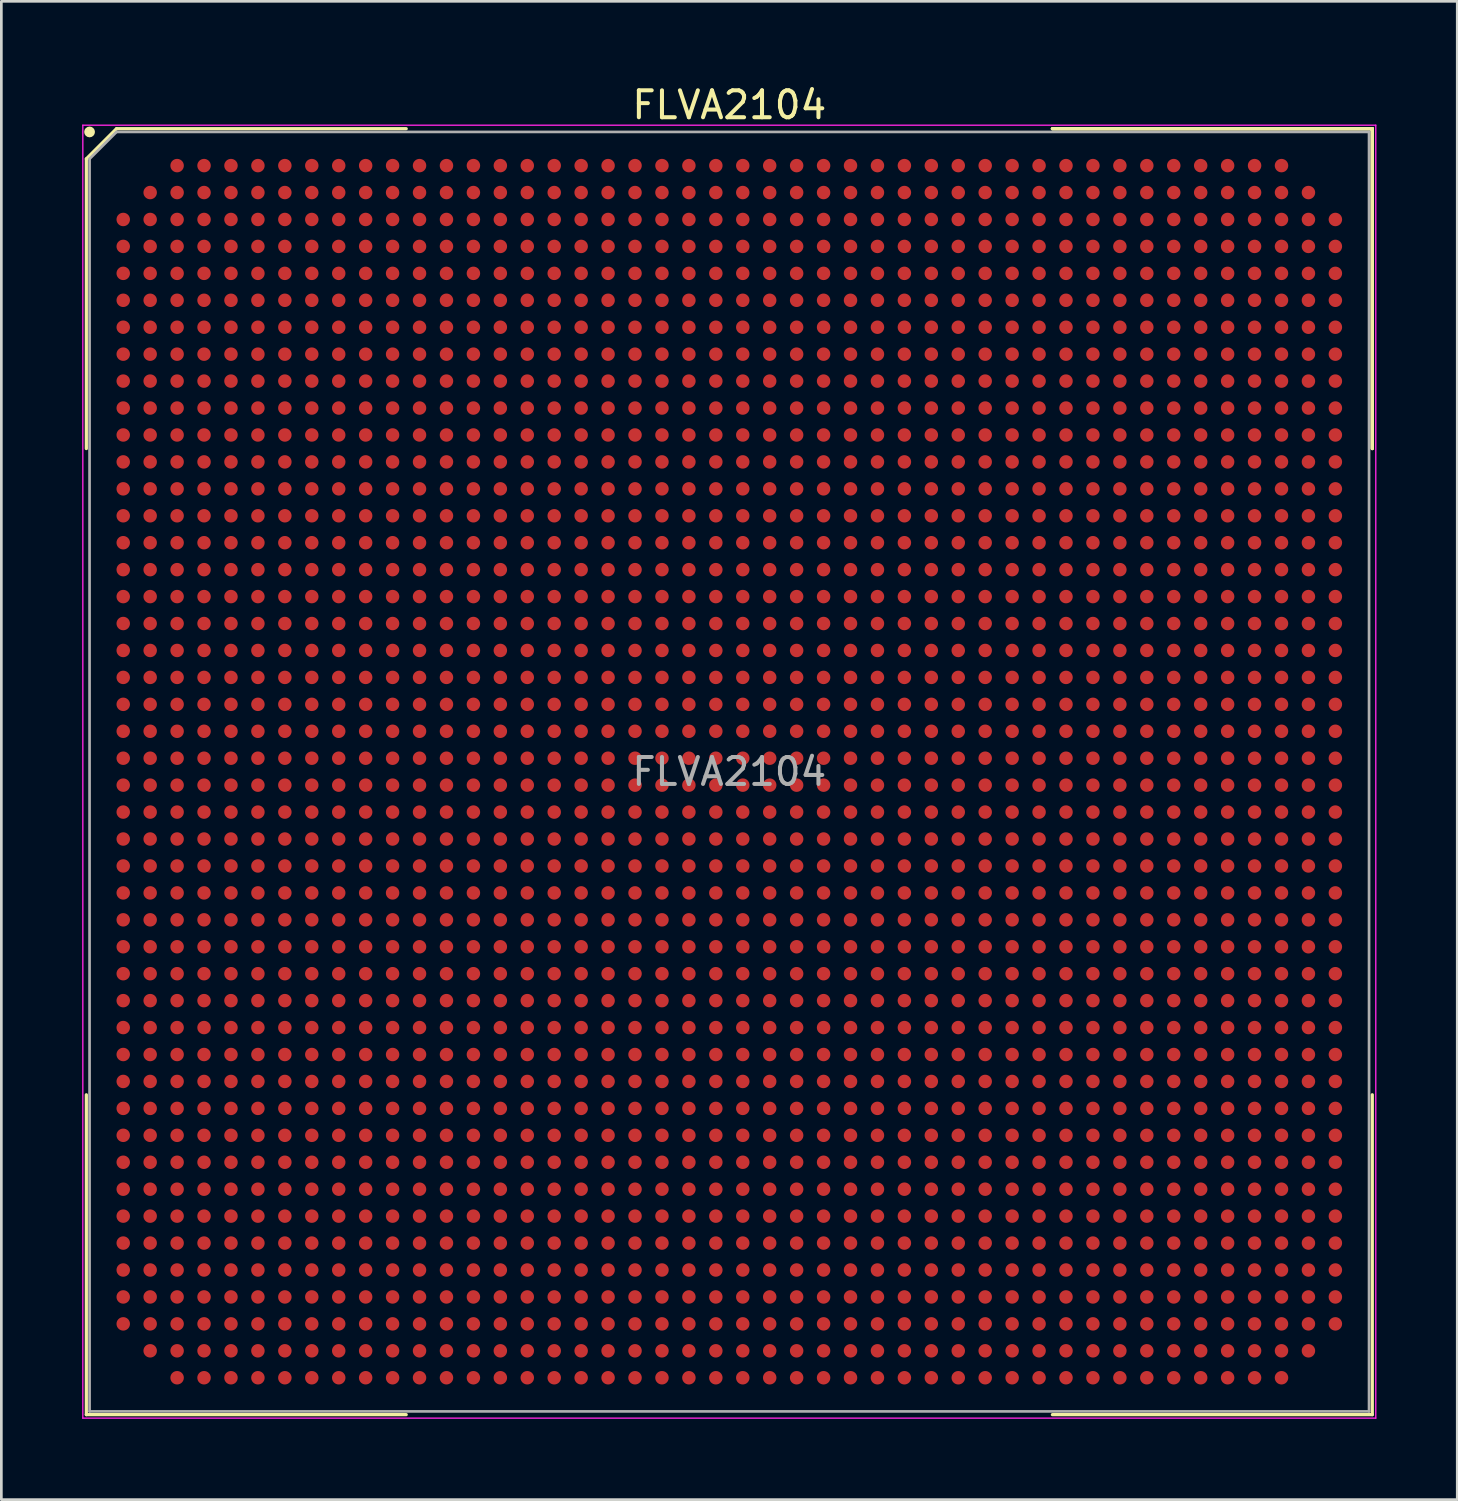
<source format=kicad_pcb>
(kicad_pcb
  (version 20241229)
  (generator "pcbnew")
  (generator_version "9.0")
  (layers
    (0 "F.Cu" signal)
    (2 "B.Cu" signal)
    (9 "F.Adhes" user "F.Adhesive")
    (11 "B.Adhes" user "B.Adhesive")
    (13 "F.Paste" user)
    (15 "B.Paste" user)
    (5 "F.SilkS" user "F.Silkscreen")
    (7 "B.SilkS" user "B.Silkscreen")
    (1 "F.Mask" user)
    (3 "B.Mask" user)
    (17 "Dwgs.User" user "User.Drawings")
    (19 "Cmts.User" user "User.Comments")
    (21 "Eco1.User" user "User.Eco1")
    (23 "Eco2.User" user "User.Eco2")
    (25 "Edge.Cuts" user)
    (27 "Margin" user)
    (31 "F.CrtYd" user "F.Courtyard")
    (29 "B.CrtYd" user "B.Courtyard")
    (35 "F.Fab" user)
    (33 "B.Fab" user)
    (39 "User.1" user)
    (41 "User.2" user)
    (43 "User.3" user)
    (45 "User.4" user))
  (footprint "FLVA2104"
    (layer "F.Cu")
    (at 24.025 25.598)
    (property "Reference" "FLVA2104" (at 0 -24.75 0) (layer "F.SilkS") (effects (font (size 1 1) (thickness 0.15))))
    (attr smd)
    (fp_line (start -23.87 -22.75) (end -23.87 -11.995) (stroke (width 0.12) (type solid)) (layer "F.SilkS"))
    (fp_line (start -23.87 23.87) (end -23.87 11.995) (stroke (width 0.12) (type solid)) (layer "F.SilkS"))
    (fp_line (start -22.75 -23.87) (end -23.87 -22.75) (stroke (width 0.12) (type solid)) (layer "F.SilkS"))
    (fp_line (start -11.995 -23.87) (end -22.75 -23.87) (stroke (width 0.12) (type solid)) (layer "F.SilkS"))
    (fp_line (start -11.995 23.87) (end -23.87 23.87) (stroke (width 0.12) (type solid)) (layer "F.SilkS"))
    (fp_line (start 11.995 -23.87) (end 23.87 -23.87) (stroke (width 0.12) (type solid)) (layer "F.SilkS"))
    (fp_line (start 11.995 -23.87) (end 23.87 -23.87) (stroke (width 0.12) (type solid)) (layer "F.SilkS"))
    (fp_line (start 11.995 -23.87) (end 23.87 -23.87) (stroke (width 0.12) (type solid)) (layer "F.SilkS"))
    (fp_line (start 11.995 23.87) (end 23.87 23.87) (stroke (width 0.12) (type solid)) (layer "F.SilkS"))
    (fp_line (start 23.87 -23.87) (end 23.87 -11.995) (stroke (width 0.12) (type solid)) (layer "F.SilkS"))
    (fp_line (start 23.87 -23.87) (end 23.87 -11.995) (stroke (width 0.12) (type solid)) (layer "F.SilkS"))
    (fp_line (start 23.87 -23.87) (end 23.87 -11.995) (stroke (width 0.12) (type solid)) (layer "F.SilkS"))
    (fp_line (start 23.87 23.87) (end 23.87 11.995) (stroke (width 0.12) (type solid)) (layer "F.SilkS"))
    (fp_circle (center -23.75 -23.75) (end -23.75 -23.65) (stroke (width 0.2) (type solid)) (fill no) (layer "F.SilkS"))
    (fp_line (start -24 -24) (end 24 -24) (stroke (width 0.05) (type solid)) (layer "F.CrtYd"))
    (fp_line (start -24 24) (end -24 -24) (stroke (width 0.05) (type solid)) (layer "F.CrtYd"))
    (fp_line (start 24 -24) (end 24 24) (stroke (width 0.05) (type solid)) (layer "F.CrtYd"))
    (fp_line (start 24 24) (end -24 24) (stroke (width 0.05) (type solid)) (layer "F.CrtYd"))
    (fp_line (start -23.75 -22.75) (end -23.75 23.75) (stroke (width 0.1) (type solid)) (layer "F.Fab"))
    (fp_line (start -23.75 23.75) (end 23.75 23.75) (stroke (width 0.1) (type solid)) (layer "F.Fab"))
    (fp_line (start -22.75 -23.75) (end -23.75 -22.75) (stroke (width 0.1) (type solid)) (layer "F.Fab"))
    (fp_line (start 23.75 -23.75) (end -22.75 -23.75) (stroke (width 0.1) (type solid)) (layer "F.Fab"))
    (fp_line (start 23.75 23.75) (end 23.75 -23.75) (stroke (width 0.1) (type solid)) (layer "F.Fab"))
    (fp_text user "${REFERENCE}" (at 0 0 0) (layer "F.Fab") (effects (font (size 1 1) (thickness 0.15))))
    (pad "A3" smd circle (at -20.5 -22.5) (size 0.5 0.5) (layers "F.Cu" "F.Mask" "F.Paste"))
    (pad "A4" smd circle (at -19.5 -22.5) (size 0.5 0.5) (layers "F.Cu" "F.Mask" "F.Paste"))
    (pad "A5" smd circle (at -18.5 -22.5) (size 0.5 0.5) (layers "F.Cu" "F.Mask" "F.Paste"))
    (pad "A6" smd circle (at -17.5 -22.5) (size 0.5 0.5) (layers "F.Cu" "F.Mask" "F.Paste"))
    (pad "A7" smd circle (at -16.5 -22.5) (size 0.5 0.5) (layers "F.Cu" "F.Mask" "F.Paste"))
    (pad "A8" smd circle (at -15.5 -22.5) (size 0.5 0.5) (layers "F.Cu" "F.Mask" "F.Paste"))
    (pad "A9" smd circle (at -14.5 -22.5) (size 0.5 0.5) (layers "F.Cu" "F.Mask" "F.Paste"))
    (pad "A10" smd circle (at -13.5 -22.5) (size 0.5 0.5) (layers "F.Cu" "F.Mask" "F.Paste"))
    (pad "A11" smd circle (at -12.5 -22.5) (size 0.5 0.5) (layers "F.Cu" "F.Mask" "F.Paste"))
    (pad "A12" smd circle (at -11.5 -22.5) (size 0.5 0.5) (layers "F.Cu" "F.Mask" "F.Paste"))
    (pad "A13" smd circle (at -10.5 -22.5) (size 0.5 0.5) (layers "F.Cu" "F.Mask" "F.Paste"))
    (pad "A14" smd circle (at -9.5 -22.5) (size 0.5 0.5) (layers "F.Cu" "F.Mask" "F.Paste"))
    (pad "A15" smd circle (at -8.5 -22.5) (size 0.5 0.5) (layers "F.Cu" "F.Mask" "F.Paste"))
    (pad "A16" smd circle (at -7.5 -22.5) (size 0.5 0.5) (layers "F.Cu" "F.Mask" "F.Paste"))
    (pad "A17" smd circle (at -6.5 -22.5) (size 0.5 0.5) (layers "F.Cu" "F.Mask" "F.Paste"))
    (pad "A18" smd circle (at -5.5 -22.5) (size 0.5 0.5) (layers "F.Cu" "F.Mask" "F.Paste"))
    (pad "A19" smd circle (at -4.5 -22.5) (size 0.5 0.5) (layers "F.Cu" "F.Mask" "F.Paste"))
    (pad "A20" smd circle (at -3.5 -22.5) (size 0.5 0.5) (layers "F.Cu" "F.Mask" "F.Paste"))
    (pad "A21" smd circle (at -2.5 -22.5) (size 0.5 0.5) (layers "F.Cu" "F.Mask" "F.Paste"))
    (pad "A22" smd circle (at -1.5 -22.5) (size 0.5 0.5) (layers "F.Cu" "F.Mask" "F.Paste"))
    (pad "A23" smd circle (at -0.5 -22.5) (size 0.5 0.5) (layers "F.Cu" "F.Mask" "F.Paste"))
    (pad "A24" smd circle (at 0.5 -22.5) (size 0.5 0.5) (layers "F.Cu" "F.Mask" "F.Paste"))
    (pad "A25" smd circle (at 1.5 -22.5) (size 0.5 0.5) (layers "F.Cu" "F.Mask" "F.Paste"))
    (pad "A26" smd circle (at 2.5 -22.5) (size 0.5 0.5) (layers "F.Cu" "F.Mask" "F.Paste"))
    (pad "A27" smd circle (at 3.5 -22.5) (size 0.5 0.5) (layers "F.Cu" "F.Mask" "F.Paste"))
    (pad "A28" smd circle (at 4.5 -22.5) (size 0.5 0.5) (layers "F.Cu" "F.Mask" "F.Paste"))
    (pad "A29" smd circle (at 5.5 -22.5) (size 0.5 0.5) (layers "F.Cu" "F.Mask" "F.Paste"))
    (pad "A30" smd circle (at 6.5 -22.5) (size 0.5 0.5) (layers "F.Cu" "F.Mask" "F.Paste"))
    (pad "A31" smd circle (at 7.5 -22.5) (size 0.5 0.5) (layers "F.Cu" "F.Mask" "F.Paste"))
    (pad "A32" smd circle (at 8.5 -22.5) (size 0.5 0.5) (layers "F.Cu" "F.Mask" "F.Paste"))
    (pad "A33" smd circle (at 9.5 -22.5) (size 0.5 0.5) (layers "F.Cu" "F.Mask" "F.Paste"))
    (pad "A34" smd circle (at 10.5 -22.5) (size 0.5 0.5) (layers "F.Cu" "F.Mask" "F.Paste"))
    (pad "A35" smd circle (at 11.5 -22.5) (size 0.5 0.5) (layers "F.Cu" "F.Mask" "F.Paste"))
    (pad "A36" smd circle (at 12.5 -22.5) (size 0.5 0.5) (layers "F.Cu" "F.Mask" "F.Paste"))
    (pad "A37" smd circle (at 13.5 -22.5) (size 0.5 0.5) (layers "F.Cu" "F.Mask" "F.Paste"))
    (pad "A38" smd circle (at 14.5 -22.5) (size 0.5 0.5) (layers "F.Cu" "F.Mask" "F.Paste"))
    (pad "A39" smd circle (at 15.5 -22.5) (size 0.5 0.5) (layers "F.Cu" "F.Mask" "F.Paste"))
    (pad "A40" smd circle (at 16.5 -22.5) (size 0.5 0.5) (layers "F.Cu" "F.Mask" "F.Paste"))
    (pad "A41" smd circle (at 17.5 -22.5) (size 0.5 0.5) (layers "F.Cu" "F.Mask" "F.Paste"))
    (pad "A42" smd circle (at 18.5 -22.5) (size 0.5 0.5) (layers "F.Cu" "F.Mask" "F.Paste"))
    (pad "A43" smd circle (at 19.5 -22.5) (size 0.5 0.5) (layers "F.Cu" "F.Mask" "F.Paste"))
    (pad "A44" smd circle (at 20.5 -22.5) (size 0.5 0.5) (layers "F.Cu" "F.Mask" "F.Paste"))
    (pad "AA1" smd circle (at -22.5 -2.5) (size 0.5 0.5) (layers "F.Cu" "F.Mask" "F.Paste"))
    (pad "AA2" smd circle (at -21.5 -2.5) (size 0.5 0.5) (layers "F.Cu" "F.Mask" "F.Paste"))
    (pad "AA3" smd circle (at -20.5 -2.5) (size 0.5 0.5) (layers "F.Cu" "F.Mask" "F.Paste"))
    (pad "AA4" smd circle (at -19.5 -2.5) (size 0.5 0.5) (layers "F.Cu" "F.Mask" "F.Paste"))
    (pad "AA5" smd circle (at -18.5 -2.5) (size 0.5 0.5) (layers "F.Cu" "F.Mask" "F.Paste"))
    (pad "AA6" smd circle (at -17.5 -2.5) (size 0.5 0.5) (layers "F.Cu" "F.Mask" "F.Paste"))
    (pad "AA7" smd circle (at -16.5 -2.5) (size 0.5 0.5) (layers "F.Cu" "F.Mask" "F.Paste"))
    (pad "AA8" smd circle (at -15.5 -2.5) (size 0.5 0.5) (layers "F.Cu" "F.Mask" "F.Paste"))
    (pad "AA9" smd circle (at -14.5 -2.5) (size 0.5 0.5) (layers "F.Cu" "F.Mask" "F.Paste"))
    (pad "AA10" smd circle (at -13.5 -2.5) (size 0.5 0.5) (layers "F.Cu" "F.Mask" "F.Paste"))
    (pad "AA11" smd circle (at -12.5 -2.5) (size 0.5 0.5) (layers "F.Cu" "F.Mask" "F.Paste"))
    (pad "AA12" smd circle (at -11.5 -2.5) (size 0.5 0.5) (layers "F.Cu" "F.Mask" "F.Paste"))
    (pad "AA13" smd circle (at -10.5 -2.5) (size 0.5 0.5) (layers "F.Cu" "F.Mask" "F.Paste"))
    (pad "AA14" smd circle (at -9.5 -2.5) (size 0.5 0.5) (layers "F.Cu" "F.Mask" "F.Paste"))
    (pad "AA15" smd circle (at -8.5 -2.5) (size 0.5 0.5) (layers "F.Cu" "F.Mask" "F.Paste"))
    (pad "AA16" smd circle (at -7.5 -2.5) (size 0.5 0.5) (layers "F.Cu" "F.Mask" "F.Paste"))
    (pad "AA17" smd circle (at -6.5 -2.5) (size 0.5 0.5) (layers "F.Cu" "F.Mask" "F.Paste"))
    (pad "AA18" smd circle (at -5.5 -2.5) (size 0.5 0.5) (layers "F.Cu" "F.Mask" "F.Paste"))
    (pad "AA19" smd circle (at -4.5 -2.5) (size 0.5 0.5) (layers "F.Cu" "F.Mask" "F.Paste"))
    (pad "AA20" smd circle (at -3.5 -2.5) (size 0.5 0.5) (layers "F.Cu" "F.Mask" "F.Paste"))
    (pad "AA21" smd circle (at -2.5 -2.5) (size 0.5 0.5) (layers "F.Cu" "F.Mask" "F.Paste"))
    (pad "AA22" smd circle (at -1.5 -2.5) (size 0.5 0.5) (layers "F.Cu" "F.Mask" "F.Paste"))
    (pad "AA23" smd circle (at -0.5 -2.5) (size 0.5 0.5) (layers "F.Cu" "F.Mask" "F.Paste"))
    (pad "AA24" smd circle (at 0.5 -2.5) (size 0.5 0.5) (layers "F.Cu" "F.Mask" "F.Paste"))
    (pad "AA25" smd circle (at 1.5 -2.5) (size 0.5 0.5) (layers "F.Cu" "F.Mask" "F.Paste"))
    (pad "AA26" smd circle (at 2.5 -2.5) (size 0.5 0.5) (layers "F.Cu" "F.Mask" "F.Paste"))
    (pad "AA27" smd circle (at 3.5 -2.5) (size 0.5 0.5) (layers "F.Cu" "F.Mask" "F.Paste"))
    (pad "AA28" smd circle (at 4.5 -2.5) (size 0.5 0.5) (layers "F.Cu" "F.Mask" "F.Paste"))
    (pad "AA29" smd circle (at 5.5 -2.5) (size 0.5 0.5) (layers "F.Cu" "F.Mask" "F.Paste"))
    (pad "AA30" smd circle (at 6.5 -2.5) (size 0.5 0.5) (layers "F.Cu" "F.Mask" "F.Paste"))
    (pad "AA31" smd circle (at 7.5 -2.5) (size 0.5 0.5) (layers "F.Cu" "F.Mask" "F.Paste"))
    (pad "AA32" smd circle (at 8.5 -2.5) (size 0.5 0.5) (layers "F.Cu" "F.Mask" "F.Paste"))
    (pad "AA33" smd circle (at 9.5 -2.5) (size 0.5 0.5) (layers "F.Cu" "F.Mask" "F.Paste"))
    (pad "AA34" smd circle (at 10.5 -2.5) (size 0.5 0.5) (layers "F.Cu" "F.Mask" "F.Paste"))
    (pad "AA35" smd circle (at 11.5 -2.5) (size 0.5 0.5) (layers "F.Cu" "F.Mask" "F.Paste"))
    (pad "AA36" smd circle (at 12.5 -2.5) (size 0.5 0.5) (layers "F.Cu" "F.Mask" "F.Paste"))
    (pad "AA37" smd circle (at 13.5 -2.5) (size 0.5 0.5) (layers "F.Cu" "F.Mask" "F.Paste"))
    (pad "AA38" smd circle (at 14.5 -2.5) (size 0.5 0.5) (layers "F.Cu" "F.Mask" "F.Paste"))
    (pad "AA39" smd circle (at 15.5 -2.5) (size 0.5 0.5) (layers "F.Cu" "F.Mask" "F.Paste"))
    (pad "AA40" smd circle (at 16.5 -2.5) (size 0.5 0.5) (layers "F.Cu" "F.Mask" "F.Paste"))
    (pad "AA41" smd circle (at 17.5 -2.5) (size 0.5 0.5) (layers "F.Cu" "F.Mask" "F.Paste"))
    (pad "AA42" smd circle (at 18.5 -2.5) (size 0.5 0.5) (layers "F.Cu" "F.Mask" "F.Paste"))
    (pad "AA43" smd circle (at 19.5 -2.5) (size 0.5 0.5) (layers "F.Cu" "F.Mask" "F.Paste"))
    (pad "AA44" smd circle (at 20.5 -2.5) (size 0.5 0.5) (layers "F.Cu" "F.Mask" "F.Paste"))
    (pad "AA45" smd circle (at 21.5 -2.5) (size 0.5 0.5) (layers "F.Cu" "F.Mask" "F.Paste"))
    (pad "AA46" smd circle (at 22.5 -2.5) (size 0.5 0.5) (layers "F.Cu" "F.Mask" "F.Paste"))
    (pad "AB1" smd circle (at -22.5 -1.5) (size 0.5 0.5) (layers "F.Cu" "F.Mask" "F.Paste"))
    (pad "AB2" smd circle (at -21.5 -1.5) (size 0.5 0.5) (layers "F.Cu" "F.Mask" "F.Paste"))
    (pad "AB3" smd circle (at -20.5 -1.5) (size 0.5 0.5) (layers "F.Cu" "F.Mask" "F.Paste"))
    (pad "AB4" smd circle (at -19.5 -1.5) (size 0.5 0.5) (layers "F.Cu" "F.Mask" "F.Paste"))
    (pad "AB5" smd circle (at -18.5 -1.5) (size 0.5 0.5) (layers "F.Cu" "F.Mask" "F.Paste"))
    (pad "AB6" smd circle (at -17.5 -1.5) (size 0.5 0.5) (layers "F.Cu" "F.Mask" "F.Paste"))
    (pad "AB7" smd circle (at -16.5 -1.5) (size 0.5 0.5) (layers "F.Cu" "F.Mask" "F.Paste"))
    (pad "AB8" smd circle (at -15.5 -1.5) (size 0.5 0.5) (layers "F.Cu" "F.Mask" "F.Paste"))
    (pad "AB9" smd circle (at -14.5 -1.5) (size 0.5 0.5) (layers "F.Cu" "F.Mask" "F.Paste"))
    (pad "AB10" smd circle (at -13.5 -1.5) (size 0.5 0.5) (layers "F.Cu" "F.Mask" "F.Paste"))
    (pad "AB11" smd circle (at -12.5 -1.5) (size 0.5 0.5) (layers "F.Cu" "F.Mask" "F.Paste"))
    (pad "AB12" smd circle (at -11.5 -1.5) (size 0.5 0.5) (layers "F.Cu" "F.Mask" "F.Paste"))
    (pad "AB13" smd circle (at -10.5 -1.5) (size 0.5 0.5) (layers "F.Cu" "F.Mask" "F.Paste"))
    (pad "AB14" smd circle (at -9.5 -1.5) (size 0.5 0.5) (layers "F.Cu" "F.Mask" "F.Paste"))
    (pad "AB15" smd circle (at -8.5 -1.5) (size 0.5 0.5) (layers "F.Cu" "F.Mask" "F.Paste"))
    (pad "AB16" smd circle (at -7.5 -1.5) (size 0.5 0.5) (layers "F.Cu" "F.Mask" "F.Paste"))
    (pad "AB17" smd circle (at -6.5 -1.5) (size 0.5 0.5) (layers "F.Cu" "F.Mask" "F.Paste"))
    (pad "AB18" smd circle (at -5.5 -1.5) (size 0.5 0.5) (layers "F.Cu" "F.Mask" "F.Paste"))
    (pad "AB19" smd circle (at -4.5 -1.5) (size 0.5 0.5) (layers "F.Cu" "F.Mask" "F.Paste"))
    (pad "AB20" smd circle (at -3.5 -1.5) (size 0.5 0.5) (layers "F.Cu" "F.Mask" "F.Paste"))
    (pad "AB21" smd circle (at -2.5 -1.5) (size 0.5 0.5) (layers "F.Cu" "F.Mask" "F.Paste"))
    (pad "AB22" smd circle (at -1.5 -1.5) (size 0.5 0.5) (layers "F.Cu" "F.Mask" "F.Paste"))
    (pad "AB23" smd circle (at -0.5 -1.5) (size 0.5 0.5) (layers "F.Cu" "F.Mask" "F.Paste"))
    (pad "AB24" smd circle (at 0.5 -1.5) (size 0.5 0.5) (layers "F.Cu" "F.Mask" "F.Paste"))
    (pad "AB25" smd circle (at 1.5 -1.5) (size 0.5 0.5) (layers "F.Cu" "F.Mask" "F.Paste"))
    (pad "AB26" smd circle (at 2.5 -1.5) (size 0.5 0.5) (layers "F.Cu" "F.Mask" "F.Paste"))
    (pad "AB27" smd circle (at 3.5 -1.5) (size 0.5 0.5) (layers "F.Cu" "F.Mask" "F.Paste"))
    (pad "AB28" smd circle (at 4.5 -1.5) (size 0.5 0.5) (layers "F.Cu" "F.Mask" "F.Paste"))
    (pad "AB29" smd circle (at 5.5 -1.5) (size 0.5 0.5) (layers "F.Cu" "F.Mask" "F.Paste"))
    (pad "AB30" smd circle (at 6.5 -1.5) (size 0.5 0.5) (layers "F.Cu" "F.Mask" "F.Paste"))
    (pad "AB31" smd circle (at 7.5 -1.5) (size 0.5 0.5) (layers "F.Cu" "F.Mask" "F.Paste"))
    (pad "AB32" smd circle (at 8.5 -1.5) (size 0.5 0.5) (layers "F.Cu" "F.Mask" "F.Paste"))
    (pad "AB33" smd circle (at 9.5 -1.5) (size 0.5 0.5) (layers "F.Cu" "F.Mask" "F.Paste"))
    (pad "AB34" smd circle (at 10.5 -1.5) (size 0.5 0.5) (layers "F.Cu" "F.Mask" "F.Paste"))
    (pad "AB35" smd circle (at 11.5 -1.5) (size 0.5 0.5) (layers "F.Cu" "F.Mask" "F.Paste"))
    (pad "AB36" smd circle (at 12.5 -1.5) (size 0.5 0.5) (layers "F.Cu" "F.Mask" "F.Paste"))
    (pad "AB37" smd circle (at 13.5 -1.5) (size 0.5 0.5) (layers "F.Cu" "F.Mask" "F.Paste"))
    (pad "AB38" smd circle (at 14.5 -1.5) (size 0.5 0.5) (layers "F.Cu" "F.Mask" "F.Paste"))
    (pad "AB39" smd circle (at 15.5 -1.5) (size 0.5 0.5) (layers "F.Cu" "F.Mask" "F.Paste"))
    (pad "AB40" smd circle (at 16.5 -1.5) (size 0.5 0.5) (layers "F.Cu" "F.Mask" "F.Paste"))
    (pad "AB41" smd circle (at 17.5 -1.5) (size 0.5 0.5) (layers "F.Cu" "F.Mask" "F.Paste"))
    (pad "AB42" smd circle (at 18.5 -1.5) (size 0.5 0.5) (layers "F.Cu" "F.Mask" "F.Paste"))
    (pad "AB43" smd circle (at 19.5 -1.5) (size 0.5 0.5) (layers "F.Cu" "F.Mask" "F.Paste"))
    (pad "AB44" smd circle (at 20.5 -1.5) (size 0.5 0.5) (layers "F.Cu" "F.Mask" "F.Paste"))
    (pad "AB45" smd circle (at 21.5 -1.5) (size 0.5 0.5) (layers "F.Cu" "F.Mask" "F.Paste"))
    (pad "AB46" smd circle (at 22.5 -1.5) (size 0.5 0.5) (layers "F.Cu" "F.Mask" "F.Paste"))
    (pad "AC1" smd circle (at -22.5 -0.5) (size 0.5 0.5) (layers "F.Cu" "F.Mask" "F.Paste"))
    (pad "AC2" smd circle (at -21.5 -0.5) (size 0.5 0.5) (layers "F.Cu" "F.Mask" "F.Paste"))
    (pad "AC3" smd circle (at -20.5 -0.5) (size 0.5 0.5) (layers "F.Cu" "F.Mask" "F.Paste"))
    (pad "AC4" smd circle (at -19.5 -0.5) (size 0.5 0.5) (layers "F.Cu" "F.Mask" "F.Paste"))
    (pad "AC5" smd circle (at -18.5 -0.5) (size 0.5 0.5) (layers "F.Cu" "F.Mask" "F.Paste"))
    (pad "AC6" smd circle (at -17.5 -0.5) (size 0.5 0.5) (layers "F.Cu" "F.Mask" "F.Paste"))
    (pad "AC7" smd circle (at -16.5 -0.5) (size 0.5 0.5) (layers "F.Cu" "F.Mask" "F.Paste"))
    (pad "AC8" smd circle (at -15.5 -0.5) (size 0.5 0.5) (layers "F.Cu" "F.Mask" "F.Paste"))
    (pad "AC9" smd circle (at -14.5 -0.5) (size 0.5 0.5) (layers "F.Cu" "F.Mask" "F.Paste"))
    (pad "AC10" smd circle (at -13.5 -0.5) (size 0.5 0.5) (layers "F.Cu" "F.Mask" "F.Paste"))
    (pad "AC11" smd circle (at -12.5 -0.5) (size 0.5 0.5) (layers "F.Cu" "F.Mask" "F.Paste"))
    (pad "AC12" smd circle (at -11.5 -0.5) (size 0.5 0.5) (layers "F.Cu" "F.Mask" "F.Paste"))
    (pad "AC13" smd circle (at -10.5 -0.5) (size 0.5 0.5) (layers "F.Cu" "F.Mask" "F.Paste"))
    (pad "AC14" smd circle (at -9.5 -0.5) (size 0.5 0.5) (layers "F.Cu" "F.Mask" "F.Paste"))
    (pad "AC15" smd circle (at -8.5 -0.5) (size 0.5 0.5) (layers "F.Cu" "F.Mask" "F.Paste"))
    (pad "AC16" smd circle (at -7.5 -0.5) (size 0.5 0.5) (layers "F.Cu" "F.Mask" "F.Paste"))
    (pad "AC17" smd circle (at -6.5 -0.5) (size 0.5 0.5) (layers "F.Cu" "F.Mask" "F.Paste"))
    (pad "AC18" smd circle (at -5.5 -0.5) (size 0.5 0.5) (layers "F.Cu" "F.Mask" "F.Paste"))
    (pad "AC19" smd circle (at -4.5 -0.5) (size 0.5 0.5) (layers "F.Cu" "F.Mask" "F.Paste"))
    (pad "AC20" smd circle (at -3.5 -0.5) (size 0.5 0.5) (layers "F.Cu" "F.Mask" "F.Paste"))
    (pad "AC21" smd circle (at -2.5 -0.5) (size 0.5 0.5) (layers "F.Cu" "F.Mask" "F.Paste"))
    (pad "AC22" smd circle (at -1.5 -0.5) (size 0.5 0.5) (layers "F.Cu" "F.Mask" "F.Paste"))
    (pad "AC23" smd circle (at -0.5 -0.5) (size 0.5 0.5) (layers "F.Cu" "F.Mask" "F.Paste"))
    (pad "AC24" smd circle (at 0.5 -0.5) (size 0.5 0.5) (layers "F.Cu" "F.Mask" "F.Paste"))
    (pad "AC25" smd circle (at 1.5 -0.5) (size 0.5 0.5) (layers "F.Cu" "F.Mask" "F.Paste"))
    (pad "AC26" smd circle (at 2.5 -0.5) (size 0.5 0.5) (layers "F.Cu" "F.Mask" "F.Paste"))
    (pad "AC27" smd circle (at 3.5 -0.5) (size 0.5 0.5) (layers "F.Cu" "F.Mask" "F.Paste"))
    (pad "AC28" smd circle (at 4.5 -0.5) (size 0.5 0.5) (layers "F.Cu" "F.Mask" "F.Paste"))
    (pad "AC29" smd circle (at 5.5 -0.5) (size 0.5 0.5) (layers "F.Cu" "F.Mask" "F.Paste"))
    (pad "AC30" smd circle (at 6.5 -0.5) (size 0.5 0.5) (layers "F.Cu" "F.Mask" "F.Paste"))
    (pad "AC31" smd circle (at 7.5 -0.5) (size 0.5 0.5) (layers "F.Cu" "F.Mask" "F.Paste"))
    (pad "AC32" smd circle (at 8.5 -0.5) (size 0.5 0.5) (layers "F.Cu" "F.Mask" "F.Paste"))
    (pad "AC33" smd circle (at 9.5 -0.5) (size 0.5 0.5) (layers "F.Cu" "F.Mask" "F.Paste"))
    (pad "AC34" smd circle (at 10.5 -0.5) (size 0.5 0.5) (layers "F.Cu" "F.Mask" "F.Paste"))
    (pad "AC35" smd circle (at 11.5 -0.5) (size 0.5 0.5) (layers "F.Cu" "F.Mask" "F.Paste"))
    (pad "AC36" smd circle (at 12.5 -0.5) (size 0.5 0.5) (layers "F.Cu" "F.Mask" "F.Paste"))
    (pad "AC37" smd circle (at 13.5 -0.5) (size 0.5 0.5) (layers "F.Cu" "F.Mask" "F.Paste"))
    (pad "AC38" smd circle (at 14.5 -0.5) (size 0.5 0.5) (layers "F.Cu" "F.Mask" "F.Paste"))
    (pad "AC39" smd circle (at 15.5 -0.5) (size 0.5 0.5) (layers "F.Cu" "F.Mask" "F.Paste"))
    (pad "AC40" smd circle (at 16.5 -0.5) (size 0.5 0.5) (layers "F.Cu" "F.Mask" "F.Paste"))
    (pad "AC41" smd circle (at 17.5 -0.5) (size 0.5 0.5) (layers "F.Cu" "F.Mask" "F.Paste"))
    (pad "AC42" smd circle (at 18.5 -0.5) (size 0.5 0.5) (layers "F.Cu" "F.Mask" "F.Paste"))
    (pad "AC43" smd circle (at 19.5 -0.5) (size 0.5 0.5) (layers "F.Cu" "F.Mask" "F.Paste"))
    (pad "AC44" smd circle (at 20.5 -0.5) (size 0.5 0.5) (layers "F.Cu" "F.Mask" "F.Paste"))
    (pad "AC45" smd circle (at 21.5 -0.5) (size 0.5 0.5) (layers "F.Cu" "F.Mask" "F.Paste"))
    (pad "AC46" smd circle (at 22.5 -0.5) (size 0.5 0.5) (layers "F.Cu" "F.Mask" "F.Paste"))
    (pad "AD1" smd circle (at -22.5 0.5) (size 0.5 0.5) (layers "F.Cu" "F.Mask" "F.Paste"))
    (pad "AD2" smd circle (at -21.5 0.5) (size 0.5 0.5) (layers "F.Cu" "F.Mask" "F.Paste"))
    (pad "AD3" smd circle (at -20.5 0.5) (size 0.5 0.5) (layers "F.Cu" "F.Mask" "F.Paste"))
    (pad "AD4" smd circle (at -19.5 0.5) (size 0.5 0.5) (layers "F.Cu" "F.Mask" "F.Paste"))
    (pad "AD5" smd circle (at -18.5 0.5) (size 0.5 0.5) (layers "F.Cu" "F.Mask" "F.Paste"))
    (pad "AD6" smd circle (at -17.5 0.5) (size 0.5 0.5) (layers "F.Cu" "F.Mask" "F.Paste"))
    (pad "AD7" smd circle (at -16.5 0.5) (size 0.5 0.5) (layers "F.Cu" "F.Mask" "F.Paste"))
    (pad "AD8" smd circle (at -15.5 0.5) (size 0.5 0.5) (layers "F.Cu" "F.Mask" "F.Paste"))
    (pad "AD9" smd circle (at -14.5 0.5) (size 0.5 0.5) (layers "F.Cu" "F.Mask" "F.Paste"))
    (pad "AD10" smd circle (at -13.5 0.5) (size 0.5 0.5) (layers "F.Cu" "F.Mask" "F.Paste"))
    (pad "AD11" smd circle (at -12.5 0.5) (size 0.5 0.5) (layers "F.Cu" "F.Mask" "F.Paste"))
    (pad "AD12" smd circle (at -11.5 0.5) (size 0.5 0.5) (layers "F.Cu" "F.Mask" "F.Paste"))
    (pad "AD13" smd circle (at -10.5 0.5) (size 0.5 0.5) (layers "F.Cu" "F.Mask" "F.Paste"))
    (pad "AD14" smd circle (at -9.5 0.5) (size 0.5 0.5) (layers "F.Cu" "F.Mask" "F.Paste"))
    (pad "AD15" smd circle (at -8.5 0.5) (size 0.5 0.5) (layers "F.Cu" "F.Mask" "F.Paste"))
    (pad "AD16" smd circle (at -7.5 0.5) (size 0.5 0.5) (layers "F.Cu" "F.Mask" "F.Paste"))
    (pad "AD17" smd circle (at -6.5 0.5) (size 0.5 0.5) (layers "F.Cu" "F.Mask" "F.Paste"))
    (pad "AD18" smd circle (at -5.5 0.5) (size 0.5 0.5) (layers "F.Cu" "F.Mask" "F.Paste"))
    (pad "AD19" smd circle (at -4.5 0.5) (size 0.5 0.5) (layers "F.Cu" "F.Mask" "F.Paste"))
    (pad "AD20" smd circle (at -3.5 0.5) (size 0.5 0.5) (layers "F.Cu" "F.Mask" "F.Paste"))
    (pad "AD21" smd circle (at -2.5 0.5) (size 0.5 0.5) (layers "F.Cu" "F.Mask" "F.Paste"))
    (pad "AD22" smd circle (at -1.5 0.5) (size 0.5 0.5) (layers "F.Cu" "F.Mask" "F.Paste"))
    (pad "AD23" smd circle (at -0.5 0.5) (size 0.5 0.5) (layers "F.Cu" "F.Mask" "F.Paste"))
    (pad "AD24" smd circle (at 0.5 0.5) (size 0.5 0.5) (layers "F.Cu" "F.Mask" "F.Paste"))
    (pad "AD25" smd circle (at 1.5 0.5) (size 0.5 0.5) (layers "F.Cu" "F.Mask" "F.Paste"))
    (pad "AD26" smd circle (at 2.5 0.5) (size 0.5 0.5) (layers "F.Cu" "F.Mask" "F.Paste"))
    (pad "AD27" smd circle (at 3.5 0.5) (size 0.5 0.5) (layers "F.Cu" "F.Mask" "F.Paste"))
    (pad "AD28" smd circle (at 4.5 0.5) (size 0.5 0.5) (layers "F.Cu" "F.Mask" "F.Paste"))
    (pad "AD29" smd circle (at 5.5 0.5) (size 0.5 0.5) (layers "F.Cu" "F.Mask" "F.Paste"))
    (pad "AD30" smd circle (at 6.5 0.5) (size 0.5 0.5) (layers "F.Cu" "F.Mask" "F.Paste"))
    (pad "AD31" smd circle (at 7.5 0.5) (size 0.5 0.5) (layers "F.Cu" "F.Mask" "F.Paste"))
    (pad "AD32" smd circle (at 8.5 0.5) (size 0.5 0.5) (layers "F.Cu" "F.Mask" "F.Paste"))
    (pad "AD33" smd circle (at 9.5 0.5) (size 0.5 0.5) (layers "F.Cu" "F.Mask" "F.Paste"))
    (pad "AD34" smd circle (at 10.5 0.5) (size 0.5 0.5) (layers "F.Cu" "F.Mask" "F.Paste"))
    (pad "AD35" smd circle (at 11.5 0.5) (size 0.5 0.5) (layers "F.Cu" "F.Mask" "F.Paste"))
    (pad "AD36" smd circle (at 12.5 0.5) (size 0.5 0.5) (layers "F.Cu" "F.Mask" "F.Paste"))
    (pad "AD37" smd circle (at 13.5 0.5) (size 0.5 0.5) (layers "F.Cu" "F.Mask" "F.Paste"))
    (pad "AD38" smd circle (at 14.5 0.5) (size 0.5 0.5) (layers "F.Cu" "F.Mask" "F.Paste"))
    (pad "AD39" smd circle (at 15.5 0.5) (size 0.5 0.5) (layers "F.Cu" "F.Mask" "F.Paste"))
    (pad "AD40" smd circle (at 16.5 0.5) (size 0.5 0.5) (layers "F.Cu" "F.Mask" "F.Paste"))
    (pad "AD41" smd circle (at 17.5 0.5) (size 0.5 0.5) (layers "F.Cu" "F.Mask" "F.Paste"))
    (pad "AD42" smd circle (at 18.5 0.5) (size 0.5 0.5) (layers "F.Cu" "F.Mask" "F.Paste"))
    (pad "AD43" smd circle (at 19.5 0.5) (size 0.5 0.5) (layers "F.Cu" "F.Mask" "F.Paste"))
    (pad "AD44" smd circle (at 20.5 0.5) (size 0.5 0.5) (layers "F.Cu" "F.Mask" "F.Paste"))
    (pad "AD45" smd circle (at 21.5 0.5) (size 0.5 0.5) (layers "F.Cu" "F.Mask" "F.Paste"))
    (pad "AD46" smd circle (at 22.5 0.5) (size 0.5 0.5) (layers "F.Cu" "F.Mask" "F.Paste"))
    (pad "AE1" smd circle (at -22.5 1.5) (size 0.5 0.5) (layers "F.Cu" "F.Mask" "F.Paste"))
    (pad "AE2" smd circle (at -21.5 1.5) (size 0.5 0.5) (layers "F.Cu" "F.Mask" "F.Paste"))
    (pad "AE3" smd circle (at -20.5 1.5) (size 0.5 0.5) (layers "F.Cu" "F.Mask" "F.Paste"))
    (pad "AE4" smd circle (at -19.5 1.5) (size 0.5 0.5) (layers "F.Cu" "F.Mask" "F.Paste"))
    (pad "AE5" smd circle (at -18.5 1.5) (size 0.5 0.5) (layers "F.Cu" "F.Mask" "F.Paste"))
    (pad "AE6" smd circle (at -17.5 1.5) (size 0.5 0.5) (layers "F.Cu" "F.Mask" "F.Paste"))
    (pad "AE7" smd circle (at -16.5 1.5) (size 0.5 0.5) (layers "F.Cu" "F.Mask" "F.Paste"))
    (pad "AE8" smd circle (at -15.5 1.5) (size 0.5 0.5) (layers "F.Cu" "F.Mask" "F.Paste"))
    (pad "AE9" smd circle (at -14.5 1.5) (size 0.5 0.5) (layers "F.Cu" "F.Mask" "F.Paste"))
    (pad "AE10" smd circle (at -13.5 1.5) (size 0.5 0.5) (layers "F.Cu" "F.Mask" "F.Paste"))
    (pad "AE11" smd circle (at -12.5 1.5) (size 0.5 0.5) (layers "F.Cu" "F.Mask" "F.Paste"))
    (pad "AE12" smd circle (at -11.5 1.5) (size 0.5 0.5) (layers "F.Cu" "F.Mask" "F.Paste"))
    (pad "AE13" smd circle (at -10.5 1.5) (size 0.5 0.5) (layers "F.Cu" "F.Mask" "F.Paste"))
    (pad "AE14" smd circle (at -9.5 1.5) (size 0.5 0.5) (layers "F.Cu" "F.Mask" "F.Paste"))
    (pad "AE15" smd circle (at -8.5 1.5) (size 0.5 0.5) (layers "F.Cu" "F.Mask" "F.Paste"))
    (pad "AE16" smd circle (at -7.5 1.5) (size 0.5 0.5) (layers "F.Cu" "F.Mask" "F.Paste"))
    (pad "AE17" smd circle (at -6.5 1.5) (size 0.5 0.5) (layers "F.Cu" "F.Mask" "F.Paste"))
    (pad "AE18" smd circle (at -5.5 1.5) (size 0.5 0.5) (layers "F.Cu" "F.Mask" "F.Paste"))
    (pad "AE19" smd circle (at -4.5 1.5) (size 0.5 0.5) (layers "F.Cu" "F.Mask" "F.Paste"))
    (pad "AE20" smd circle (at -3.5 1.5) (size 0.5 0.5) (layers "F.Cu" "F.Mask" "F.Paste"))
    (pad "AE21" smd circle (at -2.5 1.5) (size 0.5 0.5) (layers "F.Cu" "F.Mask" "F.Paste"))
    (pad "AE22" smd circle (at -1.5 1.5) (size 0.5 0.5) (layers "F.Cu" "F.Mask" "F.Paste"))
    (pad "AE23" smd circle (at -0.5 1.5) (size 0.5 0.5) (layers "F.Cu" "F.Mask" "F.Paste"))
    (pad "AE24" smd circle (at 0.5 1.5) (size 0.5 0.5) (layers "F.Cu" "F.Mask" "F.Paste"))
    (pad "AE25" smd circle (at 1.5 1.5) (size 0.5 0.5) (layers "F.Cu" "F.Mask" "F.Paste"))
    (pad "AE26" smd circle (at 2.5 1.5) (size 0.5 0.5) (layers "F.Cu" "F.Mask" "F.Paste"))
    (pad "AE27" smd circle (at 3.5 1.5) (size 0.5 0.5) (layers "F.Cu" "F.Mask" "F.Paste"))
    (pad "AE28" smd circle (at 4.5 1.5) (size 0.5 0.5) (layers "F.Cu" "F.Mask" "F.Paste"))
    (pad "AE29" smd circle (at 5.5 1.5) (size 0.5 0.5) (layers "F.Cu" "F.Mask" "F.Paste"))
    (pad "AE30" smd circle (at 6.5 1.5) (size 0.5 0.5) (layers "F.Cu" "F.Mask" "F.Paste"))
    (pad "AE31" smd circle (at 7.5 1.5) (size 0.5 0.5) (layers "F.Cu" "F.Mask" "F.Paste"))
    (pad "AE32" smd circle (at 8.5 1.5) (size 0.5 0.5) (layers "F.Cu" "F.Mask" "F.Paste"))
    (pad "AE33" smd circle (at 9.5 1.5) (size 0.5 0.5) (layers "F.Cu" "F.Mask" "F.Paste"))
    (pad "AE34" smd circle (at 10.5 1.5) (size 0.5 0.5) (layers "F.Cu" "F.Mask" "F.Paste"))
    (pad "AE35" smd circle (at 11.5 1.5) (size 0.5 0.5) (layers "F.Cu" "F.Mask" "F.Paste"))
    (pad "AE36" smd circle (at 12.5 1.5) (size 0.5 0.5) (layers "F.Cu" "F.Mask" "F.Paste"))
    (pad "AE37" smd circle (at 13.5 1.5) (size 0.5 0.5) (layers "F.Cu" "F.Mask" "F.Paste"))
    (pad "AE38" smd circle (at 14.5 1.5) (size 0.5 0.5) (layers "F.Cu" "F.Mask" "F.Paste"))
    (pad "AE39" smd circle (at 15.5 1.5) (size 0.5 0.5) (layers "F.Cu" "F.Mask" "F.Paste"))
    (pad "AE40" smd circle (at 16.5 1.5) (size 0.5 0.5) (layers "F.Cu" "F.Mask" "F.Paste"))
    (pad "AE41" smd circle (at 17.5 1.5) (size 0.5 0.5) (layers "F.Cu" "F.Mask" "F.Paste"))
    (pad "AE42" smd circle (at 18.5 1.5) (size 0.5 0.5) (layers "F.Cu" "F.Mask" "F.Paste"))
    (pad "AE43" smd circle (at 19.5 1.5) (size 0.5 0.5) (layers "F.Cu" "F.Mask" "F.Paste"))
    (pad "AE44" smd circle (at 20.5 1.5) (size 0.5 0.5) (layers "F.Cu" "F.Mask" "F.Paste"))
    (pad "AE45" smd circle (at 21.5 1.5) (size 0.5 0.5) (layers "F.Cu" "F.Mask" "F.Paste"))
    (pad "AE46" smd circle (at 22.5 1.5) (size 0.5 0.5) (layers "F.Cu" "F.Mask" "F.Paste"))
    (pad "AF1" smd circle (at -22.5 2.5) (size 0.5 0.5) (layers "F.Cu" "F.Mask" "F.Paste"))
    (pad "AF2" smd circle (at -21.5 2.5) (size 0.5 0.5) (layers "F.Cu" "F.Mask" "F.Paste"))
    (pad "AF3" smd circle (at -20.5 2.5) (size 0.5 0.5) (layers "F.Cu" "F.Mask" "F.Paste"))
    (pad "AF4" smd circle (at -19.5 2.5) (size 0.5 0.5) (layers "F.Cu" "F.Mask" "F.Paste"))
    (pad "AF5" smd circle (at -18.5 2.5) (size 0.5 0.5) (layers "F.Cu" "F.Mask" "F.Paste"))
    (pad "AF6" smd circle (at -17.5 2.5) (size 0.5 0.5) (layers "F.Cu" "F.Mask" "F.Paste"))
    (pad "AF7" smd circle (at -16.5 2.5) (size 0.5 0.5) (layers "F.Cu" "F.Mask" "F.Paste"))
    (pad "AF8" smd circle (at -15.5 2.5) (size 0.5 0.5) (layers "F.Cu" "F.Mask" "F.Paste"))
    (pad "AF9" smd circle (at -14.5 2.5) (size 0.5 0.5) (layers "F.Cu" "F.Mask" "F.Paste"))
    (pad "AF10" smd circle (at -13.5 2.5) (size 0.5 0.5) (layers "F.Cu" "F.Mask" "F.Paste"))
    (pad "AF11" smd circle (at -12.5 2.5) (size 0.5 0.5) (layers "F.Cu" "F.Mask" "F.Paste"))
    (pad "AF12" smd circle (at -11.5 2.5) (size 0.5 0.5) (layers "F.Cu" "F.Mask" "F.Paste"))
    (pad "AF13" smd circle (at -10.5 2.5) (size 0.5 0.5) (layers "F.Cu" "F.Mask" "F.Paste"))
    (pad "AF14" smd circle (at -9.5 2.5) (size 0.5 0.5) (layers "F.Cu" "F.Mask" "F.Paste"))
    (pad "AF15" smd circle (at -8.5 2.5) (size 0.5 0.5) (layers "F.Cu" "F.Mask" "F.Paste"))
    (pad "AF16" smd circle (at -7.5 2.5) (size 0.5 0.5) (layers "F.Cu" "F.Mask" "F.Paste"))
    (pad "AF17" smd circle (at -6.5 2.5) (size 0.5 0.5) (layers "F.Cu" "F.Mask" "F.Paste"))
    (pad "AF18" smd circle (at -5.5 2.5) (size 0.5 0.5) (layers "F.Cu" "F.Mask" "F.Paste"))
    (pad "AF19" smd circle (at -4.5 2.5) (size 0.5 0.5) (layers "F.Cu" "F.Mask" "F.Paste"))
    (pad "AF20" smd circle (at -3.5 2.5) (size 0.5 0.5) (layers "F.Cu" "F.Mask" "F.Paste"))
    (pad "AF21" smd circle (at -2.5 2.5) (size 0.5 0.5) (layers "F.Cu" "F.Mask" "F.Paste"))
    (pad "AF22" smd circle (at -1.5 2.5) (size 0.5 0.5) (layers "F.Cu" "F.Mask" "F.Paste"))
    (pad "AF23" smd circle (at -0.5 2.5) (size 0.5 0.5) (layers "F.Cu" "F.Mask" "F.Paste"))
    (pad "AF24" smd circle (at 0.5 2.5) (size 0.5 0.5) (layers "F.Cu" "F.Mask" "F.Paste"))
    (pad "AF25" smd circle (at 1.5 2.5) (size 0.5 0.5) (layers "F.Cu" "F.Mask" "F.Paste"))
    (pad "AF26" smd circle (at 2.5 2.5) (size 0.5 0.5) (layers "F.Cu" "F.Mask" "F.Paste"))
    (pad "AF27" smd circle (at 3.5 2.5) (size 0.5 0.5) (layers "F.Cu" "F.Mask" "F.Paste"))
    (pad "AF28" smd circle (at 4.5 2.5) (size 0.5 0.5) (layers "F.Cu" "F.Mask" "F.Paste"))
    (pad "AF29" smd circle (at 5.5 2.5) (size 0.5 0.5) (layers "F.Cu" "F.Mask" "F.Paste"))
    (pad "AF30" smd circle (at 6.5 2.5) (size 0.5 0.5) (layers "F.Cu" "F.Mask" "F.Paste"))
    (pad "AF31" smd circle (at 7.5 2.5) (size 0.5 0.5) (layers "F.Cu" "F.Mask" "F.Paste"))
    (pad "AF32" smd circle (at 8.5 2.5) (size 0.5 0.5) (layers "F.Cu" "F.Mask" "F.Paste"))
    (pad "AF33" smd circle (at 9.5 2.5) (size 0.5 0.5) (layers "F.Cu" "F.Mask" "F.Paste"))
    (pad "AF34" smd circle (at 10.5 2.5) (size 0.5 0.5) (layers "F.Cu" "F.Mask" "F.Paste"))
    (pad "AF35" smd circle (at 11.5 2.5) (size 0.5 0.5) (layers "F.Cu" "F.Mask" "F.Paste"))
    (pad "AF36" smd circle (at 12.5 2.5) (size 0.5 0.5) (layers "F.Cu" "F.Mask" "F.Paste"))
    (pad "AF37" smd circle (at 13.5 2.5) (size 0.5 0.5) (layers "F.Cu" "F.Mask" "F.Paste"))
    (pad "AF38" smd circle (at 14.5 2.5) (size 0.5 0.5) (layers "F.Cu" "F.Mask" "F.Paste"))
    (pad "AF39" smd circle (at 15.5 2.5) (size 0.5 0.5) (layers "F.Cu" "F.Mask" "F.Paste"))
    (pad "AF40" smd circle (at 16.5 2.5) (size 0.5 0.5) (layers "F.Cu" "F.Mask" "F.Paste"))
    (pad "AF41" smd circle (at 17.5 2.5) (size 0.5 0.5) (layers "F.Cu" "F.Mask" "F.Paste"))
    (pad "AF42" smd circle (at 18.5 2.5) (size 0.5 0.5) (layers "F.Cu" "F.Mask" "F.Paste"))
    (pad "AF43" smd circle (at 19.5 2.5) (size 0.5 0.5) (layers "F.Cu" "F.Mask" "F.Paste"))
    (pad "AF44" smd circle (at 20.5 2.5) (size 0.5 0.5) (layers "F.Cu" "F.Mask" "F.Paste"))
    (pad "AF45" smd circle (at 21.5 2.5) (size 0.5 0.5) (layers "F.Cu" "F.Mask" "F.Paste"))
    (pad "AF46" smd circle (at 22.5 2.5) (size 0.5 0.5) (layers "F.Cu" "F.Mask" "F.Paste"))
    (pad "AG1" smd circle (at -22.5 3.5) (size 0.5 0.5) (layers "F.Cu" "F.Mask" "F.Paste"))
    (pad "AG2" smd circle (at -21.5 3.5) (size 0.5 0.5) (layers "F.Cu" "F.Mask" "F.Paste"))
    (pad "AG3" smd circle (at -20.5 3.5) (size 0.5 0.5) (layers "F.Cu" "F.Mask" "F.Paste"))
    (pad "AG4" smd circle (at -19.5 3.5) (size 0.5 0.5) (layers "F.Cu" "F.Mask" "F.Paste"))
    (pad "AG5" smd circle (at -18.5 3.5) (size 0.5 0.5) (layers "F.Cu" "F.Mask" "F.Paste"))
    (pad "AG6" smd circle (at -17.5 3.5) (size 0.5 0.5) (layers "F.Cu" "F.Mask" "F.Paste"))
    (pad "AG7" smd circle (at -16.5 3.5) (size 0.5 0.5) (layers "F.Cu" "F.Mask" "F.Paste"))
    (pad "AG8" smd circle (at -15.5 3.5) (size 0.5 0.5) (layers "F.Cu" "F.Mask" "F.Paste"))
    (pad "AG9" smd circle (at -14.5 3.5) (size 0.5 0.5) (layers "F.Cu" "F.Mask" "F.Paste"))
    (pad "AG10" smd circle (at -13.5 3.5) (size 0.5 0.5) (layers "F.Cu" "F.Mask" "F.Paste"))
    (pad "AG11" smd circle (at -12.5 3.5) (size 0.5 0.5) (layers "F.Cu" "F.Mask" "F.Paste"))
    (pad "AG12" smd circle (at -11.5 3.5) (size 0.5 0.5) (layers "F.Cu" "F.Mask" "F.Paste"))
    (pad "AG13" smd circle (at -10.5 3.5) (size 0.5 0.5) (layers "F.Cu" "F.Mask" "F.Paste"))
    (pad "AG14" smd circle (at -9.5 3.5) (size 0.5 0.5) (layers "F.Cu" "F.Mask" "F.Paste"))
    (pad "AG15" smd circle (at -8.5 3.5) (size 0.5 0.5) (layers "F.Cu" "F.Mask" "F.Paste"))
    (pad "AG16" smd circle (at -7.5 3.5) (size 0.5 0.5) (layers "F.Cu" "F.Mask" "F.Paste"))
    (pad "AG17" smd circle (at -6.5 3.5) (size 0.5 0.5) (layers "F.Cu" "F.Mask" "F.Paste"))
    (pad "AG18" smd circle (at -5.5 3.5) (size 0.5 0.5) (layers "F.Cu" "F.Mask" "F.Paste"))
    (pad "AG19" smd circle (at -4.5 3.5) (size 0.5 0.5) (layers "F.Cu" "F.Mask" "F.Paste"))
    (pad "AG20" smd circle (at -3.5 3.5) (size 0.5 0.5) (layers "F.Cu" "F.Mask" "F.Paste"))
    (pad "AG21" smd circle (at -2.5 3.5) (size 0.5 0.5) (layers "F.Cu" "F.Mask" "F.Paste"))
    (pad "AG22" smd circle (at -1.5 3.5) (size 0.5 0.5) (layers "F.Cu" "F.Mask" "F.Paste"))
    (pad "AG23" smd circle (at -0.5 3.5) (size 0.5 0.5) (layers "F.Cu" "F.Mask" "F.Paste"))
    (pad "AG24" smd circle (at 0.5 3.5) (size 0.5 0.5) (layers "F.Cu" "F.Mask" "F.Paste"))
    (pad "AG25" smd circle (at 1.5 3.5) (size 0.5 0.5) (layers "F.Cu" "F.Mask" "F.Paste"))
    (pad "AG26" smd circle (at 2.5 3.5) (size 0.5 0.5) (layers "F.Cu" "F.Mask" "F.Paste"))
    (pad "AG27" smd circle (at 3.5 3.5) (size 0.5 0.5) (layers "F.Cu" "F.Mask" "F.Paste"))
    (pad "AG28" smd circle (at 4.5 3.5) (size 0.5 0.5) (layers "F.Cu" "F.Mask" "F.Paste"))
    (pad "AG29" smd circle (at 5.5 3.5) (size 0.5 0.5) (layers "F.Cu" "F.Mask" "F.Paste"))
    (pad "AG30" smd circle (at 6.5 3.5) (size 0.5 0.5) (layers "F.Cu" "F.Mask" "F.Paste"))
    (pad "AG31" smd circle (at 7.5 3.5) (size 0.5 0.5) (layers "F.Cu" "F.Mask" "F.Paste"))
    (pad "AG32" smd circle (at 8.5 3.5) (size 0.5 0.5) (layers "F.Cu" "F.Mask" "F.Paste"))
    (pad "AG33" smd circle (at 9.5 3.5) (size 0.5 0.5) (layers "F.Cu" "F.Mask" "F.Paste"))
    (pad "AG34" smd circle (at 10.5 3.5) (size 0.5 0.5) (layers "F.Cu" "F.Mask" "F.Paste"))
    (pad "AG35" smd circle (at 11.5 3.5) (size 0.5 0.5) (layers "F.Cu" "F.Mask" "F.Paste"))
    (pad "AG36" smd circle (at 12.5 3.5) (size 0.5 0.5) (layers "F.Cu" "F.Mask" "F.Paste"))
    (pad "AG37" smd circle (at 13.5 3.5) (size 0.5 0.5) (layers "F.Cu" "F.Mask" "F.Paste"))
    (pad "AG38" smd circle (at 14.5 3.5) (size 0.5 0.5) (layers "F.Cu" "F.Mask" "F.Paste"))
    (pad "AG39" smd circle (at 15.5 3.5) (size 0.5 0.5) (layers "F.Cu" "F.Mask" "F.Paste"))
    (pad "AG40" smd circle (at 16.5 3.5) (size 0.5 0.5) (layers "F.Cu" "F.Mask" "F.Paste"))
    (pad "AG41" smd circle (at 17.5 3.5) (size 0.5 0.5) (layers "F.Cu" "F.Mask" "F.Paste"))
    (pad "AG42" smd circle (at 18.5 3.5) (size 0.5 0.5) (layers "F.Cu" "F.Mask" "F.Paste"))
    (pad "AG43" smd circle (at 19.5 3.5) (size 0.5 0.5) (layers "F.Cu" "F.Mask" "F.Paste"))
    (pad "AG44" smd circle (at 20.5 3.5) (size 0.5 0.5) (layers "F.Cu" "F.Mask" "F.Paste"))
    (pad "AG45" smd circle (at 21.5 3.5) (size 0.5 0.5) (layers "F.Cu" "F.Mask" "F.Paste"))
    (pad "AG46" smd circle (at 22.5 3.5) (size 0.5 0.5) (layers "F.Cu" "F.Mask" "F.Paste"))
    (pad "AH1" smd circle (at -22.5 4.5) (size 0.5 0.5) (layers "F.Cu" "F.Mask" "F.Paste"))
    (pad "AH2" smd circle (at -21.5 4.5) (size 0.5 0.5) (layers "F.Cu" "F.Mask" "F.Paste"))
    (pad "AH3" smd circle (at -20.5 4.5) (size 0.5 0.5) (layers "F.Cu" "F.Mask" "F.Paste"))
    (pad "AH4" smd circle (at -19.5 4.5) (size 0.5 0.5) (layers "F.Cu" "F.Mask" "F.Paste"))
    (pad "AH5" smd circle (at -18.5 4.5) (size 0.5 0.5) (layers "F.Cu" "F.Mask" "F.Paste"))
    (pad "AH6" smd circle (at -17.5 4.5) (size 0.5 0.5) (layers "F.Cu" "F.Mask" "F.Paste"))
    (pad "AH7" smd circle (at -16.5 4.5) (size 0.5 0.5) (layers "F.Cu" "F.Mask" "F.Paste"))
    (pad "AH8" smd circle (at -15.5 4.5) (size 0.5 0.5) (layers "F.Cu" "F.Mask" "F.Paste"))
    (pad "AH9" smd circle (at -14.5 4.5) (size 0.5 0.5) (layers "F.Cu" "F.Mask" "F.Paste"))
    (pad "AH10" smd circle (at -13.5 4.5) (size 0.5 0.5) (layers "F.Cu" "F.Mask" "F.Paste"))
    (pad "AH11" smd circle (at -12.5 4.5) (size 0.5 0.5) (layers "F.Cu" "F.Mask" "F.Paste"))
    (pad "AH12" smd circle (at -11.5 4.5) (size 0.5 0.5) (layers "F.Cu" "F.Mask" "F.Paste"))
    (pad "AH13" smd circle (at -10.5 4.5) (size 0.5 0.5) (layers "F.Cu" "F.Mask" "F.Paste"))
    (pad "AH14" smd circle (at -9.5 4.5) (size 0.5 0.5) (layers "F.Cu" "F.Mask" "F.Paste"))
    (pad "AH15" smd circle (at -8.5 4.5) (size 0.5 0.5) (layers "F.Cu" "F.Mask" "F.Paste"))
    (pad "AH16" smd circle (at -7.5 4.5) (size 0.5 0.5) (layers "F.Cu" "F.Mask" "F.Paste"))
    (pad "AH17" smd circle (at -6.5 4.5) (size 0.5 0.5) (layers "F.Cu" "F.Mask" "F.Paste"))
    (pad "AH18" smd circle (at -5.5 4.5) (size 0.5 0.5) (layers "F.Cu" "F.Mask" "F.Paste"))
    (pad "AH19" smd circle (at -4.5 4.5) (size 0.5 0.5) (layers "F.Cu" "F.Mask" "F.Paste"))
    (pad "AH20" smd circle (at -3.5 4.5) (size 0.5 0.5) (layers "F.Cu" "F.Mask" "F.Paste"))
    (pad "AH21" smd circle (at -2.5 4.5) (size 0.5 0.5) (layers "F.Cu" "F.Mask" "F.Paste"))
    (pad "AH22" smd circle (at -1.5 4.5) (size 0.5 0.5) (layers "F.Cu" "F.Mask" "F.Paste"))
    (pad "AH23" smd circle (at -0.5 4.5) (size 0.5 0.5) (layers "F.Cu" "F.Mask" "F.Paste"))
    (pad "AH24" smd circle (at 0.5 4.5) (size 0.5 0.5) (layers "F.Cu" "F.Mask" "F.Paste"))
    (pad "AH25" smd circle (at 1.5 4.5) (size 0.5 0.5) (layers "F.Cu" "F.Mask" "F.Paste"))
    (pad "AH26" smd circle (at 2.5 4.5) (size 0.5 0.5) (layers "F.Cu" "F.Mask" "F.Paste"))
    (pad "AH27" smd circle (at 3.5 4.5) (size 0.5 0.5) (layers "F.Cu" "F.Mask" "F.Paste"))
    (pad "AH28" smd circle (at 4.5 4.5) (size 0.5 0.5) (layers "F.Cu" "F.Mask" "F.Paste"))
    (pad "AH29" smd circle (at 5.5 4.5) (size 0.5 0.5) (layers "F.Cu" "F.Mask" "F.Paste"))
    (pad "AH30" smd circle (at 6.5 4.5) (size 0.5 0.5) (layers "F.Cu" "F.Mask" "F.Paste"))
    (pad "AH31" smd circle (at 7.5 4.5) (size 0.5 0.5) (layers "F.Cu" "F.Mask" "F.Paste"))
    (pad "AH32" smd circle (at 8.5 4.5) (size 0.5 0.5) (layers "F.Cu" "F.Mask" "F.Paste"))
    (pad "AH33" smd circle (at 9.5 4.5) (size 0.5 0.5) (layers "F.Cu" "F.Mask" "F.Paste"))
    (pad "AH34" smd circle (at 10.5 4.5) (size 0.5 0.5) (layers "F.Cu" "F.Mask" "F.Paste"))
    (pad "AH35" smd circle (at 11.5 4.5) (size 0.5 0.5) (layers "F.Cu" "F.Mask" "F.Paste"))
    (pad "AH36" smd circle (at 12.5 4.5) (size 0.5 0.5) (layers "F.Cu" "F.Mask" "F.Paste"))
    (pad "AH37" smd circle (at 13.5 4.5) (size 0.5 0.5) (layers "F.Cu" "F.Mask" "F.Paste"))
    (pad "AH38" smd circle (at 14.5 4.5) (size 0.5 0.5) (layers "F.Cu" "F.Mask" "F.Paste"))
    (pad "AH39" smd circle (at 15.5 4.5) (size 0.5 0.5) (layers "F.Cu" "F.Mask" "F.Paste"))
    (pad "AH40" smd circle (at 16.5 4.5) (size 0.5 0.5) (layers "F.Cu" "F.Mask" "F.Paste"))
    (pad "AH41" smd circle (at 17.5 4.5) (size 0.5 0.5) (layers "F.Cu" "F.Mask" "F.Paste"))
    (pad "AH42" smd circle (at 18.5 4.5) (size 0.5 0.5) (layers "F.Cu" "F.Mask" "F.Paste"))
    (pad "AH43" smd circle (at 19.5 4.5) (size 0.5 0.5) (layers "F.Cu" "F.Mask" "F.Paste"))
    (pad "AH44" smd circle (at 20.5 4.5) (size 0.5 0.5) (layers "F.Cu" "F.Mask" "F.Paste"))
    (pad "AH45" smd circle (at 21.5 4.5) (size 0.5 0.5) (layers "F.Cu" "F.Mask" "F.Paste"))
    (pad "AH46" smd circle (at 22.5 4.5) (size 0.5 0.5) (layers "F.Cu" "F.Mask" "F.Paste"))
    (pad "AJ1" smd circle (at -22.5 5.5) (size 0.5 0.5) (layers "F.Cu" "F.Mask" "F.Paste"))
    (pad "AJ2" smd circle (at -21.5 5.5) (size 0.5 0.5) (layers "F.Cu" "F.Mask" "F.Paste"))
    (pad "AJ3" smd circle (at -20.5 5.5) (size 0.5 0.5) (layers "F.Cu" "F.Mask" "F.Paste"))
    (pad "AJ4" smd circle (at -19.5 5.5) (size 0.5 0.5) (layers "F.Cu" "F.Mask" "F.Paste"))
    (pad "AJ5" smd circle (at -18.5 5.5) (size 0.5 0.5) (layers "F.Cu" "F.Mask" "F.Paste"))
    (pad "AJ6" smd circle (at -17.5 5.5) (size 0.5 0.5) (layers "F.Cu" "F.Mask" "F.Paste"))
    (pad "AJ7" smd circle (at -16.5 5.5) (size 0.5 0.5) (layers "F.Cu" "F.Mask" "F.Paste"))
    (pad "AJ8" smd circle (at -15.5 5.5) (size 0.5 0.5) (layers "F.Cu" "F.Mask" "F.Paste"))
    (pad "AJ9" smd circle (at -14.5 5.5) (size 0.5 0.5) (layers "F.Cu" "F.Mask" "F.Paste"))
    (pad "AJ10" smd circle (at -13.5 5.5) (size 0.5 0.5) (layers "F.Cu" "F.Mask" "F.Paste"))
    (pad "AJ11" smd circle (at -12.5 5.5) (size 0.5 0.5) (layers "F.Cu" "F.Mask" "F.Paste"))
    (pad "AJ12" smd circle (at -11.5 5.5) (size 0.5 0.5) (layers "F.Cu" "F.Mask" "F.Paste"))
    (pad "AJ13" smd circle (at -10.5 5.5) (size 0.5 0.5) (layers "F.Cu" "F.Mask" "F.Paste"))
    (pad "AJ14" smd circle (at -9.5 5.5) (size 0.5 0.5) (layers "F.Cu" "F.Mask" "F.Paste"))
    (pad "AJ15" smd circle (at -8.5 5.5) (size 0.5 0.5) (layers "F.Cu" "F.Mask" "F.Paste"))
    (pad "AJ16" smd circle (at -7.5 5.5) (size 0.5 0.5) (layers "F.Cu" "F.Mask" "F.Paste"))
    (pad "AJ17" smd circle (at -6.5 5.5) (size 0.5 0.5) (layers "F.Cu" "F.Mask" "F.Paste"))
    (pad "AJ18" smd circle (at -5.5 5.5) (size 0.5 0.5) (layers "F.Cu" "F.Mask" "F.Paste"))
    (pad "AJ19" smd circle (at -4.5 5.5) (size 0.5 0.5) (layers "F.Cu" "F.Mask" "F.Paste"))
    (pad "AJ20" smd circle (at -3.5 5.5) (size 0.5 0.5) (layers "F.Cu" "F.Mask" "F.Paste"))
    (pad "AJ21" smd circle (at -2.5 5.5) (size 0.5 0.5) (layers "F.Cu" "F.Mask" "F.Paste"))
    (pad "AJ22" smd circle (at -1.5 5.5) (size 0.5 0.5) (layers "F.Cu" "F.Mask" "F.Paste"))
    (pad "AJ23" smd circle (at -0.5 5.5) (size 0.5 0.5) (layers "F.Cu" "F.Mask" "F.Paste"))
    (pad "AJ24" smd circle (at 0.5 5.5) (size 0.5 0.5) (layers "F.Cu" "F.Mask" "F.Paste"))
    (pad "AJ25" smd circle (at 1.5 5.5) (size 0.5 0.5) (layers "F.Cu" "F.Mask" "F.Paste"))
    (pad "AJ26" smd circle (at 2.5 5.5) (size 0.5 0.5) (layers "F.Cu" "F.Mask" "F.Paste"))
    (pad "AJ27" smd circle (at 3.5 5.5) (size 0.5 0.5) (layers "F.Cu" "F.Mask" "F.Paste"))
    (pad "AJ28" smd circle (at 4.5 5.5) (size 0.5 0.5) (layers "F.Cu" "F.Mask" "F.Paste"))
    (pad "AJ29" smd circle (at 5.5 5.5) (size 0.5 0.5) (layers "F.Cu" "F.Mask" "F.Paste"))
    (pad "AJ30" smd circle (at 6.5 5.5) (size 0.5 0.5) (layers "F.Cu" "F.Mask" "F.Paste"))
    (pad "AJ31" smd circle (at 7.5 5.5) (size 0.5 0.5) (layers "F.Cu" "F.Mask" "F.Paste"))
    (pad "AJ32" smd circle (at 8.5 5.5) (size 0.5 0.5) (layers "F.Cu" "F.Mask" "F.Paste"))
    (pad "AJ33" smd circle (at 9.5 5.5) (size 0.5 0.5) (layers "F.Cu" "F.Mask" "F.Paste"))
    (pad "AJ34" smd circle (at 10.5 5.5) (size 0.5 0.5) (layers "F.Cu" "F.Mask" "F.Paste"))
    (pad "AJ35" smd circle (at 11.5 5.5) (size 0.5 0.5) (layers "F.Cu" "F.Mask" "F.Paste"))
    (pad "AJ36" smd circle (at 12.5 5.5) (size 0.5 0.5) (layers "F.Cu" "F.Mask" "F.Paste"))
    (pad "AJ37" smd circle (at 13.5 5.5) (size 0.5 0.5) (layers "F.Cu" "F.Mask" "F.Paste"))
    (pad "AJ38" smd circle (at 14.5 5.5) (size 0.5 0.5) (layers "F.Cu" "F.Mask" "F.Paste"))
    (pad "AJ39" smd circle (at 15.5 5.5) (size 0.5 0.5) (layers "F.Cu" "F.Mask" "F.Paste"))
    (pad "AJ40" smd circle (at 16.5 5.5) (size 0.5 0.5) (layers "F.Cu" "F.Mask" "F.Paste"))
    (pad "AJ41" smd circle (at 17.5 5.5) (size 0.5 0.5) (layers "F.Cu" "F.Mask" "F.Paste"))
    (pad "AJ42" smd circle (at 18.5 5.5) (size 0.5 0.5) (layers "F.Cu" "F.Mask" "F.Paste"))
    (pad "AJ43" smd circle (at 19.5 5.5) (size 0.5 0.5) (layers "F.Cu" "F.Mask" "F.Paste"))
    (pad "AJ44" smd circle (at 20.5 5.5) (size 0.5 0.5) (layers "F.Cu" "F.Mask" "F.Paste"))
    (pad "AJ45" smd circle (at 21.5 5.5) (size 0.5 0.5) (layers "F.Cu" "F.Mask" "F.Paste"))
    (pad "AJ46" smd circle (at 22.5 5.5) (size 0.5 0.5) (layers "F.Cu" "F.Mask" "F.Paste"))
    (pad "AK1" smd circle (at -22.5 6.5) (size 0.5 0.5) (layers "F.Cu" "F.Mask" "F.Paste"))
    (pad "AK2" smd circle (at -21.5 6.5) (size 0.5 0.5) (layers "F.Cu" "F.Mask" "F.Paste"))
    (pad "AK3" smd circle (at -20.5 6.5) (size 0.5 0.5) (layers "F.Cu" "F.Mask" "F.Paste"))
    (pad "AK4" smd circle (at -19.5 6.5) (size 0.5 0.5) (layers "F.Cu" "F.Mask" "F.Paste"))
    (pad "AK5" smd circle (at -18.5 6.5) (size 0.5 0.5) (layers "F.Cu" "F.Mask" "F.Paste"))
    (pad "AK6" smd circle (at -17.5 6.5) (size 0.5 0.5) (layers "F.Cu" "F.Mask" "F.Paste"))
    (pad "AK7" smd circle (at -16.5 6.5) (size 0.5 0.5) (layers "F.Cu" "F.Mask" "F.Paste"))
    (pad "AK8" smd circle (at -15.5 6.5) (size 0.5 0.5) (layers "F.Cu" "F.Mask" "F.Paste"))
    (pad "AK9" smd circle (at -14.5 6.5) (size 0.5 0.5) (layers "F.Cu" "F.Mask" "F.Paste"))
    (pad "AK10" smd circle (at -13.5 6.5) (size 0.5 0.5) (layers "F.Cu" "F.Mask" "F.Paste"))
    (pad "AK11" smd circle (at -12.5 6.5) (size 0.5 0.5) (layers "F.Cu" "F.Mask" "F.Paste"))
    (pad "AK12" smd circle (at -11.5 6.5) (size 0.5 0.5) (layers "F.Cu" "F.Mask" "F.Paste"))
    (pad "AK13" smd circle (at -10.5 6.5) (size 0.5 0.5) (layers "F.Cu" "F.Mask" "F.Paste"))
    (pad "AK14" smd circle (at -9.5 6.5) (size 0.5 0.5) (layers "F.Cu" "F.Mask" "F.Paste"))
    (pad "AK15" smd circle (at -8.5 6.5) (size 0.5 0.5) (layers "F.Cu" "F.Mask" "F.Paste"))
    (pad "AK16" smd circle (at -7.5 6.5) (size 0.5 0.5) (layers "F.Cu" "F.Mask" "F.Paste"))
    (pad "AK17" smd circle (at -6.5 6.5) (size 0.5 0.5) (layers "F.Cu" "F.Mask" "F.Paste"))
    (pad "AK18" smd circle (at -5.5 6.5) (size 0.5 0.5) (layers "F.Cu" "F.Mask" "F.Paste"))
    (pad "AK19" smd circle (at -4.5 6.5) (size 0.5 0.5) (layers "F.Cu" "F.Mask" "F.Paste"))
    (pad "AK20" smd circle (at -3.5 6.5) (size 0.5 0.5) (layers "F.Cu" "F.Mask" "F.Paste"))
    (pad "AK21" smd circle (at -2.5 6.5) (size 0.5 0.5) (layers "F.Cu" "F.Mask" "F.Paste"))
    (pad "AK22" smd circle (at -1.5 6.5) (size 0.5 0.5) (layers "F.Cu" "F.Mask" "F.Paste"))
    (pad "AK23" smd circle (at -0.5 6.5) (size 0.5 0.5) (layers "F.Cu" "F.Mask" "F.Paste"))
    (pad "AK24" smd circle (at 0.5 6.5) (size 0.5 0.5) (layers "F.Cu" "F.Mask" "F.Paste"))
    (pad "AK25" smd circle (at 1.5 6.5) (size 0.5 0.5) (layers "F.Cu" "F.Mask" "F.Paste"))
    (pad "AK26" smd circle (at 2.5 6.5) (size 0.5 0.5) (layers "F.Cu" "F.Mask" "F.Paste"))
    (pad "AK27" smd circle (at 3.5 6.5) (size 0.5 0.5) (layers "F.Cu" "F.Mask" "F.Paste"))
    (pad "AK28" smd circle (at 4.5 6.5) (size 0.5 0.5) (layers "F.Cu" "F.Mask" "F.Paste"))
    (pad "AK29" smd circle (at 5.5 6.5) (size 0.5 0.5) (layers "F.Cu" "F.Mask" "F.Paste"))
    (pad "AK30" smd circle (at 6.5 6.5) (size 0.5 0.5) (layers "F.Cu" "F.Mask" "F.Paste"))
    (pad "AK31" smd circle (at 7.5 6.5) (size 0.5 0.5) (layers "F.Cu" "F.Mask" "F.Paste"))
    (pad "AK32" smd circle (at 8.5 6.5) (size 0.5 0.5) (layers "F.Cu" "F.Mask" "F.Paste"))
    (pad "AK33" smd circle (at 9.5 6.5) (size 0.5 0.5) (layers "F.Cu" "F.Mask" "F.Paste"))
    (pad "AK34" smd circle (at 10.5 6.5) (size 0.5 0.5) (layers "F.Cu" "F.Mask" "F.Paste"))
    (pad "AK35" smd circle (at 11.5 6.5) (size 0.5 0.5) (layers "F.Cu" "F.Mask" "F.Paste"))
    (pad "AK36" smd circle (at 12.5 6.5) (size 0.5 0.5) (layers "F.Cu" "F.Mask" "F.Paste"))
    (pad "AK37" smd circle (at 13.5 6.5) (size 0.5 0.5) (layers "F.Cu" "F.Mask" "F.Paste"))
    (pad "AK38" smd circle (at 14.5 6.5) (size 0.5 0.5) (layers "F.Cu" "F.Mask" "F.Paste"))
    (pad "AK39" smd circle (at 15.5 6.5) (size 0.5 0.5) (layers "F.Cu" "F.Mask" "F.Paste"))
    (pad "AK40" smd circle (at 16.5 6.5) (size 0.5 0.5) (layers "F.Cu" "F.Mask" "F.Paste"))
    (pad "AK41" smd circle (at 17.5 6.5) (size 0.5 0.5) (layers "F.Cu" "F.Mask" "F.Paste"))
    (pad "AK42" smd circle (at 18.5 6.5) (size 0.5 0.5) (layers "F.Cu" "F.Mask" "F.Paste"))
    (pad "AK43" smd circle (at 19.5 6.5) (size 0.5 0.5) (layers "F.Cu" "F.Mask" "F.Paste"))
    (pad "AK44" smd circle (at 20.5 6.5) (size 0.5 0.5) (layers "F.Cu" "F.Mask" "F.Paste"))
    (pad "AK45" smd circle (at 21.5 6.5) (size 0.5 0.5) (layers "F.Cu" "F.Mask" "F.Paste"))
    (pad "AK46" smd circle (at 22.5 6.5) (size 0.5 0.5) (layers "F.Cu" "F.Mask" "F.Paste"))
    (pad "AL1" smd circle (at -22.5 7.5) (size 0.5 0.5) (layers "F.Cu" "F.Mask" "F.Paste"))
    (pad "AL2" smd circle (at -21.5 7.5) (size 0.5 0.5) (layers "F.Cu" "F.Mask" "F.Paste"))
    (pad "AL3" smd circle (at -20.5 7.5) (size 0.5 0.5) (layers "F.Cu" "F.Mask" "F.Paste"))
    (pad "AL4" smd circle (at -19.5 7.5) (size 0.5 0.5) (layers "F.Cu" "F.Mask" "F.Paste"))
    (pad "AL5" smd circle (at -18.5 7.5) (size 0.5 0.5) (layers "F.Cu" "F.Mask" "F.Paste"))
    (pad "AL6" smd circle (at -17.5 7.5) (size 0.5 0.5) (layers "F.Cu" "F.Mask" "F.Paste"))
    (pad "AL7" smd circle (at -16.5 7.5) (size 0.5 0.5) (layers "F.Cu" "F.Mask" "F.Paste"))
    (pad "AL8" smd circle (at -15.5 7.5) (size 0.5 0.5) (layers "F.Cu" "F.Mask" "F.Paste"))
    (pad "AL9" smd circle (at -14.5 7.5) (size 0.5 0.5) (layers "F.Cu" "F.Mask" "F.Paste"))
    (pad "AL10" smd circle (at -13.5 7.5) (size 0.5 0.5) (layers "F.Cu" "F.Mask" "F.Paste"))
    (pad "AL11" smd circle (at -12.5 7.5) (size 0.5 0.5) (layers "F.Cu" "F.Mask" "F.Paste"))
    (pad "AL12" smd circle (at -11.5 7.5) (size 0.5 0.5) (layers "F.Cu" "F.Mask" "F.Paste"))
    (pad "AL13" smd circle (at -10.5 7.5) (size 0.5 0.5) (layers "F.Cu" "F.Mask" "F.Paste"))
    (pad "AL14" smd circle (at -9.5 7.5) (size 0.5 0.5) (layers "F.Cu" "F.Mask" "F.Paste"))
    (pad "AL15" smd circle (at -8.5 7.5) (size 0.5 0.5) (layers "F.Cu" "F.Mask" "F.Paste"))
    (pad "AL16" smd circle (at -7.5 7.5) (size 0.5 0.5) (layers "F.Cu" "F.Mask" "F.Paste"))
    (pad "AL17" smd circle (at -6.5 7.5) (size 0.5 0.5) (layers "F.Cu" "F.Mask" "F.Paste"))
    (pad "AL18" smd circle (at -5.5 7.5) (size 0.5 0.5) (layers "F.Cu" "F.Mask" "F.Paste"))
    (pad "AL19" smd circle (at -4.5 7.5) (size 0.5 0.5) (layers "F.Cu" "F.Mask" "F.Paste"))
    (pad "AL20" smd circle (at -3.5 7.5) (size 0.5 0.5) (layers "F.Cu" "F.Mask" "F.Paste"))
    (pad "AL21" smd circle (at -2.5 7.5) (size 0.5 0.5) (layers "F.Cu" "F.Mask" "F.Paste"))
    (pad "AL22" smd circle (at -1.5 7.5) (size 0.5 0.5) (layers "F.Cu" "F.Mask" "F.Paste"))
    (pad "AL23" smd circle (at -0.5 7.5) (size 0.5 0.5) (layers "F.Cu" "F.Mask" "F.Paste"))
    (pad "AL24" smd circle (at 0.5 7.5) (size 0.5 0.5) (layers "F.Cu" "F.Mask" "F.Paste"))
    (pad "AL25" smd circle (at 1.5 7.5) (size 0.5 0.5) (layers "F.Cu" "F.Mask" "F.Paste"))
    (pad "AL26" smd circle (at 2.5 7.5) (size 0.5 0.5) (layers "F.Cu" "F.Mask" "F.Paste"))
    (pad "AL27" smd circle (at 3.5 7.5) (size 0.5 0.5) (layers "F.Cu" "F.Mask" "F.Paste"))
    (pad "AL28" smd circle (at 4.5 7.5) (size 0.5 0.5) (layers "F.Cu" "F.Mask" "F.Paste"))
    (pad "AL29" smd circle (at 5.5 7.5) (size 0.5 0.5) (layers "F.Cu" "F.Mask" "F.Paste"))
    (pad "AL30" smd circle (at 6.5 7.5) (size 0.5 0.5) (layers "F.Cu" "F.Mask" "F.Paste"))
    (pad "AL31" smd circle (at 7.5 7.5) (size 0.5 0.5) (layers "F.Cu" "F.Mask" "F.Paste"))
    (pad "AL32" smd circle (at 8.5 7.5) (size 0.5 0.5) (layers "F.Cu" "F.Mask" "F.Paste"))
    (pad "AL33" smd circle (at 9.5 7.5) (size 0.5 0.5) (layers "F.Cu" "F.Mask" "F.Paste"))
    (pad "AL34" smd circle (at 10.5 7.5) (size 0.5 0.5) (layers "F.Cu" "F.Mask" "F.Paste"))
    (pad "AL35" smd circle (at 11.5 7.5) (size 0.5 0.5) (layers "F.Cu" "F.Mask" "F.Paste"))
    (pad "AL36" smd circle (at 12.5 7.5) (size 0.5 0.5) (layers "F.Cu" "F.Mask" "F.Paste"))
    (pad "AL37" smd circle (at 13.5 7.5) (size 0.5 0.5) (layers "F.Cu" "F.Mask" "F.Paste"))
    (pad "AL38" smd circle (at 14.5 7.5) (size 0.5 0.5) (layers "F.Cu" "F.Mask" "F.Paste"))
    (pad "AL39" smd circle (at 15.5 7.5) (size 0.5 0.5) (layers "F.Cu" "F.Mask" "F.Paste"))
    (pad "AL40" smd circle (at 16.5 7.5) (size 0.5 0.5) (layers "F.Cu" "F.Mask" "F.Paste"))
    (pad "AL41" smd circle (at 17.5 7.5) (size 0.5 0.5) (layers "F.Cu" "F.Mask" "F.Paste"))
    (pad "AL42" smd circle (at 18.5 7.5) (size 0.5 0.5) (layers "F.Cu" "F.Mask" "F.Paste"))
    (pad "AL43" smd circle (at 19.5 7.5) (size 0.5 0.5) (layers "F.Cu" "F.Mask" "F.Paste"))
    (pad "AL44" smd circle (at 20.5 7.5) (size 0.5 0.5) (layers "F.Cu" "F.Mask" "F.Paste"))
    (pad "AL45" smd circle (at 21.5 7.5) (size 0.5 0.5) (layers "F.Cu" "F.Mask" "F.Paste"))
    (pad "AL46" smd circle (at 22.5 7.5) (size 0.5 0.5) (layers "F.Cu" "F.Mask" "F.Paste"))
    (pad "AM1" smd circle (at -22.5 8.5) (size 0.5 0.5) (layers "F.Cu" "F.Mask" "F.Paste"))
    (pad "AM2" smd circle (at -21.5 8.5) (size 0.5 0.5) (layers "F.Cu" "F.Mask" "F.Paste"))
    (pad "AM3" smd circle (at -20.5 8.5) (size 0.5 0.5) (layers "F.Cu" "F.Mask" "F.Paste"))
    (pad "AM4" smd circle (at -19.5 8.5) (size 0.5 0.5) (layers "F.Cu" "F.Mask" "F.Paste"))
    (pad "AM5" smd circle (at -18.5 8.5) (size 0.5 0.5) (layers "F.Cu" "F.Mask" "F.Paste"))
    (pad "AM6" smd circle (at -17.5 8.5) (size 0.5 0.5) (layers "F.Cu" "F.Mask" "F.Paste"))
    (pad "AM7" smd circle (at -16.5 8.5) (size 0.5 0.5) (layers "F.Cu" "F.Mask" "F.Paste"))
    (pad "AM8" smd circle (at -15.5 8.5) (size 0.5 0.5) (layers "F.Cu" "F.Mask" "F.Paste"))
    (pad "AM9" smd circle (at -14.5 8.5) (size 0.5 0.5) (layers "F.Cu" "F.Mask" "F.Paste"))
    (pad "AM10" smd circle (at -13.5 8.5) (size 0.5 0.5) (layers "F.Cu" "F.Mask" "F.Paste"))
    (pad "AM11" smd circle (at -12.5 8.5) (size 0.5 0.5) (layers "F.Cu" "F.Mask" "F.Paste"))
    (pad "AM12" smd circle (at -11.5 8.5) (size 0.5 0.5) (layers "F.Cu" "F.Mask" "F.Paste"))
    (pad "AM13" smd circle (at -10.5 8.5) (size 0.5 0.5) (layers "F.Cu" "F.Mask" "F.Paste"))
    (pad "AM14" smd circle (at -9.5 8.5) (size 0.5 0.5) (layers "F.Cu" "F.Mask" "F.Paste"))
    (pad "AM15" smd circle (at -8.5 8.5) (size 0.5 0.5) (layers "F.Cu" "F.Mask" "F.Paste"))
    (pad "AM16" smd circle (at -7.5 8.5) (size 0.5 0.5) (layers "F.Cu" "F.Mask" "F.Paste"))
    (pad "AM17" smd circle (at -6.5 8.5) (size 0.5 0.5) (layers "F.Cu" "F.Mask" "F.Paste"))
    (pad "AM18" smd circle (at -5.5 8.5) (size 0.5 0.5) (layers "F.Cu" "F.Mask" "F.Paste"))
    (pad "AM19" smd circle (at -4.5 8.5) (size 0.5 0.5) (layers "F.Cu" "F.Mask" "F.Paste"))
    (pad "AM20" smd circle (at -3.5 8.5) (size 0.5 0.5) (layers "F.Cu" "F.Mask" "F.Paste"))
    (pad "AM21" smd circle (at -2.5 8.5) (size 0.5 0.5) (layers "F.Cu" "F.Mask" "F.Paste"))
    (pad "AM22" smd circle (at -1.5 8.5) (size 0.5 0.5) (layers "F.Cu" "F.Mask" "F.Paste"))
    (pad "AM23" smd circle (at -0.5 8.5) (size 0.5 0.5) (layers "F.Cu" "F.Mask" "F.Paste"))
    (pad "AM24" smd circle (at 0.5 8.5) (size 0.5 0.5) (layers "F.Cu" "F.Mask" "F.Paste"))
    (pad "AM25" smd circle (at 1.5 8.5) (size 0.5 0.5) (layers "F.Cu" "F.Mask" "F.Paste"))
    (pad "AM26" smd circle (at 2.5 8.5) (size 0.5 0.5) (layers "F.Cu" "F.Mask" "F.Paste"))
    (pad "AM27" smd circle (at 3.5 8.5) (size 0.5 0.5) (layers "F.Cu" "F.Mask" "F.Paste"))
    (pad "AM28" smd circle (at 4.5 8.5) (size 0.5 0.5) (layers "F.Cu" "F.Mask" "F.Paste"))
    (pad "AM29" smd circle (at 5.5 8.5) (size 0.5 0.5) (layers "F.Cu" "F.Mask" "F.Paste"))
    (pad "AM30" smd circle (at 6.5 8.5) (size 0.5 0.5) (layers "F.Cu" "F.Mask" "F.Paste"))
    (pad "AM31" smd circle (at 7.5 8.5) (size 0.5 0.5) (layers "F.Cu" "F.Mask" "F.Paste"))
    (pad "AM32" smd circle (at 8.5 8.5) (size 0.5 0.5) (layers "F.Cu" "F.Mask" "F.Paste"))
    (pad "AM33" smd circle (at 9.5 8.5) (size 0.5 0.5) (layers "F.Cu" "F.Mask" "F.Paste"))
    (pad "AM34" smd circle (at 10.5 8.5) (size 0.5 0.5) (layers "F.Cu" "F.Mask" "F.Paste"))
    (pad "AM35" smd circle (at 11.5 8.5) (size 0.5 0.5) (layers "F.Cu" "F.Mask" "F.Paste"))
    (pad "AM36" smd circle (at 12.5 8.5) (size 0.5 0.5) (layers "F.Cu" "F.Mask" "F.Paste"))
    (pad "AM37" smd circle (at 13.5 8.5) (size 0.5 0.5) (layers "F.Cu" "F.Mask" "F.Paste"))
    (pad "AM38" smd circle (at 14.5 8.5) (size 0.5 0.5) (layers "F.Cu" "F.Mask" "F.Paste"))
    (pad "AM39" smd circle (at 15.5 8.5) (size 0.5 0.5) (layers "F.Cu" "F.Mask" "F.Paste"))
    (pad "AM40" smd circle (at 16.5 8.5) (size 0.5 0.5) (layers "F.Cu" "F.Mask" "F.Paste"))
    (pad "AM41" smd circle (at 17.5 8.5) (size 0.5 0.5) (layers "F.Cu" "F.Mask" "F.Paste"))
    (pad "AM42" smd circle (at 18.5 8.5) (size 0.5 0.5) (layers "F.Cu" "F.Mask" "F.Paste"))
    (pad "AM43" smd circle (at 19.5 8.5) (size 0.5 0.5) (layers "F.Cu" "F.Mask" "F.Paste"))
    (pad "AM44" smd circle (at 20.5 8.5) (size 0.5 0.5) (layers "F.Cu" "F.Mask" "F.Paste"))
    (pad "AM45" smd circle (at 21.5 8.5) (size 0.5 0.5) (layers "F.Cu" "F.Mask" "F.Paste"))
    (pad "AM46" smd circle (at 22.5 8.5) (size 0.5 0.5) (layers "F.Cu" "F.Mask" "F.Paste"))
    (pad "AN1" smd circle (at -22.5 9.5) (size 0.5 0.5) (layers "F.Cu" "F.Mask" "F.Paste"))
    (pad "AN2" smd circle (at -21.5 9.5) (size 0.5 0.5) (layers "F.Cu" "F.Mask" "F.Paste"))
    (pad "AN3" smd circle (at -20.5 9.5) (size 0.5 0.5) (layers "F.Cu" "F.Mask" "F.Paste"))
    (pad "AN4" smd circle (at -19.5 9.5) (size 0.5 0.5) (layers "F.Cu" "F.Mask" "F.Paste"))
    (pad "AN5" smd circle (at -18.5 9.5) (size 0.5 0.5) (layers "F.Cu" "F.Mask" "F.Paste"))
    (pad "AN6" smd circle (at -17.5 9.5) (size 0.5 0.5) (layers "F.Cu" "F.Mask" "F.Paste"))
    (pad "AN7" smd circle (at -16.5 9.5) (size 0.5 0.5) (layers "F.Cu" "F.Mask" "F.Paste"))
    (pad "AN8" smd circle (at -15.5 9.5) (size 0.5 0.5) (layers "F.Cu" "F.Mask" "F.Paste"))
    (pad "AN9" smd circle (at -14.5 9.5) (size 0.5 0.5) (layers "F.Cu" "F.Mask" "F.Paste"))
    (pad "AN10" smd circle (at -13.5 9.5) (size 0.5 0.5) (layers "F.Cu" "F.Mask" "F.Paste"))
    (pad "AN11" smd circle (at -12.5 9.5) (size 0.5 0.5) (layers "F.Cu" "F.Mask" "F.Paste"))
    (pad "AN12" smd circle (at -11.5 9.5) (size 0.5 0.5) (layers "F.Cu" "F.Mask" "F.Paste"))
    (pad "AN13" smd circle (at -10.5 9.5) (size 0.5 0.5) (layers "F.Cu" "F.Mask" "F.Paste"))
    (pad "AN14" smd circle (at -9.5 9.5) (size 0.5 0.5) (layers "F.Cu" "F.Mask" "F.Paste"))
    (pad "AN15" smd circle (at -8.5 9.5) (size 0.5 0.5) (layers "F.Cu" "F.Mask" "F.Paste"))
    (pad "AN16" smd circle (at -7.5 9.5) (size 0.5 0.5) (layers "F.Cu" "F.Mask" "F.Paste"))
    (pad "AN17" smd circle (at -6.5 9.5) (size 0.5 0.5) (layers "F.Cu" "F.Mask" "F.Paste"))
    (pad "AN18" smd circle (at -5.5 9.5) (size 0.5 0.5) (layers "F.Cu" "F.Mask" "F.Paste"))
    (pad "AN19" smd circle (at -4.5 9.5) (size 0.5 0.5) (layers "F.Cu" "F.Mask" "F.Paste"))
    (pad "AN20" smd circle (at -3.5 9.5) (size 0.5 0.5) (layers "F.Cu" "F.Mask" "F.Paste"))
    (pad "AN21" smd circle (at -2.5 9.5) (size 0.5 0.5) (layers "F.Cu" "F.Mask" "F.Paste"))
    (pad "AN22" smd circle (at -1.5 9.5) (size 0.5 0.5) (layers "F.Cu" "F.Mask" "F.Paste"))
    (pad "AN23" smd circle (at -0.5 9.5) (size 0.5 0.5) (layers "F.Cu" "F.Mask" "F.Paste"))
    (pad "AN24" smd circle (at 0.5 9.5) (size 0.5 0.5) (layers "F.Cu" "F.Mask" "F.Paste"))
    (pad "AN25" smd circle (at 1.5 9.5) (size 0.5 0.5) (layers "F.Cu" "F.Mask" "F.Paste"))
    (pad "AN26" smd circle (at 2.5 9.5) (size 0.5 0.5) (layers "F.Cu" "F.Mask" "F.Paste"))
    (pad "AN27" smd circle (at 3.5 9.5) (size 0.5 0.5) (layers "F.Cu" "F.Mask" "F.Paste"))
    (pad "AN28" smd circle (at 4.5 9.5) (size 0.5 0.5) (layers "F.Cu" "F.Mask" "F.Paste"))
    (pad "AN29" smd circle (at 5.5 9.5) (size 0.5 0.5) (layers "F.Cu" "F.Mask" "F.Paste"))
    (pad "AN30" smd circle (at 6.5 9.5) (size 0.5 0.5) (layers "F.Cu" "F.Mask" "F.Paste"))
    (pad "AN31" smd circle (at 7.5 9.5) (size 0.5 0.5) (layers "F.Cu" "F.Mask" "F.Paste"))
    (pad "AN32" smd circle (at 8.5 9.5) (size 0.5 0.5) (layers "F.Cu" "F.Mask" "F.Paste"))
    (pad "AN33" smd circle (at 9.5 9.5) (size 0.5 0.5) (layers "F.Cu" "F.Mask" "F.Paste"))
    (pad "AN34" smd circle (at 10.5 9.5) (size 0.5 0.5) (layers "F.Cu" "F.Mask" "F.Paste"))
    (pad "AN35" smd circle (at 11.5 9.5) (size 0.5 0.5) (layers "F.Cu" "F.Mask" "F.Paste"))
    (pad "AN36" smd circle (at 12.5 9.5) (size 0.5 0.5) (layers "F.Cu" "F.Mask" "F.Paste"))
    (pad "AN37" smd circle (at 13.5 9.5) (size 0.5 0.5) (layers "F.Cu" "F.Mask" "F.Paste"))
    (pad "AN38" smd circle (at 14.5 9.5) (size 0.5 0.5) (layers "F.Cu" "F.Mask" "F.Paste"))
    (pad "AN39" smd circle (at 15.5 9.5) (size 0.5 0.5) (layers "F.Cu" "F.Mask" "F.Paste"))
    (pad "AN40" smd circle (at 16.5 9.5) (size 0.5 0.5) (layers "F.Cu" "F.Mask" "F.Paste"))
    (pad "AN41" smd circle (at 17.5 9.5) (size 0.5 0.5) (layers "F.Cu" "F.Mask" "F.Paste"))
    (pad "AN42" smd circle (at 18.5 9.5) (size 0.5 0.5) (layers "F.Cu" "F.Mask" "F.Paste"))
    (pad "AN43" smd circle (at 19.5 9.5) (size 0.5 0.5) (layers "F.Cu" "F.Mask" "F.Paste"))
    (pad "AN44" smd circle (at 20.5 9.5) (size 0.5 0.5) (layers "F.Cu" "F.Mask" "F.Paste"))
    (pad "AN45" smd circle (at 21.5 9.5) (size 0.5 0.5) (layers "F.Cu" "F.Mask" "F.Paste"))
    (pad "AN46" smd circle (at 22.5 9.5) (size 0.5 0.5) (layers "F.Cu" "F.Mask" "F.Paste"))
    (pad "AP1" smd circle (at -22.5 10.5) (size 0.5 0.5) (layers "F.Cu" "F.Mask" "F.Paste"))
    (pad "AP2" smd circle (at -21.5 10.5) (size 0.5 0.5) (layers "F.Cu" "F.Mask" "F.Paste"))
    (pad "AP3" smd circle (at -20.5 10.5) (size 0.5 0.5) (layers "F.Cu" "F.Mask" "F.Paste"))
    (pad "AP4" smd circle (at -19.5 10.5) (size 0.5 0.5) (layers "F.Cu" "F.Mask" "F.Paste"))
    (pad "AP5" smd circle (at -18.5 10.5) (size 0.5 0.5) (layers "F.Cu" "F.Mask" "F.Paste"))
    (pad "AP6" smd circle (at -17.5 10.5) (size 0.5 0.5) (layers "F.Cu" "F.Mask" "F.Paste"))
    (pad "AP7" smd circle (at -16.5 10.5) (size 0.5 0.5) (layers "F.Cu" "F.Mask" "F.Paste"))
    (pad "AP8" smd circle (at -15.5 10.5) (size 0.5 0.5) (layers "F.Cu" "F.Mask" "F.Paste"))
    (pad "AP9" smd circle (at -14.5 10.5) (size 0.5 0.5) (layers "F.Cu" "F.Mask" "F.Paste"))
    (pad "AP10" smd circle (at -13.5 10.5) (size 0.5 0.5) (layers "F.Cu" "F.Mask" "F.Paste"))
    (pad "AP11" smd circle (at -12.5 10.5) (size 0.5 0.5) (layers "F.Cu" "F.Mask" "F.Paste"))
    (pad "AP12" smd circle (at -11.5 10.5) (size 0.5 0.5) (layers "F.Cu" "F.Mask" "F.Paste"))
    (pad "AP13" smd circle (at -10.5 10.5) (size 0.5 0.5) (layers "F.Cu" "F.Mask" "F.Paste"))
    (pad "AP14" smd circle (at -9.5 10.5) (size 0.5 0.5) (layers "F.Cu" "F.Mask" "F.Paste"))
    (pad "AP15" smd circle (at -8.5 10.5) (size 0.5 0.5) (layers "F.Cu" "F.Mask" "F.Paste"))
    (pad "AP16" smd circle (at -7.5 10.5) (size 0.5 0.5) (layers "F.Cu" "F.Mask" "F.Paste"))
    (pad "AP17" smd circle (at -6.5 10.5) (size 0.5 0.5) (layers "F.Cu" "F.Mask" "F.Paste"))
    (pad "AP18" smd circle (at -5.5 10.5) (size 0.5 0.5) (layers "F.Cu" "F.Mask" "F.Paste"))
    (pad "AP19" smd circle (at -4.5 10.5) (size 0.5 0.5) (layers "F.Cu" "F.Mask" "F.Paste"))
    (pad "AP20" smd circle (at -3.5 10.5) (size 0.5 0.5) (layers "F.Cu" "F.Mask" "F.Paste"))
    (pad "AP21" smd circle (at -2.5 10.5) (size 0.5 0.5) (layers "F.Cu" "F.Mask" "F.Paste"))
    (pad "AP22" smd circle (at -1.5 10.5) (size 0.5 0.5) (layers "F.Cu" "F.Mask" "F.Paste"))
    (pad "AP23" smd circle (at -0.5 10.5) (size 0.5 0.5) (layers "F.Cu" "F.Mask" "F.Paste"))
    (pad "AP24" smd circle (at 0.5 10.5) (size 0.5 0.5) (layers "F.Cu" "F.Mask" "F.Paste"))
    (pad "AP25" smd circle (at 1.5 10.5) (size 0.5 0.5) (layers "F.Cu" "F.Mask" "F.Paste"))
    (pad "AP26" smd circle (at 2.5 10.5) (size 0.5 0.5) (layers "F.Cu" "F.Mask" "F.Paste"))
    (pad "AP27" smd circle (at 3.5 10.5) (size 0.5 0.5) (layers "F.Cu" "F.Mask" "F.Paste"))
    (pad "AP28" smd circle (at 4.5 10.5) (size 0.5 0.5) (layers "F.Cu" "F.Mask" "F.Paste"))
    (pad "AP29" smd circle (at 5.5 10.5) (size 0.5 0.5) (layers "F.Cu" "F.Mask" "F.Paste"))
    (pad "AP30" smd circle (at 6.5 10.5) (size 0.5 0.5) (layers "F.Cu" "F.Mask" "F.Paste"))
    (pad "AP31" smd circle (at 7.5 10.5) (size 0.5 0.5) (layers "F.Cu" "F.Mask" "F.Paste"))
    (pad "AP32" smd circle (at 8.5 10.5) (size 0.5 0.5) (layers "F.Cu" "F.Mask" "F.Paste"))
    (pad "AP33" smd circle (at 9.5 10.5) (size 0.5 0.5) (layers "F.Cu" "F.Mask" "F.Paste"))
    (pad "AP34" smd circle (at 10.5 10.5) (size 0.5 0.5) (layers "F.Cu" "F.Mask" "F.Paste"))
    (pad "AP35" smd circle (at 11.5 10.5) (size 0.5 0.5) (layers "F.Cu" "F.Mask" "F.Paste"))
    (pad "AP36" smd circle (at 12.5 10.5) (size 0.5 0.5) (layers "F.Cu" "F.Mask" "F.Paste"))
    (pad "AP37" smd circle (at 13.5 10.5) (size 0.5 0.5) (layers "F.Cu" "F.Mask" "F.Paste"))
    (pad "AP38" smd circle (at 14.5 10.5) (size 0.5 0.5) (layers "F.Cu" "F.Mask" "F.Paste"))
    (pad "AP39" smd circle (at 15.5 10.5) (size 0.5 0.5) (layers "F.Cu" "F.Mask" "F.Paste"))
    (pad "AP40" smd circle (at 16.5 10.5) (size 0.5 0.5) (layers "F.Cu" "F.Mask" "F.Paste"))
    (pad "AP41" smd circle (at 17.5 10.5) (size 0.5 0.5) (layers "F.Cu" "F.Mask" "F.Paste"))
    (pad "AP42" smd circle (at 18.5 10.5) (size 0.5 0.5) (layers "F.Cu" "F.Mask" "F.Paste"))
    (pad "AP43" smd circle (at 19.5 10.5) (size 0.5 0.5) (layers "F.Cu" "F.Mask" "F.Paste"))
    (pad "AP44" smd circle (at 20.5 10.5) (size 0.5 0.5) (layers "F.Cu" "F.Mask" "F.Paste"))
    (pad "AP45" smd circle (at 21.5 10.5) (size 0.5 0.5) (layers "F.Cu" "F.Mask" "F.Paste"))
    (pad "AP46" smd circle (at 22.5 10.5) (size 0.5 0.5) (layers "F.Cu" "F.Mask" "F.Paste"))
    (pad "AR1" smd circle (at -22.5 11.5) (size 0.5 0.5) (layers "F.Cu" "F.Mask" "F.Paste"))
    (pad "AR2" smd circle (at -21.5 11.5) (size 0.5 0.5) (layers "F.Cu" "F.Mask" "F.Paste"))
    (pad "AR3" smd circle (at -20.5 11.5) (size 0.5 0.5) (layers "F.Cu" "F.Mask" "F.Paste"))
    (pad "AR4" smd circle (at -19.5 11.5) (size 0.5 0.5) (layers "F.Cu" "F.Mask" "F.Paste"))
    (pad "AR5" smd circle (at -18.5 11.5) (size 0.5 0.5) (layers "F.Cu" "F.Mask" "F.Paste"))
    (pad "AR6" smd circle (at -17.5 11.5) (size 0.5 0.5) (layers "F.Cu" "F.Mask" "F.Paste"))
    (pad "AR7" smd circle (at -16.5 11.5) (size 0.5 0.5) (layers "F.Cu" "F.Mask" "F.Paste"))
    (pad "AR8" smd circle (at -15.5 11.5) (size 0.5 0.5) (layers "F.Cu" "F.Mask" "F.Paste"))
    (pad "AR9" smd circle (at -14.5 11.5) (size 0.5 0.5) (layers "F.Cu" "F.Mask" "F.Paste"))
    (pad "AR10" smd circle (at -13.5 11.5) (size 0.5 0.5) (layers "F.Cu" "F.Mask" "F.Paste"))
    (pad "AR11" smd circle (at -12.5 11.5) (size 0.5 0.5) (layers "F.Cu" "F.Mask" "F.Paste"))
    (pad "AR12" smd circle (at -11.5 11.5) (size 0.5 0.5) (layers "F.Cu" "F.Mask" "F.Paste"))
    (pad "AR13" smd circle (at -10.5 11.5) (size 0.5 0.5) (layers "F.Cu" "F.Mask" "F.Paste"))
    (pad "AR14" smd circle (at -9.5 11.5) (size 0.5 0.5) (layers "F.Cu" "F.Mask" "F.Paste"))
    (pad "AR15" smd circle (at -8.5 11.5) (size 0.5 0.5) (layers "F.Cu" "F.Mask" "F.Paste"))
    (pad "AR16" smd circle (at -7.5 11.5) (size 0.5 0.5) (layers "F.Cu" "F.Mask" "F.Paste"))
    (pad "AR17" smd circle (at -6.5 11.5) (size 0.5 0.5) (layers "F.Cu" "F.Mask" "F.Paste"))
    (pad "AR18" smd circle (at -5.5 11.5) (size 0.5 0.5) (layers "F.Cu" "F.Mask" "F.Paste"))
    (pad "AR19" smd circle (at -4.5 11.5) (size 0.5 0.5) (layers "F.Cu" "F.Mask" "F.Paste"))
    (pad "AR20" smd circle (at -3.5 11.5) (size 0.5 0.5) (layers "F.Cu" "F.Mask" "F.Paste"))
    (pad "AR21" smd circle (at -2.5 11.5) (size 0.5 0.5) (layers "F.Cu" "F.Mask" "F.Paste"))
    (pad "AR22" smd circle (at -1.5 11.5) (size 0.5 0.5) (layers "F.Cu" "F.Mask" "F.Paste"))
    (pad "AR23" smd circle (at -0.5 11.5) (size 0.5 0.5) (layers "F.Cu" "F.Mask" "F.Paste"))
    (pad "AR24" smd circle (at 0.5 11.5) (size 0.5 0.5) (layers "F.Cu" "F.Mask" "F.Paste"))
    (pad "AR25" smd circle (at 1.5 11.5) (size 0.5 0.5) (layers "F.Cu" "F.Mask" "F.Paste"))
    (pad "AR26" smd circle (at 2.5 11.5) (size 0.5 0.5) (layers "F.Cu" "F.Mask" "F.Paste"))
    (pad "AR27" smd circle (at 3.5 11.5) (size 0.5 0.5) (layers "F.Cu" "F.Mask" "F.Paste"))
    (pad "AR28" smd circle (at 4.5 11.5) (size 0.5 0.5) (layers "F.Cu" "F.Mask" "F.Paste"))
    (pad "AR29" smd circle (at 5.5 11.5) (size 0.5 0.5) (layers "F.Cu" "F.Mask" "F.Paste"))
    (pad "AR30" smd circle (at 6.5 11.5) (size 0.5 0.5) (layers "F.Cu" "F.Mask" "F.Paste"))
    (pad "AR31" smd circle (at 7.5 11.5) (size 0.5 0.5) (layers "F.Cu" "F.Mask" "F.Paste"))
    (pad "AR32" smd circle (at 8.5 11.5) (size 0.5 0.5) (layers "F.Cu" "F.Mask" "F.Paste"))
    (pad "AR33" smd circle (at 9.5 11.5) (size 0.5 0.5) (layers "F.Cu" "F.Mask" "F.Paste"))
    (pad "AR34" smd circle (at 10.5 11.5) (size 0.5 0.5) (layers "F.Cu" "F.Mask" "F.Paste"))
    (pad "AR35" smd circle (at 11.5 11.5) (size 0.5 0.5) (layers "F.Cu" "F.Mask" "F.Paste"))
    (pad "AR36" smd circle (at 12.5 11.5) (size 0.5 0.5) (layers "F.Cu" "F.Mask" "F.Paste"))
    (pad "AR37" smd circle (at 13.5 11.5) (size 0.5 0.5) (layers "F.Cu" "F.Mask" "F.Paste"))
    (pad "AR38" smd circle (at 14.5 11.5) (size 0.5 0.5) (layers "F.Cu" "F.Mask" "F.Paste"))
    (pad "AR39" smd circle (at 15.5 11.5) (size 0.5 0.5) (layers "F.Cu" "F.Mask" "F.Paste"))
    (pad "AR40" smd circle (at 16.5 11.5) (size 0.5 0.5) (layers "F.Cu" "F.Mask" "F.Paste"))
    (pad "AR41" smd circle (at 17.5 11.5) (size 0.5 0.5) (layers "F.Cu" "F.Mask" "F.Paste"))
    (pad "AR42" smd circle (at 18.5 11.5) (size 0.5 0.5) (layers "F.Cu" "F.Mask" "F.Paste"))
    (pad "AR43" smd circle (at 19.5 11.5) (size 0.5 0.5) (layers "F.Cu" "F.Mask" "F.Paste"))
    (pad "AR44" smd circle (at 20.5 11.5) (size 0.5 0.5) (layers "F.Cu" "F.Mask" "F.Paste"))
    (pad "AR45" smd circle (at 21.5 11.5) (size 0.5 0.5) (layers "F.Cu" "F.Mask" "F.Paste"))
    (pad "AR46" smd circle (at 22.5 11.5) (size 0.5 0.5) (layers "F.Cu" "F.Mask" "F.Paste"))
    (pad "AT1" smd circle (at -22.5 12.5) (size 0.5 0.5) (layers "F.Cu" "F.Mask" "F.Paste"))
    (pad "AT2" smd circle (at -21.5 12.5) (size 0.5 0.5) (layers "F.Cu" "F.Mask" "F.Paste"))
    (pad "AT3" smd circle (at -20.5 12.5) (size 0.5 0.5) (layers "F.Cu" "F.Mask" "F.Paste"))
    (pad "AT4" smd circle (at -19.5 12.5) (size 0.5 0.5) (layers "F.Cu" "F.Mask" "F.Paste"))
    (pad "AT5" smd circle (at -18.5 12.5) (size 0.5 0.5) (layers "F.Cu" "F.Mask" "F.Paste"))
    (pad "AT6" smd circle (at -17.5 12.5) (size 0.5 0.5) (layers "F.Cu" "F.Mask" "F.Paste"))
    (pad "AT7" smd circle (at -16.5 12.5) (size 0.5 0.5) (layers "F.Cu" "F.Mask" "F.Paste"))
    (pad "AT8" smd circle (at -15.5 12.5) (size 0.5 0.5) (layers "F.Cu" "F.Mask" "F.Paste"))
    (pad "AT9" smd circle (at -14.5 12.5) (size 0.5 0.5) (layers "F.Cu" "F.Mask" "F.Paste"))
    (pad "AT10" smd circle (at -13.5 12.5) (size 0.5 0.5) (layers "F.Cu" "F.Mask" "F.Paste"))
    (pad "AT11" smd circle (at -12.5 12.5) (size 0.5 0.5) (layers "F.Cu" "F.Mask" "F.Paste"))
    (pad "AT12" smd circle (at -11.5 12.5) (size 0.5 0.5) (layers "F.Cu" "F.Mask" "F.Paste"))
    (pad "AT13" smd circle (at -10.5 12.5) (size 0.5 0.5) (layers "F.Cu" "F.Mask" "F.Paste"))
    (pad "AT14" smd circle (at -9.5 12.5) (size 0.5 0.5) (layers "F.Cu" "F.Mask" "F.Paste"))
    (pad "AT15" smd circle (at -8.5 12.5) (size 0.5 0.5) (layers "F.Cu" "F.Mask" "F.Paste"))
    (pad "AT16" smd circle (at -7.5 12.5) (size 0.5 0.5) (layers "F.Cu" "F.Mask" "F.Paste"))
    (pad "AT17" smd circle (at -6.5 12.5) (size 0.5 0.5) (layers "F.Cu" "F.Mask" "F.Paste"))
    (pad "AT18" smd circle (at -5.5 12.5) (size 0.5 0.5) (layers "F.Cu" "F.Mask" "F.Paste"))
    (pad "AT19" smd circle (at -4.5 12.5) (size 0.5 0.5) (layers "F.Cu" "F.Mask" "F.Paste"))
    (pad "AT20" smd circle (at -3.5 12.5) (size 0.5 0.5) (layers "F.Cu" "F.Mask" "F.Paste"))
    (pad "AT21" smd circle (at -2.5 12.5) (size 0.5 0.5) (layers "F.Cu" "F.Mask" "F.Paste"))
    (pad "AT22" smd circle (at -1.5 12.5) (size 0.5 0.5) (layers "F.Cu" "F.Mask" "F.Paste"))
    (pad "AT23" smd circle (at -0.5 12.5) (size 0.5 0.5) (layers "F.Cu" "F.Mask" "F.Paste"))
    (pad "AT24" smd circle (at 0.5 12.5) (size 0.5 0.5) (layers "F.Cu" "F.Mask" "F.Paste"))
    (pad "AT25" smd circle (at 1.5 12.5) (size 0.5 0.5) (layers "F.Cu" "F.Mask" "F.Paste"))
    (pad "AT26" smd circle (at 2.5 12.5) (size 0.5 0.5) (layers "F.Cu" "F.Mask" "F.Paste"))
    (pad "AT27" smd circle (at 3.5 12.5) (size 0.5 0.5) (layers "F.Cu" "F.Mask" "F.Paste"))
    (pad "AT28" smd circle (at 4.5 12.5) (size 0.5 0.5) (layers "F.Cu" "F.Mask" "F.Paste"))
    (pad "AT29" smd circle (at 5.5 12.5) (size 0.5 0.5) (layers "F.Cu" "F.Mask" "F.Paste"))
    (pad "AT30" smd circle (at 6.5 12.5) (size 0.5 0.5) (layers "F.Cu" "F.Mask" "F.Paste"))
    (pad "AT31" smd circle (at 7.5 12.5) (size 0.5 0.5) (layers "F.Cu" "F.Mask" "F.Paste"))
    (pad "AT32" smd circle (at 8.5 12.5) (size 0.5 0.5) (layers "F.Cu" "F.Mask" "F.Paste"))
    (pad "AT33" smd circle (at 9.5 12.5) (size 0.5 0.5) (layers "F.Cu" "F.Mask" "F.Paste"))
    (pad "AT34" smd circle (at 10.5 12.5) (size 0.5 0.5) (layers "F.Cu" "F.Mask" "F.Paste"))
    (pad "AT35" smd circle (at 11.5 12.5) (size 0.5 0.5) (layers "F.Cu" "F.Mask" "F.Paste"))
    (pad "AT36" smd circle (at 12.5 12.5) (size 0.5 0.5) (layers "F.Cu" "F.Mask" "F.Paste"))
    (pad "AT37" smd circle (at 13.5 12.5) (size 0.5 0.5) (layers "F.Cu" "F.Mask" "F.Paste"))
    (pad "AT38" smd circle (at 14.5 12.5) (size 0.5 0.5) (layers "F.Cu" "F.Mask" "F.Paste"))
    (pad "AT39" smd circle (at 15.5 12.5) (size 0.5 0.5) (layers "F.Cu" "F.Mask" "F.Paste"))
    (pad "AT40" smd circle (at 16.5 12.5) (size 0.5 0.5) (layers "F.Cu" "F.Mask" "F.Paste"))
    (pad "AT41" smd circle (at 17.5 12.5) (size 0.5 0.5) (layers "F.Cu" "F.Mask" "F.Paste"))
    (pad "AT42" smd circle (at 18.5 12.5) (size 0.5 0.5) (layers "F.Cu" "F.Mask" "F.Paste"))
    (pad "AT43" smd circle (at 19.5 12.5) (size 0.5 0.5) (layers "F.Cu" "F.Mask" "F.Paste"))
    (pad "AT44" smd circle (at 20.5 12.5) (size 0.5 0.5) (layers "F.Cu" "F.Mask" "F.Paste"))
    (pad "AT45" smd circle (at 21.5 12.5) (size 0.5 0.5) (layers "F.Cu" "F.Mask" "F.Paste"))
    (pad "AT46" smd circle (at 22.5 12.5) (size 0.5 0.5) (layers "F.Cu" "F.Mask" "F.Paste"))
    (pad "AU1" smd circle (at -22.5 13.5) (size 0.5 0.5) (layers "F.Cu" "F.Mask" "F.Paste"))
    (pad "AU2" smd circle (at -21.5 13.5) (size 0.5 0.5) (layers "F.Cu" "F.Mask" "F.Paste"))
    (pad "AU3" smd circle (at -20.5 13.5) (size 0.5 0.5) (layers "F.Cu" "F.Mask" "F.Paste"))
    (pad "AU4" smd circle (at -19.5 13.5) (size 0.5 0.5) (layers "F.Cu" "F.Mask" "F.Paste"))
    (pad "AU5" smd circle (at -18.5 13.5) (size 0.5 0.5) (layers "F.Cu" "F.Mask" "F.Paste"))
    (pad "AU6" smd circle (at -17.5 13.5) (size 0.5 0.5) (layers "F.Cu" "F.Mask" "F.Paste"))
    (pad "AU7" smd circle (at -16.5 13.5) (size 0.5 0.5) (layers "F.Cu" "F.Mask" "F.Paste"))
    (pad "AU8" smd circle (at -15.5 13.5) (size 0.5 0.5) (layers "F.Cu" "F.Mask" "F.Paste"))
    (pad "AU9" smd circle (at -14.5 13.5) (size 0.5 0.5) (layers "F.Cu" "F.Mask" "F.Paste"))
    (pad "AU10" smd circle (at -13.5 13.5) (size 0.5 0.5) (layers "F.Cu" "F.Mask" "F.Paste"))
    (pad "AU11" smd circle (at -12.5 13.5) (size 0.5 0.5) (layers "F.Cu" "F.Mask" "F.Paste"))
    (pad "AU12" smd circle (at -11.5 13.5) (size 0.5 0.5) (layers "F.Cu" "F.Mask" "F.Paste"))
    (pad "AU13" smd circle (at -10.5 13.5) (size 0.5 0.5) (layers "F.Cu" "F.Mask" "F.Paste"))
    (pad "AU14" smd circle (at -9.5 13.5) (size 0.5 0.5) (layers "F.Cu" "F.Mask" "F.Paste"))
    (pad "AU15" smd circle (at -8.5 13.5) (size 0.5 0.5) (layers "F.Cu" "F.Mask" "F.Paste"))
    (pad "AU16" smd circle (at -7.5 13.5) (size 0.5 0.5) (layers "F.Cu" "F.Mask" "F.Paste"))
    (pad "AU17" smd circle (at -6.5 13.5) (size 0.5 0.5) (layers "F.Cu" "F.Mask" "F.Paste"))
    (pad "AU18" smd circle (at -5.5 13.5) (size 0.5 0.5) (layers "F.Cu" "F.Mask" "F.Paste"))
    (pad "AU19" smd circle (at -4.5 13.5) (size 0.5 0.5) (layers "F.Cu" "F.Mask" "F.Paste"))
    (pad "AU20" smd circle (at -3.5 13.5) (size 0.5 0.5) (layers "F.Cu" "F.Mask" "F.Paste"))
    (pad "AU21" smd circle (at -2.5 13.5) (size 0.5 0.5) (layers "F.Cu" "F.Mask" "F.Paste"))
    (pad "AU22" smd circle (at -1.5 13.5) (size 0.5 0.5) (layers "F.Cu" "F.Mask" "F.Paste"))
    (pad "AU23" smd circle (at -0.5 13.5) (size 0.5 0.5) (layers "F.Cu" "F.Mask" "F.Paste"))
    (pad "AU24" smd circle (at 0.5 13.5) (size 0.5 0.5) (layers "F.Cu" "F.Mask" "F.Paste"))
    (pad "AU25" smd circle (at 1.5 13.5) (size 0.5 0.5) (layers "F.Cu" "F.Mask" "F.Paste"))
    (pad "AU26" smd circle (at 2.5 13.5) (size 0.5 0.5) (layers "F.Cu" "F.Mask" "F.Paste"))
    (pad "AU27" smd circle (at 3.5 13.5) (size 0.5 0.5) (layers "F.Cu" "F.Mask" "F.Paste"))
    (pad "AU28" smd circle (at 4.5 13.5) (size 0.5 0.5) (layers "F.Cu" "F.Mask" "F.Paste"))
    (pad "AU29" smd circle (at 5.5 13.5) (size 0.5 0.5) (layers "F.Cu" "F.Mask" "F.Paste"))
    (pad "AU30" smd circle (at 6.5 13.5) (size 0.5 0.5) (layers "F.Cu" "F.Mask" "F.Paste"))
    (pad "AU31" smd circle (at 7.5 13.5) (size 0.5 0.5) (layers "F.Cu" "F.Mask" "F.Paste"))
    (pad "AU32" smd circle (at 8.5 13.5) (size 0.5 0.5) (layers "F.Cu" "F.Mask" "F.Paste"))
    (pad "AU33" smd circle (at 9.5 13.5) (size 0.5 0.5) (layers "F.Cu" "F.Mask" "F.Paste"))
    (pad "AU34" smd circle (at 10.5 13.5) (size 0.5 0.5) (layers "F.Cu" "F.Mask" "F.Paste"))
    (pad "AU35" smd circle (at 11.5 13.5) (size 0.5 0.5) (layers "F.Cu" "F.Mask" "F.Paste"))
    (pad "AU36" smd circle (at 12.5 13.5) (size 0.5 0.5) (layers "F.Cu" "F.Mask" "F.Paste"))
    (pad "AU37" smd circle (at 13.5 13.5) (size 0.5 0.5) (layers "F.Cu" "F.Mask" "F.Paste"))
    (pad "AU38" smd circle (at 14.5 13.5) (size 0.5 0.5) (layers "F.Cu" "F.Mask" "F.Paste"))
    (pad "AU39" smd circle (at 15.5 13.5) (size 0.5 0.5) (layers "F.Cu" "F.Mask" "F.Paste"))
    (pad "AU40" smd circle (at 16.5 13.5) (size 0.5 0.5) (layers "F.Cu" "F.Mask" "F.Paste"))
    (pad "AU41" smd circle (at 17.5 13.5) (size 0.5 0.5) (layers "F.Cu" "F.Mask" "F.Paste"))
    (pad "AU42" smd circle (at 18.5 13.5) (size 0.5 0.5) (layers "F.Cu" "F.Mask" "F.Paste"))
    (pad "AU43" smd circle (at 19.5 13.5) (size 0.5 0.5) (layers "F.Cu" "F.Mask" "F.Paste"))
    (pad "AU44" smd circle (at 20.5 13.5) (size 0.5 0.5) (layers "F.Cu" "F.Mask" "F.Paste"))
    (pad "AU45" smd circle (at 21.5 13.5) (size 0.5 0.5) (layers "F.Cu" "F.Mask" "F.Paste"))
    (pad "AU46" smd circle (at 22.5 13.5) (size 0.5 0.5) (layers "F.Cu" "F.Mask" "F.Paste"))
    (pad "AV1" smd circle (at -22.5 14.5) (size 0.5 0.5) (layers "F.Cu" "F.Mask" "F.Paste"))
    (pad "AV2" smd circle (at -21.5 14.5) (size 0.5 0.5) (layers "F.Cu" "F.Mask" "F.Paste"))
    (pad "AV3" smd circle (at -20.5 14.5) (size 0.5 0.5) (layers "F.Cu" "F.Mask" "F.Paste"))
    (pad "AV4" smd circle (at -19.5 14.5) (size 0.5 0.5) (layers "F.Cu" "F.Mask" "F.Paste"))
    (pad "AV5" smd circle (at -18.5 14.5) (size 0.5 0.5) (layers "F.Cu" "F.Mask" "F.Paste"))
    (pad "AV6" smd circle (at -17.5 14.5) (size 0.5 0.5) (layers "F.Cu" "F.Mask" "F.Paste"))
    (pad "AV7" smd circle (at -16.5 14.5) (size 0.5 0.5) (layers "F.Cu" "F.Mask" "F.Paste"))
    (pad "AV8" smd circle (at -15.5 14.5) (size 0.5 0.5) (layers "F.Cu" "F.Mask" "F.Paste"))
    (pad "AV9" smd circle (at -14.5 14.5) (size 0.5 0.5) (layers "F.Cu" "F.Mask" "F.Paste"))
    (pad "AV10" smd circle (at -13.5 14.5) (size 0.5 0.5) (layers "F.Cu" "F.Mask" "F.Paste"))
    (pad "AV11" smd circle (at -12.5 14.5) (size 0.5 0.5) (layers "F.Cu" "F.Mask" "F.Paste"))
    (pad "AV12" smd circle (at -11.5 14.5) (size 0.5 0.5) (layers "F.Cu" "F.Mask" "F.Paste"))
    (pad "AV13" smd circle (at -10.5 14.5) (size 0.5 0.5) (layers "F.Cu" "F.Mask" "F.Paste"))
    (pad "AV14" smd circle (at -9.5 14.5) (size 0.5 0.5) (layers "F.Cu" "F.Mask" "F.Paste"))
    (pad "AV15" smd circle (at -8.5 14.5) (size 0.5 0.5) (layers "F.Cu" "F.Mask" "F.Paste"))
    (pad "AV16" smd circle (at -7.5 14.5) (size 0.5 0.5) (layers "F.Cu" "F.Mask" "F.Paste"))
    (pad "AV17" smd circle (at -6.5 14.5) (size 0.5 0.5) (layers "F.Cu" "F.Mask" "F.Paste"))
    (pad "AV18" smd circle (at -5.5 14.5) (size 0.5 0.5) (layers "F.Cu" "F.Mask" "F.Paste"))
    (pad "AV19" smd circle (at -4.5 14.5) (size 0.5 0.5) (layers "F.Cu" "F.Mask" "F.Paste"))
    (pad "AV20" smd circle (at -3.5 14.5) (size 0.5 0.5) (layers "F.Cu" "F.Mask" "F.Paste"))
    (pad "AV21" smd circle (at -2.5 14.5) (size 0.5 0.5) (layers "F.Cu" "F.Mask" "F.Paste"))
    (pad "AV22" smd circle (at -1.5 14.5) (size 0.5 0.5) (layers "F.Cu" "F.Mask" "F.Paste"))
    (pad "AV23" smd circle (at -0.5 14.5) (size 0.5 0.5) (layers "F.Cu" "F.Mask" "F.Paste"))
    (pad "AV24" smd circle (at 0.5 14.5) (size 0.5 0.5) (layers "F.Cu" "F.Mask" "F.Paste"))
    (pad "AV25" smd circle (at 1.5 14.5) (size 0.5 0.5) (layers "F.Cu" "F.Mask" "F.Paste"))
    (pad "AV26" smd circle (at 2.5 14.5) (size 0.5 0.5) (layers "F.Cu" "F.Mask" "F.Paste"))
    (pad "AV27" smd circle (at 3.5 14.5) (size 0.5 0.5) (layers "F.Cu" "F.Mask" "F.Paste"))
    (pad "AV28" smd circle (at 4.5 14.5) (size 0.5 0.5) (layers "F.Cu" "F.Mask" "F.Paste"))
    (pad "AV29" smd circle (at 5.5 14.5) (size 0.5 0.5) (layers "F.Cu" "F.Mask" "F.Paste"))
    (pad "AV30" smd circle (at 6.5 14.5) (size 0.5 0.5) (layers "F.Cu" "F.Mask" "F.Paste"))
    (pad "AV31" smd circle (at 7.5 14.5) (size 0.5 0.5) (layers "F.Cu" "F.Mask" "F.Paste"))
    (pad "AV32" smd circle (at 8.5 14.5) (size 0.5 0.5) (layers "F.Cu" "F.Mask" "F.Paste"))
    (pad "AV33" smd circle (at 9.5 14.5) (size 0.5 0.5) (layers "F.Cu" "F.Mask" "F.Paste"))
    (pad "AV34" smd circle (at 10.5 14.5) (size 0.5 0.5) (layers "F.Cu" "F.Mask" "F.Paste"))
    (pad "AV35" smd circle (at 11.5 14.5) (size 0.5 0.5) (layers "F.Cu" "F.Mask" "F.Paste"))
    (pad "AV36" smd circle (at 12.5 14.5) (size 0.5 0.5) (layers "F.Cu" "F.Mask" "F.Paste"))
    (pad "AV37" smd circle (at 13.5 14.5) (size 0.5 0.5) (layers "F.Cu" "F.Mask" "F.Paste"))
    (pad "AV38" smd circle (at 14.5 14.5) (size 0.5 0.5) (layers "F.Cu" "F.Mask" "F.Paste"))
    (pad "AV39" smd circle (at 15.5 14.5) (size 0.5 0.5) (layers "F.Cu" "F.Mask" "F.Paste"))
    (pad "AV40" smd circle (at 16.5 14.5) (size 0.5 0.5) (layers "F.Cu" "F.Mask" "F.Paste"))
    (pad "AV41" smd circle (at 17.5 14.5) (size 0.5 0.5) (layers "F.Cu" "F.Mask" "F.Paste"))
    (pad "AV42" smd circle (at 18.5 14.5) (size 0.5 0.5) (layers "F.Cu" "F.Mask" "F.Paste"))
    (pad "AV43" smd circle (at 19.5 14.5) (size 0.5 0.5) (layers "F.Cu" "F.Mask" "F.Paste"))
    (pad "AV44" smd circle (at 20.5 14.5) (size 0.5 0.5) (layers "F.Cu" "F.Mask" "F.Paste"))
    (pad "AV45" smd circle (at 21.5 14.5) (size 0.5 0.5) (layers "F.Cu" "F.Mask" "F.Paste"))
    (pad "AV46" smd circle (at 22.5 14.5) (size 0.5 0.5) (layers "F.Cu" "F.Mask" "F.Paste"))
    (pad "AW1" smd circle (at -22.5 15.5) (size 0.5 0.5) (layers "F.Cu" "F.Mask" "F.Paste"))
    (pad "AW2" smd circle (at -21.5 15.5) (size 0.5 0.5) (layers "F.Cu" "F.Mask" "F.Paste"))
    (pad "AW3" smd circle (at -20.5 15.5) (size 0.5 0.5) (layers "F.Cu" "F.Mask" "F.Paste"))
    (pad "AW4" smd circle (at -19.5 15.5) (size 0.5 0.5) (layers "F.Cu" "F.Mask" "F.Paste"))
    (pad "AW5" smd circle (at -18.5 15.5) (size 0.5 0.5) (layers "F.Cu" "F.Mask" "F.Paste"))
    (pad "AW6" smd circle (at -17.5 15.5) (size 0.5 0.5) (layers "F.Cu" "F.Mask" "F.Paste"))
    (pad "AW7" smd circle (at -16.5 15.5) (size 0.5 0.5) (layers "F.Cu" "F.Mask" "F.Paste"))
    (pad "AW8" smd circle (at -15.5 15.5) (size 0.5 0.5) (layers "F.Cu" "F.Mask" "F.Paste"))
    (pad "AW9" smd circle (at -14.5 15.5) (size 0.5 0.5) (layers "F.Cu" "F.Mask" "F.Paste"))
    (pad "AW10" smd circle (at -13.5 15.5) (size 0.5 0.5) (layers "F.Cu" "F.Mask" "F.Paste"))
    (pad "AW11" smd circle (at -12.5 15.5) (size 0.5 0.5) (layers "F.Cu" "F.Mask" "F.Paste"))
    (pad "AW12" smd circle (at -11.5 15.5) (size 0.5 0.5) (layers "F.Cu" "F.Mask" "F.Paste"))
    (pad "AW13" smd circle (at -10.5 15.5) (size 0.5 0.5) (layers "F.Cu" "F.Mask" "F.Paste"))
    (pad "AW14" smd circle (at -9.5 15.5) (size 0.5 0.5) (layers "F.Cu" "F.Mask" "F.Paste"))
    (pad "AW15" smd circle (at -8.5 15.5) (size 0.5 0.5) (layers "F.Cu" "F.Mask" "F.Paste"))
    (pad "AW16" smd circle (at -7.5 15.5) (size 0.5 0.5) (layers "F.Cu" "F.Mask" "F.Paste"))
    (pad "AW17" smd circle (at -6.5 15.5) (size 0.5 0.5) (layers "F.Cu" "F.Mask" "F.Paste"))
    (pad "AW18" smd circle (at -5.5 15.5) (size 0.5 0.5) (layers "F.Cu" "F.Mask" "F.Paste"))
    (pad "AW19" smd circle (at -4.5 15.5) (size 0.5 0.5) (layers "F.Cu" "F.Mask" "F.Paste"))
    (pad "AW20" smd circle (at -3.5 15.5) (size 0.5 0.5) (layers "F.Cu" "F.Mask" "F.Paste"))
    (pad "AW21" smd circle (at -2.5 15.5) (size 0.5 0.5) (layers "F.Cu" "F.Mask" "F.Paste"))
    (pad "AW22" smd circle (at -1.5 15.5) (size 0.5 0.5) (layers "F.Cu" "F.Mask" "F.Paste"))
    (pad "AW23" smd circle (at -0.5 15.5) (size 0.5 0.5) (layers "F.Cu" "F.Mask" "F.Paste"))
    (pad "AW24" smd circle (at 0.5 15.5) (size 0.5 0.5) (layers "F.Cu" "F.Mask" "F.Paste"))
    (pad "AW25" smd circle (at 1.5 15.5) (size 0.5 0.5) (layers "F.Cu" "F.Mask" "F.Paste"))
    (pad "AW26" smd circle (at 2.5 15.5) (size 0.5 0.5) (layers "F.Cu" "F.Mask" "F.Paste"))
    (pad "AW27" smd circle (at 3.5 15.5) (size 0.5 0.5) (layers "F.Cu" "F.Mask" "F.Paste"))
    (pad "AW28" smd circle (at 4.5 15.5) (size 0.5 0.5) (layers "F.Cu" "F.Mask" "F.Paste"))
    (pad "AW29" smd circle (at 5.5 15.5) (size 0.5 0.5) (layers "F.Cu" "F.Mask" "F.Paste"))
    (pad "AW30" smd circle (at 6.5 15.5) (size 0.5 0.5) (layers "F.Cu" "F.Mask" "F.Paste"))
    (pad "AW31" smd circle (at 7.5 15.5) (size 0.5 0.5) (layers "F.Cu" "F.Mask" "F.Paste"))
    (pad "AW32" smd circle (at 8.5 15.5) (size 0.5 0.5) (layers "F.Cu" "F.Mask" "F.Paste"))
    (pad "AW33" smd circle (at 9.5 15.5) (size 0.5 0.5) (layers "F.Cu" "F.Mask" "F.Paste"))
    (pad "AW34" smd circle (at 10.5 15.5) (size 0.5 0.5) (layers "F.Cu" "F.Mask" "F.Paste"))
    (pad "AW35" smd circle (at 11.5 15.5) (size 0.5 0.5) (layers "F.Cu" "F.Mask" "F.Paste"))
    (pad "AW36" smd circle (at 12.5 15.5) (size 0.5 0.5) (layers "F.Cu" "F.Mask" "F.Paste"))
    (pad "AW37" smd circle (at 13.5 15.5) (size 0.5 0.5) (layers "F.Cu" "F.Mask" "F.Paste"))
    (pad "AW38" smd circle (at 14.5 15.5) (size 0.5 0.5) (layers "F.Cu" "F.Mask" "F.Paste"))
    (pad "AW39" smd circle (at 15.5 15.5) (size 0.5 0.5) (layers "F.Cu" "F.Mask" "F.Paste"))
    (pad "AW40" smd circle (at 16.5 15.5) (size 0.5 0.5) (layers "F.Cu" "F.Mask" "F.Paste"))
    (pad "AW41" smd circle (at 17.5 15.5) (size 0.5 0.5) (layers "F.Cu" "F.Mask" "F.Paste"))
    (pad "AW42" smd circle (at 18.5 15.5) (size 0.5 0.5) (layers "F.Cu" "F.Mask" "F.Paste"))
    (pad "AW43" smd circle (at 19.5 15.5) (size 0.5 0.5) (layers "F.Cu" "F.Mask" "F.Paste"))
    (pad "AW44" smd circle (at 20.5 15.5) (size 0.5 0.5) (layers "F.Cu" "F.Mask" "F.Paste"))
    (pad "AW45" smd circle (at 21.5 15.5) (size 0.5 0.5) (layers "F.Cu" "F.Mask" "F.Paste"))
    (pad "AW46" smd circle (at 22.5 15.5) (size 0.5 0.5) (layers "F.Cu" "F.Mask" "F.Paste"))
    (pad "AY1" smd circle (at -22.5 16.5) (size 0.5 0.5) (layers "F.Cu" "F.Mask" "F.Paste"))
    (pad "AY2" smd circle (at -21.5 16.5) (size 0.5 0.5) (layers "F.Cu" "F.Mask" "F.Paste"))
    (pad "AY3" smd circle (at -20.5 16.5) (size 0.5 0.5) (layers "F.Cu" "F.Mask" "F.Paste"))
    (pad "AY4" smd circle (at -19.5 16.5) (size 0.5 0.5) (layers "F.Cu" "F.Mask" "F.Paste"))
    (pad "AY5" smd circle (at -18.5 16.5) (size 0.5 0.5) (layers "F.Cu" "F.Mask" "F.Paste"))
    (pad "AY6" smd circle (at -17.5 16.5) (size 0.5 0.5) (layers "F.Cu" "F.Mask" "F.Paste"))
    (pad "AY7" smd circle (at -16.5 16.5) (size 0.5 0.5) (layers "F.Cu" "F.Mask" "F.Paste"))
    (pad "AY8" smd circle (at -15.5 16.5) (size 0.5 0.5) (layers "F.Cu" "F.Mask" "F.Paste"))
    (pad "AY9" smd circle (at -14.5 16.5) (size 0.5 0.5) (layers "F.Cu" "F.Mask" "F.Paste"))
    (pad "AY10" smd circle (at -13.5 16.5) (size 0.5 0.5) (layers "F.Cu" "F.Mask" "F.Paste"))
    (pad "AY11" smd circle (at -12.5 16.5) (size 0.5 0.5) (layers "F.Cu" "F.Mask" "F.Paste"))
    (pad "AY12" smd circle (at -11.5 16.5) (size 0.5 0.5) (layers "F.Cu" "F.Mask" "F.Paste"))
    (pad "AY13" smd circle (at -10.5 16.5) (size 0.5 0.5) (layers "F.Cu" "F.Mask" "F.Paste"))
    (pad "AY14" smd circle (at -9.5 16.5) (size 0.5 0.5) (layers "F.Cu" "F.Mask" "F.Paste"))
    (pad "AY15" smd circle (at -8.5 16.5) (size 0.5 0.5) (layers "F.Cu" "F.Mask" "F.Paste"))
    (pad "AY16" smd circle (at -7.5 16.5) (size 0.5 0.5) (layers "F.Cu" "F.Mask" "F.Paste"))
    (pad "AY17" smd circle (at -6.5 16.5) (size 0.5 0.5) (layers "F.Cu" "F.Mask" "F.Paste"))
    (pad "AY18" smd circle (at -5.5 16.5) (size 0.5 0.5) (layers "F.Cu" "F.Mask" "F.Paste"))
    (pad "AY19" smd circle (at -4.5 16.5) (size 0.5 0.5) (layers "F.Cu" "F.Mask" "F.Paste"))
    (pad "AY20" smd circle (at -3.5 16.5) (size 0.5 0.5) (layers "F.Cu" "F.Mask" "F.Paste"))
    (pad "AY21" smd circle (at -2.5 16.5) (size 0.5 0.5) (layers "F.Cu" "F.Mask" "F.Paste"))
    (pad "AY22" smd circle (at -1.5 16.5) (size 0.5 0.5) (layers "F.Cu" "F.Mask" "F.Paste"))
    (pad "AY23" smd circle (at -0.5 16.5) (size 0.5 0.5) (layers "F.Cu" "F.Mask" "F.Paste"))
    (pad "AY24" smd circle (at 0.5 16.5) (size 0.5 0.5) (layers "F.Cu" "F.Mask" "F.Paste"))
    (pad "AY25" smd circle (at 1.5 16.5) (size 0.5 0.5) (layers "F.Cu" "F.Mask" "F.Paste"))
    (pad "AY26" smd circle (at 2.5 16.5) (size 0.5 0.5) (layers "F.Cu" "F.Mask" "F.Paste"))
    (pad "AY27" smd circle (at 3.5 16.5) (size 0.5 0.5) (layers "F.Cu" "F.Mask" "F.Paste"))
    (pad "AY28" smd circle (at 4.5 16.5) (size 0.5 0.5) (layers "F.Cu" "F.Mask" "F.Paste"))
    (pad "AY29" smd circle (at 5.5 16.5) (size 0.5 0.5) (layers "F.Cu" "F.Mask" "F.Paste"))
    (pad "AY30" smd circle (at 6.5 16.5) (size 0.5 0.5) (layers "F.Cu" "F.Mask" "F.Paste"))
    (pad "AY31" smd circle (at 7.5 16.5) (size 0.5 0.5) (layers "F.Cu" "F.Mask" "F.Paste"))
    (pad "AY32" smd circle (at 8.5 16.5) (size 0.5 0.5) (layers "F.Cu" "F.Mask" "F.Paste"))
    (pad "AY33" smd circle (at 9.5 16.5) (size 0.5 0.5) (layers "F.Cu" "F.Mask" "F.Paste"))
    (pad "AY34" smd circle (at 10.5 16.5) (size 0.5 0.5) (layers "F.Cu" "F.Mask" "F.Paste"))
    (pad "AY35" smd circle (at 11.5 16.5) (size 0.5 0.5) (layers "F.Cu" "F.Mask" "F.Paste"))
    (pad "AY36" smd circle (at 12.5 16.5) (size 0.5 0.5) (layers "F.Cu" "F.Mask" "F.Paste"))
    (pad "AY37" smd circle (at 13.5 16.5) (size 0.5 0.5) (layers "F.Cu" "F.Mask" "F.Paste"))
    (pad "AY38" smd circle (at 14.5 16.5) (size 0.5 0.5) (layers "F.Cu" "F.Mask" "F.Paste"))
    (pad "AY39" smd circle (at 15.5 16.5) (size 0.5 0.5) (layers "F.Cu" "F.Mask" "F.Paste"))
    (pad "AY40" smd circle (at 16.5 16.5) (size 0.5 0.5) (layers "F.Cu" "F.Mask" "F.Paste"))
    (pad "AY41" smd circle (at 17.5 16.5) (size 0.5 0.5) (layers "F.Cu" "F.Mask" "F.Paste"))
    (pad "AY42" smd circle (at 18.5 16.5) (size 0.5 0.5) (layers "F.Cu" "F.Mask" "F.Paste"))
    (pad "AY43" smd circle (at 19.5 16.5) (size 0.5 0.5) (layers "F.Cu" "F.Mask" "F.Paste"))
    (pad "AY44" smd circle (at 20.5 16.5) (size 0.5 0.5) (layers "F.Cu" "F.Mask" "F.Paste"))
    (pad "AY45" smd circle (at 21.5 16.5) (size 0.5 0.5) (layers "F.Cu" "F.Mask" "F.Paste"))
    (pad "AY46" smd circle (at 22.5 16.5) (size 0.5 0.5) (layers "F.Cu" "F.Mask" "F.Paste"))
    (pad "B2" smd circle (at -21.5 -21.5) (size 0.5 0.5) (layers "F.Cu" "F.Mask" "F.Paste"))
    (pad "B3" smd circle (at -20.5 -21.5) (size 0.5 0.5) (layers "F.Cu" "F.Mask" "F.Paste"))
    (pad "B4" smd circle (at -19.5 -21.5) (size 0.5 0.5) (layers "F.Cu" "F.Mask" "F.Paste"))
    (pad "B5" smd circle (at -18.5 -21.5) (size 0.5 0.5) (layers "F.Cu" "F.Mask" "F.Paste"))
    (pad "B6" smd circle (at -17.5 -21.5) (size 0.5 0.5) (layers "F.Cu" "F.Mask" "F.Paste"))
    (pad "B7" smd circle (at -16.5 -21.5) (size 0.5 0.5) (layers "F.Cu" "F.Mask" "F.Paste"))
    (pad "B8" smd circle (at -15.5 -21.5) (size 0.5 0.5) (layers "F.Cu" "F.Mask" "F.Paste"))
    (pad "B9" smd circle (at -14.5 -21.5) (size 0.5 0.5) (layers "F.Cu" "F.Mask" "F.Paste"))
    (pad "B10" smd circle (at -13.5 -21.5) (size 0.5 0.5) (layers "F.Cu" "F.Mask" "F.Paste"))
    (pad "B11" smd circle (at -12.5 -21.5) (size 0.5 0.5) (layers "F.Cu" "F.Mask" "F.Paste"))
    (pad "B12" smd circle (at -11.5 -21.5) (size 0.5 0.5) (layers "F.Cu" "F.Mask" "F.Paste"))
    (pad "B13" smd circle (at -10.5 -21.5) (size 0.5 0.5) (layers "F.Cu" "F.Mask" "F.Paste"))
    (pad "B14" smd circle (at -9.5 -21.5) (size 0.5 0.5) (layers "F.Cu" "F.Mask" "F.Paste"))
    (pad "B15" smd circle (at -8.5 -21.5) (size 0.5 0.5) (layers "F.Cu" "F.Mask" "F.Paste"))
    (pad "B16" smd circle (at -7.5 -21.5) (size 0.5 0.5) (layers "F.Cu" "F.Mask" "F.Paste"))
    (pad "B17" smd circle (at -6.5 -21.5) (size 0.5 0.5) (layers "F.Cu" "F.Mask" "F.Paste"))
    (pad "B18" smd circle (at -5.5 -21.5) (size 0.5 0.5) (layers "F.Cu" "F.Mask" "F.Paste"))
    (pad "B19" smd circle (at -4.5 -21.5) (size 0.5 0.5) (layers "F.Cu" "F.Mask" "F.Paste"))
    (pad "B20" smd circle (at -3.5 -21.5) (size 0.5 0.5) (layers "F.Cu" "F.Mask" "F.Paste"))
    (pad "B21" smd circle (at -2.5 -21.5) (size 0.5 0.5) (layers "F.Cu" "F.Mask" "F.Paste"))
    (pad "B22" smd circle (at -1.5 -21.5) (size 0.5 0.5) (layers "F.Cu" "F.Mask" "F.Paste"))
    (pad "B23" smd circle (at -0.5 -21.5) (size 0.5 0.5) (layers "F.Cu" "F.Mask" "F.Paste"))
    (pad "B24" smd circle (at 0.5 -21.5) (size 0.5 0.5) (layers "F.Cu" "F.Mask" "F.Paste"))
    (pad "B25" smd circle (at 1.5 -21.5) (size 0.5 0.5) (layers "F.Cu" "F.Mask" "F.Paste"))
    (pad "B26" smd circle (at 2.5 -21.5) (size 0.5 0.5) (layers "F.Cu" "F.Mask" "F.Paste"))
    (pad "B27" smd circle (at 3.5 -21.5) (size 0.5 0.5) (layers "F.Cu" "F.Mask" "F.Paste"))
    (pad "B28" smd circle (at 4.5 -21.5) (size 0.5 0.5) (layers "F.Cu" "F.Mask" "F.Paste"))
    (pad "B29" smd circle (at 5.5 -21.5) (size 0.5 0.5) (layers "F.Cu" "F.Mask" "F.Paste"))
    (pad "B30" smd circle (at 6.5 -21.5) (size 0.5 0.5) (layers "F.Cu" "F.Mask" "F.Paste"))
    (pad "B31" smd circle (at 7.5 -21.5) (size 0.5 0.5) (layers "F.Cu" "F.Mask" "F.Paste"))
    (pad "B32" smd circle (at 8.5 -21.5) (size 0.5 0.5) (layers "F.Cu" "F.Mask" "F.Paste"))
    (pad "B33" smd circle (at 9.5 -21.5) (size 0.5 0.5) (layers "F.Cu" "F.Mask" "F.Paste"))
    (pad "B34" smd circle (at 10.5 -21.5) (size 0.5 0.5) (layers "F.Cu" "F.Mask" "F.Paste"))
    (pad "B35" smd circle (at 11.5 -21.5) (size 0.5 0.5) (layers "F.Cu" "F.Mask" "F.Paste"))
    (pad "B36" smd circle (at 12.5 -21.5) (size 0.5 0.5) (layers "F.Cu" "F.Mask" "F.Paste"))
    (pad "B37" smd circle (at 13.5 -21.5) (size 0.5 0.5) (layers "F.Cu" "F.Mask" "F.Paste"))
    (pad "B38" smd circle (at 14.5 -21.5) (size 0.5 0.5) (layers "F.Cu" "F.Mask" "F.Paste"))
    (pad "B39" smd circle (at 15.5 -21.5) (size 0.5 0.5) (layers "F.Cu" "F.Mask" "F.Paste"))
    (pad "B40" smd circle (at 16.5 -21.5) (size 0.5 0.5) (layers "F.Cu" "F.Mask" "F.Paste"))
    (pad "B41" smd circle (at 17.5 -21.5) (size 0.5 0.5) (layers "F.Cu" "F.Mask" "F.Paste"))
    (pad "B42" smd circle (at 18.5 -21.5) (size 0.5 0.5) (layers "F.Cu" "F.Mask" "F.Paste"))
    (pad "B43" smd circle (at 19.5 -21.5) (size 0.5 0.5) (layers "F.Cu" "F.Mask" "F.Paste"))
    (pad "B44" smd circle (at 20.5 -21.5) (size 0.5 0.5) (layers "F.Cu" "F.Mask" "F.Paste"))
    (pad "B45" smd circle (at 21.5 -21.5) (size 0.5 0.5) (layers "F.Cu" "F.Mask" "F.Paste"))
    (pad "BA1" smd circle (at -22.5 17.5) (size 0.5 0.5) (layers "F.Cu" "F.Mask" "F.Paste"))
    (pad "BA2" smd circle (at -21.5 17.5) (size 0.5 0.5) (layers "F.Cu" "F.Mask" "F.Paste"))
    (pad "BA3" smd circle (at -20.5 17.5) (size 0.5 0.5) (layers "F.Cu" "F.Mask" "F.Paste"))
    (pad "BA4" smd circle (at -19.5 17.5) (size 0.5 0.5) (layers "F.Cu" "F.Mask" "F.Paste"))
    (pad "BA5" smd circle (at -18.5 17.5) (size 0.5 0.5) (layers "F.Cu" "F.Mask" "F.Paste"))
    (pad "BA6" smd circle (at -17.5 17.5) (size 0.5 0.5) (layers "F.Cu" "F.Mask" "F.Paste"))
    (pad "BA7" smd circle (at -16.5 17.5) (size 0.5 0.5) (layers "F.Cu" "F.Mask" "F.Paste"))
    (pad "BA8" smd circle (at -15.5 17.5) (size 0.5 0.5) (layers "F.Cu" "F.Mask" "F.Paste"))
    (pad "BA9" smd circle (at -14.5 17.5) (size 0.5 0.5) (layers "F.Cu" "F.Mask" "F.Paste"))
    (pad "BA10" smd circle (at -13.5 17.5) (size 0.5 0.5) (layers "F.Cu" "F.Mask" "F.Paste"))
    (pad "BA11" smd circle (at -12.5 17.5) (size 0.5 0.5) (layers "F.Cu" "F.Mask" "F.Paste"))
    (pad "BA12" smd circle (at -11.5 17.5) (size 0.5 0.5) (layers "F.Cu" "F.Mask" "F.Paste"))
    (pad "BA13" smd circle (at -10.5 17.5) (size 0.5 0.5) (layers "F.Cu" "F.Mask" "F.Paste"))
    (pad "BA14" smd circle (at -9.5 17.5) (size 0.5 0.5) (layers "F.Cu" "F.Mask" "F.Paste"))
    (pad "BA15" smd circle (at -8.5 17.5) (size 0.5 0.5) (layers "F.Cu" "F.Mask" "F.Paste"))
    (pad "BA16" smd circle (at -7.5 17.5) (size 0.5 0.5) (layers "F.Cu" "F.Mask" "F.Paste"))
    (pad "BA17" smd circle (at -6.5 17.5) (size 0.5 0.5) (layers "F.Cu" "F.Mask" "F.Paste"))
    (pad "BA18" smd circle (at -5.5 17.5) (size 0.5 0.5) (layers "F.Cu" "F.Mask" "F.Paste"))
    (pad "BA19" smd circle (at -4.5 17.5) (size 0.5 0.5) (layers "F.Cu" "F.Mask" "F.Paste"))
    (pad "BA20" smd circle (at -3.5 17.5) (size 0.5 0.5) (layers "F.Cu" "F.Mask" "F.Paste"))
    (pad "BA21" smd circle (at -2.5 17.5) (size 0.5 0.5) (layers "F.Cu" "F.Mask" "F.Paste"))
    (pad "BA22" smd circle (at -1.5 17.5) (size 0.5 0.5) (layers "F.Cu" "F.Mask" "F.Paste"))
    (pad "BA23" smd circle (at -0.5 17.5) (size 0.5 0.5) (layers "F.Cu" "F.Mask" "F.Paste"))
    (pad "BA24" smd circle (at 0.5 17.5) (size 0.5 0.5) (layers "F.Cu" "F.Mask" "F.Paste"))
    (pad "BA25" smd circle (at 1.5 17.5) (size 0.5 0.5) (layers "F.Cu" "F.Mask" "F.Paste"))
    (pad "BA26" smd circle (at 2.5 17.5) (size 0.5 0.5) (layers "F.Cu" "F.Mask" "F.Paste"))
    (pad "BA27" smd circle (at 3.5 17.5) (size 0.5 0.5) (layers "F.Cu" "F.Mask" "F.Paste"))
    (pad "BA28" smd circle (at 4.5 17.5) (size 0.5 0.5) (layers "F.Cu" "F.Mask" "F.Paste"))
    (pad "BA29" smd circle (at 5.5 17.5) (size 0.5 0.5) (layers "F.Cu" "F.Mask" "F.Paste"))
    (pad "BA30" smd circle (at 6.5 17.5) (size 0.5 0.5) (layers "F.Cu" "F.Mask" "F.Paste"))
    (pad "BA31" smd circle (at 7.5 17.5) (size 0.5 0.5) (layers "F.Cu" "F.Mask" "F.Paste"))
    (pad "BA32" smd circle (at 8.5 17.5) (size 0.5 0.5) (layers "F.Cu" "F.Mask" "F.Paste"))
    (pad "BA33" smd circle (at 9.5 17.5) (size 0.5 0.5) (layers "F.Cu" "F.Mask" "F.Paste"))
    (pad "BA34" smd circle (at 10.5 17.5) (size 0.5 0.5) (layers "F.Cu" "F.Mask" "F.Paste"))
    (pad "BA35" smd circle (at 11.5 17.5) (size 0.5 0.5) (layers "F.Cu" "F.Mask" "F.Paste"))
    (pad "BA36" smd circle (at 12.5 17.5) (size 0.5 0.5) (layers "F.Cu" "F.Mask" "F.Paste"))
    (pad "BA37" smd circle (at 13.5 17.5) (size 0.5 0.5) (layers "F.Cu" "F.Mask" "F.Paste"))
    (pad "BA38" smd circle (at 14.5 17.5) (size 0.5 0.5) (layers "F.Cu" "F.Mask" "F.Paste"))
    (pad "BA39" smd circle (at 15.5 17.5) (size 0.5 0.5) (layers "F.Cu" "F.Mask" "F.Paste"))
    (pad "BA40" smd circle (at 16.5 17.5) (size 0.5 0.5) (layers "F.Cu" "F.Mask" "F.Paste"))
    (pad "BA41" smd circle (at 17.5 17.5) (size 0.5 0.5) (layers "F.Cu" "F.Mask" "F.Paste"))
    (pad "BA42" smd circle (at 18.5 17.5) (size 0.5 0.5) (layers "F.Cu" "F.Mask" "F.Paste"))
    (pad "BA43" smd circle (at 19.5 17.5) (size 0.5 0.5) (layers "F.Cu" "F.Mask" "F.Paste"))
    (pad "BA44" smd circle (at 20.5 17.5) (size 0.5 0.5) (layers "F.Cu" "F.Mask" "F.Paste"))
    (pad "BA45" smd circle (at 21.5 17.5) (size 0.5 0.5) (layers "F.Cu" "F.Mask" "F.Paste"))
    (pad "BA46" smd circle (at 22.5 17.5) (size 0.5 0.5) (layers "F.Cu" "F.Mask" "F.Paste"))
    (pad "BB1" smd circle (at -22.5 18.5) (size 0.5 0.5) (layers "F.Cu" "F.Mask" "F.Paste"))
    (pad "BB2" smd circle (at -21.5 18.5) (size 0.5 0.5) (layers "F.Cu" "F.Mask" "F.Paste"))
    (pad "BB3" smd circle (at -20.5 18.5) (size 0.5 0.5) (layers "F.Cu" "F.Mask" "F.Paste"))
    (pad "BB4" smd circle (at -19.5 18.5) (size 0.5 0.5) (layers "F.Cu" "F.Mask" "F.Paste"))
    (pad "BB5" smd circle (at -18.5 18.5) (size 0.5 0.5) (layers "F.Cu" "F.Mask" "F.Paste"))
    (pad "BB6" smd circle (at -17.5 18.5) (size 0.5 0.5) (layers "F.Cu" "F.Mask" "F.Paste"))
    (pad "BB7" smd circle (at -16.5 18.5) (size 0.5 0.5) (layers "F.Cu" "F.Mask" "F.Paste"))
    (pad "BB8" smd circle (at -15.5 18.5) (size 0.5 0.5) (layers "F.Cu" "F.Mask" "F.Paste"))
    (pad "BB9" smd circle (at -14.5 18.5) (size 0.5 0.5) (layers "F.Cu" "F.Mask" "F.Paste"))
    (pad "BB10" smd circle (at -13.5 18.5) (size 0.5 0.5) (layers "F.Cu" "F.Mask" "F.Paste"))
    (pad "BB11" smd circle (at -12.5 18.5) (size 0.5 0.5) (layers "F.Cu" "F.Mask" "F.Paste"))
    (pad "BB12" smd circle (at -11.5 18.5) (size 0.5 0.5) (layers "F.Cu" "F.Mask" "F.Paste"))
    (pad "BB13" smd circle (at -10.5 18.5) (size 0.5 0.5) (layers "F.Cu" "F.Mask" "F.Paste"))
    (pad "BB14" smd circle (at -9.5 18.5) (size 0.5 0.5) (layers "F.Cu" "F.Mask" "F.Paste"))
    (pad "BB15" smd circle (at -8.5 18.5) (size 0.5 0.5) (layers "F.Cu" "F.Mask" "F.Paste"))
    (pad "BB16" smd circle (at -7.5 18.5) (size 0.5 0.5) (layers "F.Cu" "F.Mask" "F.Paste"))
    (pad "BB17" smd circle (at -6.5 18.5) (size 0.5 0.5) (layers "F.Cu" "F.Mask" "F.Paste"))
    (pad "BB18" smd circle (at -5.5 18.5) (size 0.5 0.5) (layers "F.Cu" "F.Mask" "F.Paste"))
    (pad "BB19" smd circle (at -4.5 18.5) (size 0.5 0.5) (layers "F.Cu" "F.Mask" "F.Paste"))
    (pad "BB20" smd circle (at -3.5 18.5) (size 0.5 0.5) (layers "F.Cu" "F.Mask" "F.Paste"))
    (pad "BB21" smd circle (at -2.5 18.5) (size 0.5 0.5) (layers "F.Cu" "F.Mask" "F.Paste"))
    (pad "BB22" smd circle (at -1.5 18.5) (size 0.5 0.5) (layers "F.Cu" "F.Mask" "F.Paste"))
    (pad "BB23" smd circle (at -0.5 18.5) (size 0.5 0.5) (layers "F.Cu" "F.Mask" "F.Paste"))
    (pad "BB24" smd circle (at 0.5 18.5) (size 0.5 0.5) (layers "F.Cu" "F.Mask" "F.Paste"))
    (pad "BB25" smd circle (at 1.5 18.5) (size 0.5 0.5) (layers "F.Cu" "F.Mask" "F.Paste"))
    (pad "BB26" smd circle (at 2.5 18.5) (size 0.5 0.5) (layers "F.Cu" "F.Mask" "F.Paste"))
    (pad "BB27" smd circle (at 3.5 18.5) (size 0.5 0.5) (layers "F.Cu" "F.Mask" "F.Paste"))
    (pad "BB28" smd circle (at 4.5 18.5) (size 0.5 0.5) (layers "F.Cu" "F.Mask" "F.Paste"))
    (pad "BB29" smd circle (at 5.5 18.5) (size 0.5 0.5) (layers "F.Cu" "F.Mask" "F.Paste"))
    (pad "BB30" smd circle (at 6.5 18.5) (size 0.5 0.5) (layers "F.Cu" "F.Mask" "F.Paste"))
    (pad "BB31" smd circle (at 7.5 18.5) (size 0.5 0.5) (layers "F.Cu" "F.Mask" "F.Paste"))
    (pad "BB32" smd circle (at 8.5 18.5) (size 0.5 0.5) (layers "F.Cu" "F.Mask" "F.Paste"))
    (pad "BB33" smd circle (at 9.5 18.5) (size 0.5 0.5) (layers "F.Cu" "F.Mask" "F.Paste"))
    (pad "BB34" smd circle (at 10.5 18.5) (size 0.5 0.5) (layers "F.Cu" "F.Mask" "F.Paste"))
    (pad "BB35" smd circle (at 11.5 18.5) (size 0.5 0.5) (layers "F.Cu" "F.Mask" "F.Paste"))
    (pad "BB36" smd circle (at 12.5 18.5) (size 0.5 0.5) (layers "F.Cu" "F.Mask" "F.Paste"))
    (pad "BB37" smd circle (at 13.5 18.5) (size 0.5 0.5) (layers "F.Cu" "F.Mask" "F.Paste"))
    (pad "BB38" smd circle (at 14.5 18.5) (size 0.5 0.5) (layers "F.Cu" "F.Mask" "F.Paste"))
    (pad "BB39" smd circle (at 15.5 18.5) (size 0.5 0.5) (layers "F.Cu" "F.Mask" "F.Paste"))
    (pad "BB40" smd circle (at 16.5 18.5) (size 0.5 0.5) (layers "F.Cu" "F.Mask" "F.Paste"))
    (pad "BB41" smd circle (at 17.5 18.5) (size 0.5 0.5) (layers "F.Cu" "F.Mask" "F.Paste"))
    (pad "BB42" smd circle (at 18.5 18.5) (size 0.5 0.5) (layers "F.Cu" "F.Mask" "F.Paste"))
    (pad "BB43" smd circle (at 19.5 18.5) (size 0.5 0.5) (layers "F.Cu" "F.Mask" "F.Paste"))
    (pad "BB44" smd circle (at 20.5 18.5) (size 0.5 0.5) (layers "F.Cu" "F.Mask" "F.Paste"))
    (pad "BB45" smd circle (at 21.5 18.5) (size 0.5 0.5) (layers "F.Cu" "F.Mask" "F.Paste"))
    (pad "BB46" smd circle (at 22.5 18.5) (size 0.5 0.5) (layers "F.Cu" "F.Mask" "F.Paste"))
    (pad "BC1" smd circle (at -22.5 19.5) (size 0.5 0.5) (layers "F.Cu" "F.Mask" "F.Paste"))
    (pad "BC2" smd circle (at -21.5 19.5) (size 0.5 0.5) (layers "F.Cu" "F.Mask" "F.Paste"))
    (pad "BC3" smd circle (at -20.5 19.5) (size 0.5 0.5) (layers "F.Cu" "F.Mask" "F.Paste"))
    (pad "BC4" smd circle (at -19.5 19.5) (size 0.5 0.5) (layers "F.Cu" "F.Mask" "F.Paste"))
    (pad "BC5" smd circle (at -18.5 19.5) (size 0.5 0.5) (layers "F.Cu" "F.Mask" "F.Paste"))
    (pad "BC6" smd circle (at -17.5 19.5) (size 0.5 0.5) (layers "F.Cu" "F.Mask" "F.Paste"))
    (pad "BC7" smd circle (at -16.5 19.5) (size 0.5 0.5) (layers "F.Cu" "F.Mask" "F.Paste"))
    (pad "BC8" smd circle (at -15.5 19.5) (size 0.5 0.5) (layers "F.Cu" "F.Mask" "F.Paste"))
    (pad "BC9" smd circle (at -14.5 19.5) (size 0.5 0.5) (layers "F.Cu" "F.Mask" "F.Paste"))
    (pad "BC10" smd circle (at -13.5 19.5) (size 0.5 0.5) (layers "F.Cu" "F.Mask" "F.Paste"))
    (pad "BC11" smd circle (at -12.5 19.5) (size 0.5 0.5) (layers "F.Cu" "F.Mask" "F.Paste"))
    (pad "BC12" smd circle (at -11.5 19.5) (size 0.5 0.5) (layers "F.Cu" "F.Mask" "F.Paste"))
    (pad "BC13" smd circle (at -10.5 19.5) (size 0.5 0.5) (layers "F.Cu" "F.Mask" "F.Paste"))
    (pad "BC14" smd circle (at -9.5 19.5) (size 0.5 0.5) (layers "F.Cu" "F.Mask" "F.Paste"))
    (pad "BC15" smd circle (at -8.5 19.5) (size 0.5 0.5) (layers "F.Cu" "F.Mask" "F.Paste"))
    (pad "BC16" smd circle (at -7.5 19.5) (size 0.5 0.5) (layers "F.Cu" "F.Mask" "F.Paste"))
    (pad "BC17" smd circle (at -6.5 19.5) (size 0.5 0.5) (layers "F.Cu" "F.Mask" "F.Paste"))
    (pad "BC18" smd circle (at -5.5 19.5) (size 0.5 0.5) (layers "F.Cu" "F.Mask" "F.Paste"))
    (pad "BC19" smd circle (at -4.5 19.5) (size 0.5 0.5) (layers "F.Cu" "F.Mask" "F.Paste"))
    (pad "BC20" smd circle (at -3.5 19.5) (size 0.5 0.5) (layers "F.Cu" "F.Mask" "F.Paste"))
    (pad "BC21" smd circle (at -2.5 19.5) (size 0.5 0.5) (layers "F.Cu" "F.Mask" "F.Paste"))
    (pad "BC22" smd circle (at -1.5 19.5) (size 0.5 0.5) (layers "F.Cu" "F.Mask" "F.Paste"))
    (pad "BC23" smd circle (at -0.5 19.5) (size 0.5 0.5) (layers "F.Cu" "F.Mask" "F.Paste"))
    (pad "BC24" smd circle (at 0.5 19.5) (size 0.5 0.5) (layers "F.Cu" "F.Mask" "F.Paste"))
    (pad "BC25" smd circle (at 1.5 19.5) (size 0.5 0.5) (layers "F.Cu" "F.Mask" "F.Paste"))
    (pad "BC26" smd circle (at 2.5 19.5) (size 0.5 0.5) (layers "F.Cu" "F.Mask" "F.Paste"))
    (pad "BC27" smd circle (at 3.5 19.5) (size 0.5 0.5) (layers "F.Cu" "F.Mask" "F.Paste"))
    (pad "BC28" smd circle (at 4.5 19.5) (size 0.5 0.5) (layers "F.Cu" "F.Mask" "F.Paste"))
    (pad "BC29" smd circle (at 5.5 19.5) (size 0.5 0.5) (layers "F.Cu" "F.Mask" "F.Paste"))
    (pad "BC30" smd circle (at 6.5 19.5) (size 0.5 0.5) (layers "F.Cu" "F.Mask" "F.Paste"))
    (pad "BC31" smd circle (at 7.5 19.5) (size 0.5 0.5) (layers "F.Cu" "F.Mask" "F.Paste"))
    (pad "BC32" smd circle (at 8.5 19.5) (size 0.5 0.5) (layers "F.Cu" "F.Mask" "F.Paste"))
    (pad "BC33" smd circle (at 9.5 19.5) (size 0.5 0.5) (layers "F.Cu" "F.Mask" "F.Paste"))
    (pad "BC34" smd circle (at 10.5 19.5) (size 0.5 0.5) (layers "F.Cu" "F.Mask" "F.Paste"))
    (pad "BC35" smd circle (at 11.5 19.5) (size 0.5 0.5) (layers "F.Cu" "F.Mask" "F.Paste"))
    (pad "BC36" smd circle (at 12.5 19.5) (size 0.5 0.5) (layers "F.Cu" "F.Mask" "F.Paste"))
    (pad "BC37" smd circle (at 13.5 19.5) (size 0.5 0.5) (layers "F.Cu" "F.Mask" "F.Paste"))
    (pad "BC38" smd circle (at 14.5 19.5) (size 0.5 0.5) (layers "F.Cu" "F.Mask" "F.Paste"))
    (pad "BC39" smd circle (at 15.5 19.5) (size 0.5 0.5) (layers "F.Cu" "F.Mask" "F.Paste"))
    (pad "BC40" smd circle (at 16.5 19.5) (size 0.5 0.5) (layers "F.Cu" "F.Mask" "F.Paste"))
    (pad "BC41" smd circle (at 17.5 19.5) (size 0.5 0.5) (layers "F.Cu" "F.Mask" "F.Paste"))
    (pad "BC42" smd circle (at 18.5 19.5) (size 0.5 0.5) (layers "F.Cu" "F.Mask" "F.Paste"))
    (pad "BC43" smd circle (at 19.5 19.5) (size 0.5 0.5) (layers "F.Cu" "F.Mask" "F.Paste"))
    (pad "BC44" smd circle (at 20.5 19.5) (size 0.5 0.5) (layers "F.Cu" "F.Mask" "F.Paste"))
    (pad "BC45" smd circle (at 21.5 19.5) (size 0.5 0.5) (layers "F.Cu" "F.Mask" "F.Paste"))
    (pad "BC46" smd circle (at 22.5 19.5) (size 0.5 0.5) (layers "F.Cu" "F.Mask" "F.Paste"))
    (pad "BD1" smd circle (at -22.5 20.5) (size 0.5 0.5) (layers "F.Cu" "F.Mask" "F.Paste"))
    (pad "BD2" smd circle (at -21.5 20.5) (size 0.5 0.5) (layers "F.Cu" "F.Mask" "F.Paste"))
    (pad "BD3" smd circle (at -20.5 20.5) (size 0.5 0.5) (layers "F.Cu" "F.Mask" "F.Paste"))
    (pad "BD4" smd circle (at -19.5 20.5) (size 0.5 0.5) (layers "F.Cu" "F.Mask" "F.Paste"))
    (pad "BD5" smd circle (at -18.5 20.5) (size 0.5 0.5) (layers "F.Cu" "F.Mask" "F.Paste"))
    (pad "BD6" smd circle (at -17.5 20.5) (size 0.5 0.5) (layers "F.Cu" "F.Mask" "F.Paste"))
    (pad "BD7" smd circle (at -16.5 20.5) (size 0.5 0.5) (layers "F.Cu" "F.Mask" "F.Paste"))
    (pad "BD8" smd circle (at -15.5 20.5) (size 0.5 0.5) (layers "F.Cu" "F.Mask" "F.Paste"))
    (pad "BD9" smd circle (at -14.5 20.5) (size 0.5 0.5) (layers "F.Cu" "F.Mask" "F.Paste"))
    (pad "BD10" smd circle (at -13.5 20.5) (size 0.5 0.5) (layers "F.Cu" "F.Mask" "F.Paste"))
    (pad "BD11" smd circle (at -12.5 20.5) (size 0.5 0.5) (layers "F.Cu" "F.Mask" "F.Paste"))
    (pad "BD12" smd circle (at -11.5 20.5) (size 0.5 0.5) (layers "F.Cu" "F.Mask" "F.Paste"))
    (pad "BD13" smd circle (at -10.5 20.5) (size 0.5 0.5) (layers "F.Cu" "F.Mask" "F.Paste"))
    (pad "BD14" smd circle (at -9.5 20.5) (size 0.5 0.5) (layers "F.Cu" "F.Mask" "F.Paste"))
    (pad "BD15" smd circle (at -8.5 20.5) (size 0.5 0.5) (layers "F.Cu" "F.Mask" "F.Paste"))
    (pad "BD16" smd circle (at -7.5 20.5) (size 0.5 0.5) (layers "F.Cu" "F.Mask" "F.Paste"))
    (pad "BD17" smd circle (at -6.5 20.5) (size 0.5 0.5) (layers "F.Cu" "F.Mask" "F.Paste"))
    (pad "BD18" smd circle (at -5.5 20.5) (size 0.5 0.5) (layers "F.Cu" "F.Mask" "F.Paste"))
    (pad "BD19" smd circle (at -4.5 20.5) (size 0.5 0.5) (layers "F.Cu" "F.Mask" "F.Paste"))
    (pad "BD20" smd circle (at -3.5 20.5) (size 0.5 0.5) (layers "F.Cu" "F.Mask" "F.Paste"))
    (pad "BD21" smd circle (at -2.5 20.5) (size 0.5 0.5) (layers "F.Cu" "F.Mask" "F.Paste"))
    (pad "BD22" smd circle (at -1.5 20.5) (size 0.5 0.5) (layers "F.Cu" "F.Mask" "F.Paste"))
    (pad "BD23" smd circle (at -0.5 20.5) (size 0.5 0.5) (layers "F.Cu" "F.Mask" "F.Paste"))
    (pad "BD24" smd circle (at 0.5 20.5) (size 0.5 0.5) (layers "F.Cu" "F.Mask" "F.Paste"))
    (pad "BD25" smd circle (at 1.5 20.5) (size 0.5 0.5) (layers "F.Cu" "F.Mask" "F.Paste"))
    (pad "BD26" smd circle (at 2.5 20.5) (size 0.5 0.5) (layers "F.Cu" "F.Mask" "F.Paste"))
    (pad "BD27" smd circle (at 3.5 20.5) (size 0.5 0.5) (layers "F.Cu" "F.Mask" "F.Paste"))
    (pad "BD28" smd circle (at 4.5 20.5) (size 0.5 0.5) (layers "F.Cu" "F.Mask" "F.Paste"))
    (pad "BD29" smd circle (at 5.5 20.5) (size 0.5 0.5) (layers "F.Cu" "F.Mask" "F.Paste"))
    (pad "BD30" smd circle (at 6.5 20.5) (size 0.5 0.5) (layers "F.Cu" "F.Mask" "F.Paste"))
    (pad "BD31" smd circle (at 7.5 20.5) (size 0.5 0.5) (layers "F.Cu" "F.Mask" "F.Paste"))
    (pad "BD32" smd circle (at 8.5 20.5) (size 0.5 0.5) (layers "F.Cu" "F.Mask" "F.Paste"))
    (pad "BD33" smd circle (at 9.5 20.5) (size 0.5 0.5) (layers "F.Cu" "F.Mask" "F.Paste"))
    (pad "BD34" smd circle (at 10.5 20.5) (size 0.5 0.5) (layers "F.Cu" "F.Mask" "F.Paste"))
    (pad "BD35" smd circle (at 11.5 20.5) (size 0.5 0.5) (layers "F.Cu" "F.Mask" "F.Paste"))
    (pad "BD36" smd circle (at 12.5 20.5) (size 0.5 0.5) (layers "F.Cu" "F.Mask" "F.Paste"))
    (pad "BD37" smd circle (at 13.5 20.5) (size 0.5 0.5) (layers "F.Cu" "F.Mask" "F.Paste"))
    (pad "BD38" smd circle (at 14.5 20.5) (size 0.5 0.5) (layers "F.Cu" "F.Mask" "F.Paste"))
    (pad "BD39" smd circle (at 15.5 20.5) (size 0.5 0.5) (layers "F.Cu" "F.Mask" "F.Paste"))
    (pad "BD40" smd circle (at 16.5 20.5) (size 0.5 0.5) (layers "F.Cu" "F.Mask" "F.Paste"))
    (pad "BD41" smd circle (at 17.5 20.5) (size 0.5 0.5) (layers "F.Cu" "F.Mask" "F.Paste"))
    (pad "BD42" smd circle (at 18.5 20.5) (size 0.5 0.5) (layers "F.Cu" "F.Mask" "F.Paste"))
    (pad "BD43" smd circle (at 19.5 20.5) (size 0.5 0.5) (layers "F.Cu" "F.Mask" "F.Paste"))
    (pad "BD44" smd circle (at 20.5 20.5) (size 0.5 0.5) (layers "F.Cu" "F.Mask" "F.Paste"))
    (pad "BD45" smd circle (at 21.5 20.5) (size 0.5 0.5) (layers "F.Cu" "F.Mask" "F.Paste"))
    (pad "BD46" smd circle (at 22.5 20.5) (size 0.5 0.5) (layers "F.Cu" "F.Mask" "F.Paste"))
    (pad "BE2" smd circle (at -21.5 21.5) (size 0.5 0.5) (layers "F.Cu" "F.Mask" "F.Paste"))
    (pad "BE3" smd circle (at -20.5 21.5) (size 0.5 0.5) (layers "F.Cu" "F.Mask" "F.Paste"))
    (pad "BE4" smd circle (at -19.5 21.5) (size 0.5 0.5) (layers "F.Cu" "F.Mask" "F.Paste"))
    (pad "BE5" smd circle (at -18.5 21.5) (size 0.5 0.5) (layers "F.Cu" "F.Mask" "F.Paste"))
    (pad "BE6" smd circle (at -17.5 21.5) (size 0.5 0.5) (layers "F.Cu" "F.Mask" "F.Paste"))
    (pad "BE7" smd circle (at -16.5 21.5) (size 0.5 0.5) (layers "F.Cu" "F.Mask" "F.Paste"))
    (pad "BE8" smd circle (at -15.5 21.5) (size 0.5 0.5) (layers "F.Cu" "F.Mask" "F.Paste"))
    (pad "BE9" smd circle (at -14.5 21.5) (size 0.5 0.5) (layers "F.Cu" "F.Mask" "F.Paste"))
    (pad "BE10" smd circle (at -13.5 21.5) (size 0.5 0.5) (layers "F.Cu" "F.Mask" "F.Paste"))
    (pad "BE11" smd circle (at -12.5 21.5) (size 0.5 0.5) (layers "F.Cu" "F.Mask" "F.Paste"))
    (pad "BE12" smd circle (at -11.5 21.5) (size 0.5 0.5) (layers "F.Cu" "F.Mask" "F.Paste"))
    (pad "BE13" smd circle (at -10.5 21.5) (size 0.5 0.5) (layers "F.Cu" "F.Mask" "F.Paste"))
    (pad "BE14" smd circle (at -9.5 21.5) (size 0.5 0.5) (layers "F.Cu" "F.Mask" "F.Paste"))
    (pad "BE15" smd circle (at -8.5 21.5) (size 0.5 0.5) (layers "F.Cu" "F.Mask" "F.Paste"))
    (pad "BE16" smd circle (at -7.5 21.5) (size 0.5 0.5) (layers "F.Cu" "F.Mask" "F.Paste"))
    (pad "BE17" smd circle (at -6.5 21.5) (size 0.5 0.5) (layers "F.Cu" "F.Mask" "F.Paste"))
    (pad "BE18" smd circle (at -5.5 21.5) (size 0.5 0.5) (layers "F.Cu" "F.Mask" "F.Paste"))
    (pad "BE19" smd circle (at -4.5 21.5) (size 0.5 0.5) (layers "F.Cu" "F.Mask" "F.Paste"))
    (pad "BE20" smd circle (at -3.5 21.5) (size 0.5 0.5) (layers "F.Cu" "F.Mask" "F.Paste"))
    (pad "BE21" smd circle (at -2.5 21.5) (size 0.5 0.5) (layers "F.Cu" "F.Mask" "F.Paste"))
    (pad "BE22" smd circle (at -1.5 21.5) (size 0.5 0.5) (layers "F.Cu" "F.Mask" "F.Paste"))
    (pad "BE23" smd circle (at -0.5 21.5) (size 0.5 0.5) (layers "F.Cu" "F.Mask" "F.Paste"))
    (pad "BE24" smd circle (at 0.5 21.5) (size 0.5 0.5) (layers "F.Cu" "F.Mask" "F.Paste"))
    (pad "BE25" smd circle (at 1.5 21.5) (size 0.5 0.5) (layers "F.Cu" "F.Mask" "F.Paste"))
    (pad "BE26" smd circle (at 2.5 21.5) (size 0.5 0.5) (layers "F.Cu" "F.Mask" "F.Paste"))
    (pad "BE27" smd circle (at 3.5 21.5) (size 0.5 0.5) (layers "F.Cu" "F.Mask" "F.Paste"))
    (pad "BE28" smd circle (at 4.5 21.5) (size 0.5 0.5) (layers "F.Cu" "F.Mask" "F.Paste"))
    (pad "BE29" smd circle (at 5.5 21.5) (size 0.5 0.5) (layers "F.Cu" "F.Mask" "F.Paste"))
    (pad "BE30" smd circle (at 6.5 21.5) (size 0.5 0.5) (layers "F.Cu" "F.Mask" "F.Paste"))
    (pad "BE31" smd circle (at 7.5 21.5) (size 0.5 0.5) (layers "F.Cu" "F.Mask" "F.Paste"))
    (pad "BE32" smd circle (at 8.5 21.5) (size 0.5 0.5) (layers "F.Cu" "F.Mask" "F.Paste"))
    (pad "BE33" smd circle (at 9.5 21.5) (size 0.5 0.5) (layers "F.Cu" "F.Mask" "F.Paste"))
    (pad "BE34" smd circle (at 10.5 21.5) (size 0.5 0.5) (layers "F.Cu" "F.Mask" "F.Paste"))
    (pad "BE35" smd circle (at 11.5 21.5) (size 0.5 0.5) (layers "F.Cu" "F.Mask" "F.Paste"))
    (pad "BE36" smd circle (at 12.5 21.5) (size 0.5 0.5) (layers "F.Cu" "F.Mask" "F.Paste"))
    (pad "BE37" smd circle (at 13.5 21.5) (size 0.5 0.5) (layers "F.Cu" "F.Mask" "F.Paste"))
    (pad "BE38" smd circle (at 14.5 21.5) (size 0.5 0.5) (layers "F.Cu" "F.Mask" "F.Paste"))
    (pad "BE39" smd circle (at 15.5 21.5) (size 0.5 0.5) (layers "F.Cu" "F.Mask" "F.Paste"))
    (pad "BE40" smd circle (at 16.5 21.5) (size 0.5 0.5) (layers "F.Cu" "F.Mask" "F.Paste"))
    (pad "BE41" smd circle (at 17.5 21.5) (size 0.5 0.5) (layers "F.Cu" "F.Mask" "F.Paste"))
    (pad "BE42" smd circle (at 18.5 21.5) (size 0.5 0.5) (layers "F.Cu" "F.Mask" "F.Paste"))
    (pad "BE43" smd circle (at 19.5 21.5) (size 0.5 0.5) (layers "F.Cu" "F.Mask" "F.Paste"))
    (pad "BE44" smd circle (at 20.5 21.5) (size 0.5 0.5) (layers "F.Cu" "F.Mask" "F.Paste"))
    (pad "BE45" smd circle (at 21.5 21.5) (size 0.5 0.5) (layers "F.Cu" "F.Mask" "F.Paste"))
    (pad "BF3" smd circle (at -20.5 22.5) (size 0.5 0.5) (layers "F.Cu" "F.Mask" "F.Paste"))
    (pad "BF4" smd circle (at -19.5 22.5) (size 0.5 0.5) (layers "F.Cu" "F.Mask" "F.Paste"))
    (pad "BF5" smd circle (at -18.5 22.5) (size 0.5 0.5) (layers "F.Cu" "F.Mask" "F.Paste"))
    (pad "BF6" smd circle (at -17.5 22.5) (size 0.5 0.5) (layers "F.Cu" "F.Mask" "F.Paste"))
    (pad "BF7" smd circle (at -16.5 22.5) (size 0.5 0.5) (layers "F.Cu" "F.Mask" "F.Paste"))
    (pad "BF8" smd circle (at -15.5 22.5) (size 0.5 0.5) (layers "F.Cu" "F.Mask" "F.Paste"))
    (pad "BF9" smd circle (at -14.5 22.5) (size 0.5 0.5) (layers "F.Cu" "F.Mask" "F.Paste"))
    (pad "BF10" smd circle (at -13.5 22.5) (size 0.5 0.5) (layers "F.Cu" "F.Mask" "F.Paste"))
    (pad "BF11" smd circle (at -12.5 22.5) (size 0.5 0.5) (layers "F.Cu" "F.Mask" "F.Paste"))
    (pad "BF12" smd circle (at -11.5 22.5) (size 0.5 0.5) (layers "F.Cu" "F.Mask" "F.Paste"))
    (pad "BF13" smd circle (at -10.5 22.5) (size 0.5 0.5) (layers "F.Cu" "F.Mask" "F.Paste"))
    (pad "BF14" smd circle (at -9.5 22.5) (size 0.5 0.5) (layers "F.Cu" "F.Mask" "F.Paste"))
    (pad "BF15" smd circle (at -8.5 22.5) (size 0.5 0.5) (layers "F.Cu" "F.Mask" "F.Paste"))
    (pad "BF16" smd circle (at -7.5 22.5) (size 0.5 0.5) (layers "F.Cu" "F.Mask" "F.Paste"))
    (pad "BF17" smd circle (at -6.5 22.5) (size 0.5 0.5) (layers "F.Cu" "F.Mask" "F.Paste"))
    (pad "BF18" smd circle (at -5.5 22.5) (size 0.5 0.5) (layers "F.Cu" "F.Mask" "F.Paste"))
    (pad "BF19" smd circle (at -4.5 22.5) (size 0.5 0.5) (layers "F.Cu" "F.Mask" "F.Paste"))
    (pad "BF20" smd circle (at -3.5 22.5) (size 0.5 0.5) (layers "F.Cu" "F.Mask" "F.Paste"))
    (pad "BF21" smd circle (at -2.5 22.5) (size 0.5 0.5) (layers "F.Cu" "F.Mask" "F.Paste"))
    (pad "BF22" smd circle (at -1.5 22.5) (size 0.5 0.5) (layers "F.Cu" "F.Mask" "F.Paste"))
    (pad "BF23" smd circle (at -0.5 22.5) (size 0.5 0.5) (layers "F.Cu" "F.Mask" "F.Paste"))
    (pad "BF24" smd circle (at 0.5 22.5) (size 0.5 0.5) (layers "F.Cu" "F.Mask" "F.Paste"))
    (pad "BF25" smd circle (at 1.5 22.5) (size 0.5 0.5) (layers "F.Cu" "F.Mask" "F.Paste"))
    (pad "BF26" smd circle (at 2.5 22.5) (size 0.5 0.5) (layers "F.Cu" "F.Mask" "F.Paste"))
    (pad "BF27" smd circle (at 3.5 22.5) (size 0.5 0.5) (layers "F.Cu" "F.Mask" "F.Paste"))
    (pad "BF28" smd circle (at 4.5 22.5) (size 0.5 0.5) (layers "F.Cu" "F.Mask" "F.Paste"))
    (pad "BF29" smd circle (at 5.5 22.5) (size 0.5 0.5) (layers "F.Cu" "F.Mask" "F.Paste"))
    (pad "BF30" smd circle (at 6.5 22.5) (size 0.5 0.5) (layers "F.Cu" "F.Mask" "F.Paste"))
    (pad "BF31" smd circle (at 7.5 22.5) (size 0.5 0.5) (layers "F.Cu" "F.Mask" "F.Paste"))
    (pad "BF32" smd circle (at 8.5 22.5) (size 0.5 0.5) (layers "F.Cu" "F.Mask" "F.Paste"))
    (pad "BF33" smd circle (at 9.5 22.5) (size 0.5 0.5) (layers "F.Cu" "F.Mask" "F.Paste"))
    (pad "BF34" smd circle (at 10.5 22.5) (size 0.5 0.5) (layers "F.Cu" "F.Mask" "F.Paste"))
    (pad "BF35" smd circle (at 11.5 22.5) (size 0.5 0.5) (layers "F.Cu" "F.Mask" "F.Paste"))
    (pad "BF36" smd circle (at 12.5 22.5) (size 0.5 0.5) (layers "F.Cu" "F.Mask" "F.Paste"))
    (pad "BF37" smd circle (at 13.5 22.5) (size 0.5 0.5) (layers "F.Cu" "F.Mask" "F.Paste"))
    (pad "BF38" smd circle (at 14.5 22.5) (size 0.5 0.5) (layers "F.Cu" "F.Mask" "F.Paste"))
    (pad "BF39" smd circle (at 15.5 22.5) (size 0.5 0.5) (layers "F.Cu" "F.Mask" "F.Paste"))
    (pad "BF40" smd circle (at 16.5 22.5) (size 0.5 0.5) (layers "F.Cu" "F.Mask" "F.Paste"))
    (pad "BF41" smd circle (at 17.5 22.5) (size 0.5 0.5) (layers "F.Cu" "F.Mask" "F.Paste"))
    (pad "BF42" smd circle (at 18.5 22.5) (size 0.5 0.5) (layers "F.Cu" "F.Mask" "F.Paste"))
    (pad "BF43" smd circle (at 19.5 22.5) (size 0.5 0.5) (layers "F.Cu" "F.Mask" "F.Paste"))
    (pad "BF44" smd circle (at 20.5 22.5) (size 0.5 0.5) (layers "F.Cu" "F.Mask" "F.Paste"))
    (pad "C1" smd circle (at -22.5 -20.5) (size 0.5 0.5) (layers "F.Cu" "F.Mask" "F.Paste"))
    (pad "C2" smd circle (at -21.5 -20.5) (size 0.5 0.5) (layers "F.Cu" "F.Mask" "F.Paste"))
    (pad "C3" smd circle (at -20.5 -20.5) (size 0.5 0.5) (layers "F.Cu" "F.Mask" "F.Paste"))
    (pad "C4" smd circle (at -19.5 -20.5) (size 0.5 0.5) (layers "F.Cu" "F.Mask" "F.Paste"))
    (pad "C5" smd circle (at -18.5 -20.5) (size 0.5 0.5) (layers "F.Cu" "F.Mask" "F.Paste"))
    (pad "C6" smd circle (at -17.5 -20.5) (size 0.5 0.5) (layers "F.Cu" "F.Mask" "F.Paste"))
    (pad "C7" smd circle (at -16.5 -20.5) (size 0.5 0.5) (layers "F.Cu" "F.Mask" "F.Paste"))
    (pad "C8" smd circle (at -15.5 -20.5) (size 0.5 0.5) (layers "F.Cu" "F.Mask" "F.Paste"))
    (pad "C9" smd circle (at -14.5 -20.5) (size 0.5 0.5) (layers "F.Cu" "F.Mask" "F.Paste"))
    (pad "C10" smd circle (at -13.5 -20.5) (size 0.5 0.5) (layers "F.Cu" "F.Mask" "F.Paste"))
    (pad "C11" smd circle (at -12.5 -20.5) (size 0.5 0.5) (layers "F.Cu" "F.Mask" "F.Paste"))
    (pad "C12" smd circle (at -11.5 -20.5) (size 0.5 0.5) (layers "F.Cu" "F.Mask" "F.Paste"))
    (pad "C13" smd circle (at -10.5 -20.5) (size 0.5 0.5) (layers "F.Cu" "F.Mask" "F.Paste"))
    (pad "C14" smd circle (at -9.5 -20.5) (size 0.5 0.5) (layers "F.Cu" "F.Mask" "F.Paste"))
    (pad "C15" smd circle (at -8.5 -20.5) (size 0.5 0.5) (layers "F.Cu" "F.Mask" "F.Paste"))
    (pad "C16" smd circle (at -7.5 -20.5) (size 0.5 0.5) (layers "F.Cu" "F.Mask" "F.Paste"))
    (pad "C17" smd circle (at -6.5 -20.5) (size 0.5 0.5) (layers "F.Cu" "F.Mask" "F.Paste"))
    (pad "C18" smd circle (at -5.5 -20.5) (size 0.5 0.5) (layers "F.Cu" "F.Mask" "F.Paste"))
    (pad "C19" smd circle (at -4.5 -20.5) (size 0.5 0.5) (layers "F.Cu" "F.Mask" "F.Paste"))
    (pad "C20" smd circle (at -3.5 -20.5) (size 0.5 0.5) (layers "F.Cu" "F.Mask" "F.Paste"))
    (pad "C21" smd circle (at -2.5 -20.5) (size 0.5 0.5) (layers "F.Cu" "F.Mask" "F.Paste"))
    (pad "C22" smd circle (at -1.5 -20.5) (size 0.5 0.5) (layers "F.Cu" "F.Mask" "F.Paste"))
    (pad "C23" smd circle (at -0.5 -20.5) (size 0.5 0.5) (layers "F.Cu" "F.Mask" "F.Paste"))
    (pad "C24" smd circle (at 0.5 -20.5) (size 0.5 0.5) (layers "F.Cu" "F.Mask" "F.Paste"))
    (pad "C25" smd circle (at 1.5 -20.5) (size 0.5 0.5) (layers "F.Cu" "F.Mask" "F.Paste"))
    (pad "C26" smd circle (at 2.5 -20.5) (size 0.5 0.5) (layers "F.Cu" "F.Mask" "F.Paste"))
    (pad "C27" smd circle (at 3.5 -20.5) (size 0.5 0.5) (layers "F.Cu" "F.Mask" "F.Paste"))
    (pad "C28" smd circle (at 4.5 -20.5) (size 0.5 0.5) (layers "F.Cu" "F.Mask" "F.Paste"))
    (pad "C29" smd circle (at 5.5 -20.5) (size 0.5 0.5) (layers "F.Cu" "F.Mask" "F.Paste"))
    (pad "C30" smd circle (at 6.5 -20.5) (size 0.5 0.5) (layers "F.Cu" "F.Mask" "F.Paste"))
    (pad "C31" smd circle (at 7.5 -20.5) (size 0.5 0.5) (layers "F.Cu" "F.Mask" "F.Paste"))
    (pad "C32" smd circle (at 8.5 -20.5) (size 0.5 0.5) (layers "F.Cu" "F.Mask" "F.Paste"))
    (pad "C33" smd circle (at 9.5 -20.5) (size 0.5 0.5) (layers "F.Cu" "F.Mask" "F.Paste"))
    (pad "C34" smd circle (at 10.5 -20.5) (size 0.5 0.5) (layers "F.Cu" "F.Mask" "F.Paste"))
    (pad "C35" smd circle (at 11.5 -20.5) (size 0.5 0.5) (layers "F.Cu" "F.Mask" "F.Paste"))
    (pad "C36" smd circle (at 12.5 -20.5) (size 0.5 0.5) (layers "F.Cu" "F.Mask" "F.Paste"))
    (pad "C37" smd circle (at 13.5 -20.5) (size 0.5 0.5) (layers "F.Cu" "F.Mask" "F.Paste"))
    (pad "C38" smd circle (at 14.5 -20.5) (size 0.5 0.5) (layers "F.Cu" "F.Mask" "F.Paste"))
    (pad "C39" smd circle (at 15.5 -20.5) (size 0.5 0.5) (layers "F.Cu" "F.Mask" "F.Paste"))
    (pad "C40" smd circle (at 16.5 -20.5) (size 0.5 0.5) (layers "F.Cu" "F.Mask" "F.Paste"))
    (pad "C41" smd circle (at 17.5 -20.5) (size 0.5 0.5) (layers "F.Cu" "F.Mask" "F.Paste"))
    (pad "C42" smd circle (at 18.5 -20.5) (size 0.5 0.5) (layers "F.Cu" "F.Mask" "F.Paste"))
    (pad "C43" smd circle (at 19.5 -20.5) (size 0.5 0.5) (layers "F.Cu" "F.Mask" "F.Paste"))
    (pad "C44" smd circle (at 20.5 -20.5) (size 0.5 0.5) (layers "F.Cu" "F.Mask" "F.Paste"))
    (pad "C45" smd circle (at 21.5 -20.5) (size 0.5 0.5) (layers "F.Cu" "F.Mask" "F.Paste"))
    (pad "C46" smd circle (at 22.5 -20.5) (size 0.5 0.5) (layers "F.Cu" "F.Mask" "F.Paste"))
    (pad "D1" smd circle (at -22.5 -19.5) (size 0.5 0.5) (layers "F.Cu" "F.Mask" "F.Paste"))
    (pad "D2" smd circle (at -21.5 -19.5) (size 0.5 0.5) (layers "F.Cu" "F.Mask" "F.Paste"))
    (pad "D3" smd circle (at -20.5 -19.5) (size 0.5 0.5) (layers "F.Cu" "F.Mask" "F.Paste"))
    (pad "D4" smd circle (at -19.5 -19.5) (size 0.5 0.5) (layers "F.Cu" "F.Mask" "F.Paste"))
    (pad "D5" smd circle (at -18.5 -19.5) (size 0.5 0.5) (layers "F.Cu" "F.Mask" "F.Paste"))
    (pad "D6" smd circle (at -17.5 -19.5) (size 0.5 0.5) (layers "F.Cu" "F.Mask" "F.Paste"))
    (pad "D7" smd circle (at -16.5 -19.5) (size 0.5 0.5) (layers "F.Cu" "F.Mask" "F.Paste"))
    (pad "D8" smd circle (at -15.5 -19.5) (size 0.5 0.5) (layers "F.Cu" "F.Mask" "F.Paste"))
    (pad "D9" smd circle (at -14.5 -19.5) (size 0.5 0.5) (layers "F.Cu" "F.Mask" "F.Paste"))
    (pad "D10" smd circle (at -13.5 -19.5) (size 0.5 0.5) (layers "F.Cu" "F.Mask" "F.Paste"))
    (pad "D11" smd circle (at -12.5 -19.5) (size 0.5 0.5) (layers "F.Cu" "F.Mask" "F.Paste"))
    (pad "D12" smd circle (at -11.5 -19.5) (size 0.5 0.5) (layers "F.Cu" "F.Mask" "F.Paste"))
    (pad "D13" smd circle (at -10.5 -19.5) (size 0.5 0.5) (layers "F.Cu" "F.Mask" "F.Paste"))
    (pad "D14" smd circle (at -9.5 -19.5) (size 0.5 0.5) (layers "F.Cu" "F.Mask" "F.Paste"))
    (pad "D15" smd circle (at -8.5 -19.5) (size 0.5 0.5) (layers "F.Cu" "F.Mask" "F.Paste"))
    (pad "D16" smd circle (at -7.5 -19.5) (size 0.5 0.5) (layers "F.Cu" "F.Mask" "F.Paste"))
    (pad "D17" smd circle (at -6.5 -19.5) (size 0.5 0.5) (layers "F.Cu" "F.Mask" "F.Paste"))
    (pad "D18" smd circle (at -5.5 -19.5) (size 0.5 0.5) (layers "F.Cu" "F.Mask" "F.Paste"))
    (pad "D19" smd circle (at -4.5 -19.5) (size 0.5 0.5) (layers "F.Cu" "F.Mask" "F.Paste"))
    (pad "D20" smd circle (at -3.5 -19.5) (size 0.5 0.5) (layers "F.Cu" "F.Mask" "F.Paste"))
    (pad "D21" smd circle (at -2.5 -19.5) (size 0.5 0.5) (layers "F.Cu" "F.Mask" "F.Paste"))
    (pad "D22" smd circle (at -1.5 -19.5) (size 0.5 0.5) (layers "F.Cu" "F.Mask" "F.Paste"))
    (pad "D23" smd circle (at -0.5 -19.5) (size 0.5 0.5) (layers "F.Cu" "F.Mask" "F.Paste"))
    (pad "D24" smd circle (at 0.5 -19.5) (size 0.5 0.5) (layers "F.Cu" "F.Mask" "F.Paste"))
    (pad "D25" smd circle (at 1.5 -19.5) (size 0.5 0.5) (layers "F.Cu" "F.Mask" "F.Paste"))
    (pad "D26" smd circle (at 2.5 -19.5) (size 0.5 0.5) (layers "F.Cu" "F.Mask" "F.Paste"))
    (pad "D27" smd circle (at 3.5 -19.5) (size 0.5 0.5) (layers "F.Cu" "F.Mask" "F.Paste"))
    (pad "D28" smd circle (at 4.5 -19.5) (size 0.5 0.5) (layers "F.Cu" "F.Mask" "F.Paste"))
    (pad "D29" smd circle (at 5.5 -19.5) (size 0.5 0.5) (layers "F.Cu" "F.Mask" "F.Paste"))
    (pad "D30" smd circle (at 6.5 -19.5) (size 0.5 0.5) (layers "F.Cu" "F.Mask" "F.Paste"))
    (pad "D31" smd circle (at 7.5 -19.5) (size 0.5 0.5) (layers "F.Cu" "F.Mask" "F.Paste"))
    (pad "D32" smd circle (at 8.5 -19.5) (size 0.5 0.5) (layers "F.Cu" "F.Mask" "F.Paste"))
    (pad "D33" smd circle (at 9.5 -19.5) (size 0.5 0.5) (layers "F.Cu" "F.Mask" "F.Paste"))
    (pad "D34" smd circle (at 10.5 -19.5) (size 0.5 0.5) (layers "F.Cu" "F.Mask" "F.Paste"))
    (pad "D35" smd circle (at 11.5 -19.5) (size 0.5 0.5) (layers "F.Cu" "F.Mask" "F.Paste"))
    (pad "D36" smd circle (at 12.5 -19.5) (size 0.5 0.5) (layers "F.Cu" "F.Mask" "F.Paste"))
    (pad "D37" smd circle (at 13.5 -19.5) (size 0.5 0.5) (layers "F.Cu" "F.Mask" "F.Paste"))
    (pad "D38" smd circle (at 14.5 -19.5) (size 0.5 0.5) (layers "F.Cu" "F.Mask" "F.Paste"))
    (pad "D39" smd circle (at 15.5 -19.5) (size 0.5 0.5) (layers "F.Cu" "F.Mask" "F.Paste"))
    (pad "D40" smd circle (at 16.5 -19.5) (size 0.5 0.5) (layers "F.Cu" "F.Mask" "F.Paste"))
    (pad "D41" smd circle (at 17.5 -19.5) (size 0.5 0.5) (layers "F.Cu" "F.Mask" "F.Paste"))
    (pad "D42" smd circle (at 18.5 -19.5) (size 0.5 0.5) (layers "F.Cu" "F.Mask" "F.Paste"))
    (pad "D43" smd circle (at 19.5 -19.5) (size 0.5 0.5) (layers "F.Cu" "F.Mask" "F.Paste"))
    (pad "D44" smd circle (at 20.5 -19.5) (size 0.5 0.5) (layers "F.Cu" "F.Mask" "F.Paste"))
    (pad "D45" smd circle (at 21.5 -19.5) (size 0.5 0.5) (layers "F.Cu" "F.Mask" "F.Paste"))
    (pad "D46" smd circle (at 22.5 -19.5) (size 0.5 0.5) (layers "F.Cu" "F.Mask" "F.Paste"))
    (pad "E1" smd circle (at -22.5 -18.5) (size 0.5 0.5) (layers "F.Cu" "F.Mask" "F.Paste"))
    (pad "E2" smd circle (at -21.5 -18.5) (size 0.5 0.5) (layers "F.Cu" "F.Mask" "F.Paste"))
    (pad "E3" smd circle (at -20.5 -18.5) (size 0.5 0.5) (layers "F.Cu" "F.Mask" "F.Paste"))
    (pad "E4" smd circle (at -19.5 -18.5) (size 0.5 0.5) (layers "F.Cu" "F.Mask" "F.Paste"))
    (pad "E5" smd circle (at -18.5 -18.5) (size 0.5 0.5) (layers "F.Cu" "F.Mask" "F.Paste"))
    (pad "E6" smd circle (at -17.5 -18.5) (size 0.5 0.5) (layers "F.Cu" "F.Mask" "F.Paste"))
    (pad "E7" smd circle (at -16.5 -18.5) (size 0.5 0.5) (layers "F.Cu" "F.Mask" "F.Paste"))
    (pad "E8" smd circle (at -15.5 -18.5) (size 0.5 0.5) (layers "F.Cu" "F.Mask" "F.Paste"))
    (pad "E9" smd circle (at -14.5 -18.5) (size 0.5 0.5) (layers "F.Cu" "F.Mask" "F.Paste"))
    (pad "E10" smd circle (at -13.5 -18.5) (size 0.5 0.5) (layers "F.Cu" "F.Mask" "F.Paste"))
    (pad "E11" smd circle (at -12.5 -18.5) (size 0.5 0.5) (layers "F.Cu" "F.Mask" "F.Paste"))
    (pad "E12" smd circle (at -11.5 -18.5) (size 0.5 0.5) (layers "F.Cu" "F.Mask" "F.Paste"))
    (pad "E13" smd circle (at -10.5 -18.5) (size 0.5 0.5) (layers "F.Cu" "F.Mask" "F.Paste"))
    (pad "E14" smd circle (at -9.5 -18.5) (size 0.5 0.5) (layers "F.Cu" "F.Mask" "F.Paste"))
    (pad "E15" smd circle (at -8.5 -18.5) (size 0.5 0.5) (layers "F.Cu" "F.Mask" "F.Paste"))
    (pad "E16" smd circle (at -7.5 -18.5) (size 0.5 0.5) (layers "F.Cu" "F.Mask" "F.Paste"))
    (pad "E17" smd circle (at -6.5 -18.5) (size 0.5 0.5) (layers "F.Cu" "F.Mask" "F.Paste"))
    (pad "E18" smd circle (at -5.5 -18.5) (size 0.5 0.5) (layers "F.Cu" "F.Mask" "F.Paste"))
    (pad "E19" smd circle (at -4.5 -18.5) (size 0.5 0.5) (layers "F.Cu" "F.Mask" "F.Paste"))
    (pad "E20" smd circle (at -3.5 -18.5) (size 0.5 0.5) (layers "F.Cu" "F.Mask" "F.Paste"))
    (pad "E21" smd circle (at -2.5 -18.5) (size 0.5 0.5) (layers "F.Cu" "F.Mask" "F.Paste"))
    (pad "E22" smd circle (at -1.5 -18.5) (size 0.5 0.5) (layers "F.Cu" "F.Mask" "F.Paste"))
    (pad "E23" smd circle (at -0.5 -18.5) (size 0.5 0.5) (layers "F.Cu" "F.Mask" "F.Paste"))
    (pad "E24" smd circle (at 0.5 -18.5) (size 0.5 0.5) (layers "F.Cu" "F.Mask" "F.Paste"))
    (pad "E25" smd circle (at 1.5 -18.5) (size 0.5 0.5) (layers "F.Cu" "F.Mask" "F.Paste"))
    (pad "E26" smd circle (at 2.5 -18.5) (size 0.5 0.5) (layers "F.Cu" "F.Mask" "F.Paste"))
    (pad "E27" smd circle (at 3.5 -18.5) (size 0.5 0.5) (layers "F.Cu" "F.Mask" "F.Paste"))
    (pad "E28" smd circle (at 4.5 -18.5) (size 0.5 0.5) (layers "F.Cu" "F.Mask" "F.Paste"))
    (pad "E29" smd circle (at 5.5 -18.5) (size 0.5 0.5) (layers "F.Cu" "F.Mask" "F.Paste"))
    (pad "E30" smd circle (at 6.5 -18.5) (size 0.5 0.5) (layers "F.Cu" "F.Mask" "F.Paste"))
    (pad "E31" smd circle (at 7.5 -18.5) (size 0.5 0.5) (layers "F.Cu" "F.Mask" "F.Paste"))
    (pad "E32" smd circle (at 8.5 -18.5) (size 0.5 0.5) (layers "F.Cu" "F.Mask" "F.Paste"))
    (pad "E33" smd circle (at 9.5 -18.5) (size 0.5 0.5) (layers "F.Cu" "F.Mask" "F.Paste"))
    (pad "E34" smd circle (at 10.5 -18.5) (size 0.5 0.5) (layers "F.Cu" "F.Mask" "F.Paste"))
    (pad "E35" smd circle (at 11.5 -18.5) (size 0.5 0.5) (layers "F.Cu" "F.Mask" "F.Paste"))
    (pad "E36" smd circle (at 12.5 -18.5) (size 0.5 0.5) (layers "F.Cu" "F.Mask" "F.Paste"))
    (pad "E37" smd circle (at 13.5 -18.5) (size 0.5 0.5) (layers "F.Cu" "F.Mask" "F.Paste"))
    (pad "E38" smd circle (at 14.5 -18.5) (size 0.5 0.5) (layers "F.Cu" "F.Mask" "F.Paste"))
    (pad "E39" smd circle (at 15.5 -18.5) (size 0.5 0.5) (layers "F.Cu" "F.Mask" "F.Paste"))
    (pad "E40" smd circle (at 16.5 -18.5) (size 0.5 0.5) (layers "F.Cu" "F.Mask" "F.Paste"))
    (pad "E41" smd circle (at 17.5 -18.5) (size 0.5 0.5) (layers "F.Cu" "F.Mask" "F.Paste"))
    (pad "E42" smd circle (at 18.5 -18.5) (size 0.5 0.5) (layers "F.Cu" "F.Mask" "F.Paste"))
    (pad "E43" smd circle (at 19.5 -18.5) (size 0.5 0.5) (layers "F.Cu" "F.Mask" "F.Paste"))
    (pad "E44" smd circle (at 20.5 -18.5) (size 0.5 0.5) (layers "F.Cu" "F.Mask" "F.Paste"))
    (pad "E45" smd circle (at 21.5 -18.5) (size 0.5 0.5) (layers "F.Cu" "F.Mask" "F.Paste"))
    (pad "E46" smd circle (at 22.5 -18.5) (size 0.5 0.5) (layers "F.Cu" "F.Mask" "F.Paste"))
    (pad "F1" smd circle (at -22.5 -17.5) (size 0.5 0.5) (layers "F.Cu" "F.Mask" "F.Paste"))
    (pad "F2" smd circle (at -21.5 -17.5) (size 0.5 0.5) (layers "F.Cu" "F.Mask" "F.Paste"))
    (pad "F3" smd circle (at -20.5 -17.5) (size 0.5 0.5) (layers "F.Cu" "F.Mask" "F.Paste"))
    (pad "F4" smd circle (at -19.5 -17.5) (size 0.5 0.5) (layers "F.Cu" "F.Mask" "F.Paste"))
    (pad "F5" smd circle (at -18.5 -17.5) (size 0.5 0.5) (layers "F.Cu" "F.Mask" "F.Paste"))
    (pad "F6" smd circle (at -17.5 -17.5) (size 0.5 0.5) (layers "F.Cu" "F.Mask" "F.Paste"))
    (pad "F7" smd circle (at -16.5 -17.5) (size 0.5 0.5) (layers "F.Cu" "F.Mask" "F.Paste"))
    (pad "F8" smd circle (at -15.5 -17.5) (size 0.5 0.5) (layers "F.Cu" "F.Mask" "F.Paste"))
    (pad "F9" smd circle (at -14.5 -17.5) (size 0.5 0.5) (layers "F.Cu" "F.Mask" "F.Paste"))
    (pad "F10" smd circle (at -13.5 -17.5) (size 0.5 0.5) (layers "F.Cu" "F.Mask" "F.Paste"))
    (pad "F11" smd circle (at -12.5 -17.5) (size 0.5 0.5) (layers "F.Cu" "F.Mask" "F.Paste"))
    (pad "F12" smd circle (at -11.5 -17.5) (size 0.5 0.5) (layers "F.Cu" "F.Mask" "F.Paste"))
    (pad "F13" smd circle (at -10.5 -17.5) (size 0.5 0.5) (layers "F.Cu" "F.Mask" "F.Paste"))
    (pad "F14" smd circle (at -9.5 -17.5) (size 0.5 0.5) (layers "F.Cu" "F.Mask" "F.Paste"))
    (pad "F15" smd circle (at -8.5 -17.5) (size 0.5 0.5) (layers "F.Cu" "F.Mask" "F.Paste"))
    (pad "F16" smd circle (at -7.5 -17.5) (size 0.5 0.5) (layers "F.Cu" "F.Mask" "F.Paste"))
    (pad "F17" smd circle (at -6.5 -17.5) (size 0.5 0.5) (layers "F.Cu" "F.Mask" "F.Paste"))
    (pad "F18" smd circle (at -5.5 -17.5) (size 0.5 0.5) (layers "F.Cu" "F.Mask" "F.Paste"))
    (pad "F19" smd circle (at -4.5 -17.5) (size 0.5 0.5) (layers "F.Cu" "F.Mask" "F.Paste"))
    (pad "F20" smd circle (at -3.5 -17.5) (size 0.5 0.5) (layers "F.Cu" "F.Mask" "F.Paste"))
    (pad "F21" smd circle (at -2.5 -17.5) (size 0.5 0.5) (layers "F.Cu" "F.Mask" "F.Paste"))
    (pad "F22" smd circle (at -1.5 -17.5) (size 0.5 0.5) (layers "F.Cu" "F.Mask" "F.Paste"))
    (pad "F23" smd circle (at -0.5 -17.5) (size 0.5 0.5) (layers "F.Cu" "F.Mask" "F.Paste"))
    (pad "F24" smd circle (at 0.5 -17.5) (size 0.5 0.5) (layers "F.Cu" "F.Mask" "F.Paste"))
    (pad "F25" smd circle (at 1.5 -17.5) (size 0.5 0.5) (layers "F.Cu" "F.Mask" "F.Paste"))
    (pad "F26" smd circle (at 2.5 -17.5) (size 0.5 0.5) (layers "F.Cu" "F.Mask" "F.Paste"))
    (pad "F27" smd circle (at 3.5 -17.5) (size 0.5 0.5) (layers "F.Cu" "F.Mask" "F.Paste"))
    (pad "F28" smd circle (at 4.5 -17.5) (size 0.5 0.5) (layers "F.Cu" "F.Mask" "F.Paste"))
    (pad "F29" smd circle (at 5.5 -17.5) (size 0.5 0.5) (layers "F.Cu" "F.Mask" "F.Paste"))
    (pad "F30" smd circle (at 6.5 -17.5) (size 0.5 0.5) (layers "F.Cu" "F.Mask" "F.Paste"))
    (pad "F31" smd circle (at 7.5 -17.5) (size 0.5 0.5) (layers "F.Cu" "F.Mask" "F.Paste"))
    (pad "F32" smd circle (at 8.5 -17.5) (size 0.5 0.5) (layers "F.Cu" "F.Mask" "F.Paste"))
    (pad "F33" smd circle (at 9.5 -17.5) (size 0.5 0.5) (layers "F.Cu" "F.Mask" "F.Paste"))
    (pad "F34" smd circle (at 10.5 -17.5) (size 0.5 0.5) (layers "F.Cu" "F.Mask" "F.Paste"))
    (pad "F35" smd circle (at 11.5 -17.5) (size 0.5 0.5) (layers "F.Cu" "F.Mask" "F.Paste"))
    (pad "F36" smd circle (at 12.5 -17.5) (size 0.5 0.5) (layers "F.Cu" "F.Mask" "F.Paste"))
    (pad "F37" smd circle (at 13.5 -17.5) (size 0.5 0.5) (layers "F.Cu" "F.Mask" "F.Paste"))
    (pad "F38" smd circle (at 14.5 -17.5) (size 0.5 0.5) (layers "F.Cu" "F.Mask" "F.Paste"))
    (pad "F39" smd circle (at 15.5 -17.5) (size 0.5 0.5) (layers "F.Cu" "F.Mask" "F.Paste"))
    (pad "F40" smd circle (at 16.5 -17.5) (size 0.5 0.5) (layers "F.Cu" "F.Mask" "F.Paste"))
    (pad "F41" smd circle (at 17.5 -17.5) (size 0.5 0.5) (layers "F.Cu" "F.Mask" "F.Paste"))
    (pad "F42" smd circle (at 18.5 -17.5) (size 0.5 0.5) (layers "F.Cu" "F.Mask" "F.Paste"))
    (pad "F43" smd circle (at 19.5 -17.5) (size 0.5 0.5) (layers "F.Cu" "F.Mask" "F.Paste"))
    (pad "F44" smd circle (at 20.5 -17.5) (size 0.5 0.5) (layers "F.Cu" "F.Mask" "F.Paste"))
    (pad "F45" smd circle (at 21.5 -17.5) (size 0.5 0.5) (layers "F.Cu" "F.Mask" "F.Paste"))
    (pad "F46" smd circle (at 22.5 -17.5) (size 0.5 0.5) (layers "F.Cu" "F.Mask" "F.Paste"))
    (pad "G1" smd circle (at -22.5 -16.5) (size 0.5 0.5) (layers "F.Cu" "F.Mask" "F.Paste"))
    (pad "G2" smd circle (at -21.5 -16.5) (size 0.5 0.5) (layers "F.Cu" "F.Mask" "F.Paste"))
    (pad "G3" smd circle (at -20.5 -16.5) (size 0.5 0.5) (layers "F.Cu" "F.Mask" "F.Paste"))
    (pad "G4" smd circle (at -19.5 -16.5) (size 0.5 0.5) (layers "F.Cu" "F.Mask" "F.Paste"))
    (pad "G5" smd circle (at -18.5 -16.5) (size 0.5 0.5) (layers "F.Cu" "F.Mask" "F.Paste"))
    (pad "G6" smd circle (at -17.5 -16.5) (size 0.5 0.5) (layers "F.Cu" "F.Mask" "F.Paste"))
    (pad "G7" smd circle (at -16.5 -16.5) (size 0.5 0.5) (layers "F.Cu" "F.Mask" "F.Paste"))
    (pad "G8" smd circle (at -15.5 -16.5) (size 0.5 0.5) (layers "F.Cu" "F.Mask" "F.Paste"))
    (pad "G9" smd circle (at -14.5 -16.5) (size 0.5 0.5) (layers "F.Cu" "F.Mask" "F.Paste"))
    (pad "G10" smd circle (at -13.5 -16.5) (size 0.5 0.5) (layers "F.Cu" "F.Mask" "F.Paste"))
    (pad "G11" smd circle (at -12.5 -16.5) (size 0.5 0.5) (layers "F.Cu" "F.Mask" "F.Paste"))
    (pad "G12" smd circle (at -11.5 -16.5) (size 0.5 0.5) (layers "F.Cu" "F.Mask" "F.Paste"))
    (pad "G13" smd circle (at -10.5 -16.5) (size 0.5 0.5) (layers "F.Cu" "F.Mask" "F.Paste"))
    (pad "G14" smd circle (at -9.5 -16.5) (size 0.5 0.5) (layers "F.Cu" "F.Mask" "F.Paste"))
    (pad "G15" smd circle (at -8.5 -16.5) (size 0.5 0.5) (layers "F.Cu" "F.Mask" "F.Paste"))
    (pad "G16" smd circle (at -7.5 -16.5) (size 0.5 0.5) (layers "F.Cu" "F.Mask" "F.Paste"))
    (pad "G17" smd circle (at -6.5 -16.5) (size 0.5 0.5) (layers "F.Cu" "F.Mask" "F.Paste"))
    (pad "G18" smd circle (at -5.5 -16.5) (size 0.5 0.5) (layers "F.Cu" "F.Mask" "F.Paste"))
    (pad "G19" smd circle (at -4.5 -16.5) (size 0.5 0.5) (layers "F.Cu" "F.Mask" "F.Paste"))
    (pad "G20" smd circle (at -3.5 -16.5) (size 0.5 0.5) (layers "F.Cu" "F.Mask" "F.Paste"))
    (pad "G21" smd circle (at -2.5 -16.5) (size 0.5 0.5) (layers "F.Cu" "F.Mask" "F.Paste"))
    (pad "G22" smd circle (at -1.5 -16.5) (size 0.5 0.5) (layers "F.Cu" "F.Mask" "F.Paste"))
    (pad "G23" smd circle (at -0.5 -16.5) (size 0.5 0.5) (layers "F.Cu" "F.Mask" "F.Paste"))
    (pad "G24" smd circle (at 0.5 -16.5) (size 0.5 0.5) (layers "F.Cu" "F.Mask" "F.Paste"))
    (pad "G25" smd circle (at 1.5 -16.5) (size 0.5 0.5) (layers "F.Cu" "F.Mask" "F.Paste"))
    (pad "G26" smd circle (at 2.5 -16.5) (size 0.5 0.5) (layers "F.Cu" "F.Mask" "F.Paste"))
    (pad "G27" smd circle (at 3.5 -16.5) (size 0.5 0.5) (layers "F.Cu" "F.Mask" "F.Paste"))
    (pad "G28" smd circle (at 4.5 -16.5) (size 0.5 0.5) (layers "F.Cu" "F.Mask" "F.Paste"))
    (pad "G29" smd circle (at 5.5 -16.5) (size 0.5 0.5) (layers "F.Cu" "F.Mask" "F.Paste"))
    (pad "G30" smd circle (at 6.5 -16.5) (size 0.5 0.5) (layers "F.Cu" "F.Mask" "F.Paste"))
    (pad "G31" smd circle (at 7.5 -16.5) (size 0.5 0.5) (layers "F.Cu" "F.Mask" "F.Paste"))
    (pad "G32" smd circle (at 8.5 -16.5) (size 0.5 0.5) (layers "F.Cu" "F.Mask" "F.Paste"))
    (pad "G33" smd circle (at 9.5 -16.5) (size 0.5 0.5) (layers "F.Cu" "F.Mask" "F.Paste"))
    (pad "G34" smd circle (at 10.5 -16.5) (size 0.5 0.5) (layers "F.Cu" "F.Mask" "F.Paste"))
    (pad "G35" smd circle (at 11.5 -16.5) (size 0.5 0.5) (layers "F.Cu" "F.Mask" "F.Paste"))
    (pad "G36" smd circle (at 12.5 -16.5) (size 0.5 0.5) (layers "F.Cu" "F.Mask" "F.Paste"))
    (pad "G37" smd circle (at 13.5 -16.5) (size 0.5 0.5) (layers "F.Cu" "F.Mask" "F.Paste"))
    (pad "G38" smd circle (at 14.5 -16.5) (size 0.5 0.5) (layers "F.Cu" "F.Mask" "F.Paste"))
    (pad "G39" smd circle (at 15.5 -16.5) (size 0.5 0.5) (layers "F.Cu" "F.Mask" "F.Paste"))
    (pad "G40" smd circle (at 16.5 -16.5) (size 0.5 0.5) (layers "F.Cu" "F.Mask" "F.Paste"))
    (pad "G41" smd circle (at 17.5 -16.5) (size 0.5 0.5) (layers "F.Cu" "F.Mask" "F.Paste"))
    (pad "G42" smd circle (at 18.5 -16.5) (size 0.5 0.5) (layers "F.Cu" "F.Mask" "F.Paste"))
    (pad "G43" smd circle (at 19.5 -16.5) (size 0.5 0.5) (layers "F.Cu" "F.Mask" "F.Paste"))
    (pad "G44" smd circle (at 20.5 -16.5) (size 0.5 0.5) (layers "F.Cu" "F.Mask" "F.Paste"))
    (pad "G45" smd circle (at 21.5 -16.5) (size 0.5 0.5) (layers "F.Cu" "F.Mask" "F.Paste"))
    (pad "G46" smd circle (at 22.5 -16.5) (size 0.5 0.5) (layers "F.Cu" "F.Mask" "F.Paste"))
    (pad "H1" smd circle (at -22.5 -15.5) (size 0.5 0.5) (layers "F.Cu" "F.Mask" "F.Paste"))
    (pad "H2" smd circle (at -21.5 -15.5) (size 0.5 0.5) (layers "F.Cu" "F.Mask" "F.Paste"))
    (pad "H3" smd circle (at -20.5 -15.5) (size 0.5 0.5) (layers "F.Cu" "F.Mask" "F.Paste"))
    (pad "H4" smd circle (at -19.5 -15.5) (size 0.5 0.5) (layers "F.Cu" "F.Mask" "F.Paste"))
    (pad "H5" smd circle (at -18.5 -15.5) (size 0.5 0.5) (layers "F.Cu" "F.Mask" "F.Paste"))
    (pad "H6" smd circle (at -17.5 -15.5) (size 0.5 0.5) (layers "F.Cu" "F.Mask" "F.Paste"))
    (pad "H7" smd circle (at -16.5 -15.5) (size 0.5 0.5) (layers "F.Cu" "F.Mask" "F.Paste"))
    (pad "H8" smd circle (at -15.5 -15.5) (size 0.5 0.5) (layers "F.Cu" "F.Mask" "F.Paste"))
    (pad "H9" smd circle (at -14.5 -15.5) (size 0.5 0.5) (layers "F.Cu" "F.Mask" "F.Paste"))
    (pad "H10" smd circle (at -13.5 -15.5) (size 0.5 0.5) (layers "F.Cu" "F.Mask" "F.Paste"))
    (pad "H11" smd circle (at -12.5 -15.5) (size 0.5 0.5) (layers "F.Cu" "F.Mask" "F.Paste"))
    (pad "H12" smd circle (at -11.5 -15.5) (size 0.5 0.5) (layers "F.Cu" "F.Mask" "F.Paste"))
    (pad "H13" smd circle (at -10.5 -15.5) (size 0.5 0.5) (layers "F.Cu" "F.Mask" "F.Paste"))
    (pad "H14" smd circle (at -9.5 -15.5) (size 0.5 0.5) (layers "F.Cu" "F.Mask" "F.Paste"))
    (pad "H15" smd circle (at -8.5 -15.5) (size 0.5 0.5) (layers "F.Cu" "F.Mask" "F.Paste"))
    (pad "H16" smd circle (at -7.5 -15.5) (size 0.5 0.5) (layers "F.Cu" "F.Mask" "F.Paste"))
    (pad "H17" smd circle (at -6.5 -15.5) (size 0.5 0.5) (layers "F.Cu" "F.Mask" "F.Paste"))
    (pad "H18" smd circle (at -5.5 -15.5) (size 0.5 0.5) (layers "F.Cu" "F.Mask" "F.Paste"))
    (pad "H19" smd circle (at -4.5 -15.5) (size 0.5 0.5) (layers "F.Cu" "F.Mask" "F.Paste"))
    (pad "H20" smd circle (at -3.5 -15.5) (size 0.5 0.5) (layers "F.Cu" "F.Mask" "F.Paste"))
    (pad "H21" smd circle (at -2.5 -15.5) (size 0.5 0.5) (layers "F.Cu" "F.Mask" "F.Paste"))
    (pad "H22" smd circle (at -1.5 -15.5) (size 0.5 0.5) (layers "F.Cu" "F.Mask" "F.Paste"))
    (pad "H23" smd circle (at -0.5 -15.5) (size 0.5 0.5) (layers "F.Cu" "F.Mask" "F.Paste"))
    (pad "H24" smd circle (at 0.5 -15.5) (size 0.5 0.5) (layers "F.Cu" "F.Mask" "F.Paste"))
    (pad "H25" smd circle (at 1.5 -15.5) (size 0.5 0.5) (layers "F.Cu" "F.Mask" "F.Paste"))
    (pad "H26" smd circle (at 2.5 -15.5) (size 0.5 0.5) (layers "F.Cu" "F.Mask" "F.Paste"))
    (pad "H27" smd circle (at 3.5 -15.5) (size 0.5 0.5) (layers "F.Cu" "F.Mask" "F.Paste"))
    (pad "H28" smd circle (at 4.5 -15.5) (size 0.5 0.5) (layers "F.Cu" "F.Mask" "F.Paste"))
    (pad "H29" smd circle (at 5.5 -15.5) (size 0.5 0.5) (layers "F.Cu" "F.Mask" "F.Paste"))
    (pad "H30" smd circle (at 6.5 -15.5) (size 0.5 0.5) (layers "F.Cu" "F.Mask" "F.Paste"))
    (pad "H31" smd circle (at 7.5 -15.5) (size 0.5 0.5) (layers "F.Cu" "F.Mask" "F.Paste"))
    (pad "H32" smd circle (at 8.5 -15.5) (size 0.5 0.5) (layers "F.Cu" "F.Mask" "F.Paste"))
    (pad "H33" smd circle (at 9.5 -15.5) (size 0.5 0.5) (layers "F.Cu" "F.Mask" "F.Paste"))
    (pad "H34" smd circle (at 10.5 -15.5) (size 0.5 0.5) (layers "F.Cu" "F.Mask" "F.Paste"))
    (pad "H35" smd circle (at 11.5 -15.5) (size 0.5 0.5) (layers "F.Cu" "F.Mask" "F.Paste"))
    (pad "H36" smd circle (at 12.5 -15.5) (size 0.5 0.5) (layers "F.Cu" "F.Mask" "F.Paste"))
    (pad "H37" smd circle (at 13.5 -15.5) (size 0.5 0.5) (layers "F.Cu" "F.Mask" "F.Paste"))
    (pad "H38" smd circle (at 14.5 -15.5) (size 0.5 0.5) (layers "F.Cu" "F.Mask" "F.Paste"))
    (pad "H39" smd circle (at 15.5 -15.5) (size 0.5 0.5) (layers "F.Cu" "F.Mask" "F.Paste"))
    (pad "H40" smd circle (at 16.5 -15.5) (size 0.5 0.5) (layers "F.Cu" "F.Mask" "F.Paste"))
    (pad "H41" smd circle (at 17.5 -15.5) (size 0.5 0.5) (layers "F.Cu" "F.Mask" "F.Paste"))
    (pad "H42" smd circle (at 18.5 -15.5) (size 0.5 0.5) (layers "F.Cu" "F.Mask" "F.Paste"))
    (pad "H43" smd circle (at 19.5 -15.5) (size 0.5 0.5) (layers "F.Cu" "F.Mask" "F.Paste"))
    (pad "H44" smd circle (at 20.5 -15.5) (size 0.5 0.5) (layers "F.Cu" "F.Mask" "F.Paste"))
    (pad "H45" smd circle (at 21.5 -15.5) (size 0.5 0.5) (layers "F.Cu" "F.Mask" "F.Paste"))
    (pad "H46" smd circle (at 22.5 -15.5) (size 0.5 0.5) (layers "F.Cu" "F.Mask" "F.Paste"))
    (pad "J1" smd circle (at -22.5 -14.5) (size 0.5 0.5) (layers "F.Cu" "F.Mask" "F.Paste"))
    (pad "J2" smd circle (at -21.5 -14.5) (size 0.5 0.5) (layers "F.Cu" "F.Mask" "F.Paste"))
    (pad "J3" smd circle (at -20.5 -14.5) (size 0.5 0.5) (layers "F.Cu" "F.Mask" "F.Paste"))
    (pad "J4" smd circle (at -19.5 -14.5) (size 0.5 0.5) (layers "F.Cu" "F.Mask" "F.Paste"))
    (pad "J5" smd circle (at -18.5 -14.5) (size 0.5 0.5) (layers "F.Cu" "F.Mask" "F.Paste"))
    (pad "J6" smd circle (at -17.5 -14.5) (size 0.5 0.5) (layers "F.Cu" "F.Mask" "F.Paste"))
    (pad "J7" smd circle (at -16.5 -14.5) (size 0.5 0.5) (layers "F.Cu" "F.Mask" "F.Paste"))
    (pad "J8" smd circle (at -15.5 -14.5) (size 0.5 0.5) (layers "F.Cu" "F.Mask" "F.Paste"))
    (pad "J9" smd circle (at -14.5 -14.5) (size 0.5 0.5) (layers "F.Cu" "F.Mask" "F.Paste"))
    (pad "J10" smd circle (at -13.5 -14.5) (size 0.5 0.5) (layers "F.Cu" "F.Mask" "F.Paste"))
    (pad "J11" smd circle (at -12.5 -14.5) (size 0.5 0.5) (layers "F.Cu" "F.Mask" "F.Paste"))
    (pad "J12" smd circle (at -11.5 -14.5) (size 0.5 0.5) (layers "F.Cu" "F.Mask" "F.Paste"))
    (pad "J13" smd circle (at -10.5 -14.5) (size 0.5 0.5) (layers "F.Cu" "F.Mask" "F.Paste"))
    (pad "J14" smd circle (at -9.5 -14.5) (size 0.5 0.5) (layers "F.Cu" "F.Mask" "F.Paste"))
    (pad "J15" smd circle (at -8.5 -14.5) (size 0.5 0.5) (layers "F.Cu" "F.Mask" "F.Paste"))
    (pad "J16" smd circle (at -7.5 -14.5) (size 0.5 0.5) (layers "F.Cu" "F.Mask" "F.Paste"))
    (pad "J17" smd circle (at -6.5 -14.5) (size 0.5 0.5) (layers "F.Cu" "F.Mask" "F.Paste"))
    (pad "J18" smd circle (at -5.5 -14.5) (size 0.5 0.5) (layers "F.Cu" "F.Mask" "F.Paste"))
    (pad "J19" smd circle (at -4.5 -14.5) (size 0.5 0.5) (layers "F.Cu" "F.Mask" "F.Paste"))
    (pad "J20" smd circle (at -3.5 -14.5) (size 0.5 0.5) (layers "F.Cu" "F.Mask" "F.Paste"))
    (pad "J21" smd circle (at -2.5 -14.5) (size 0.5 0.5) (layers "F.Cu" "F.Mask" "F.Paste"))
    (pad "J22" smd circle (at -1.5 -14.5) (size 0.5 0.5) (layers "F.Cu" "F.Mask" "F.Paste"))
    (pad "J23" smd circle (at -0.5 -14.5) (size 0.5 0.5) (layers "F.Cu" "F.Mask" "F.Paste"))
    (pad "J24" smd circle (at 0.5 -14.5) (size 0.5 0.5) (layers "F.Cu" "F.Mask" "F.Paste"))
    (pad "J25" smd circle (at 1.5 -14.5) (size 0.5 0.5) (layers "F.Cu" "F.Mask" "F.Paste"))
    (pad "J26" smd circle (at 2.5 -14.5) (size 0.5 0.5) (layers "F.Cu" "F.Mask" "F.Paste"))
    (pad "J27" smd circle (at 3.5 -14.5) (size 0.5 0.5) (layers "F.Cu" "F.Mask" "F.Paste"))
    (pad "J28" smd circle (at 4.5 -14.5) (size 0.5 0.5) (layers "F.Cu" "F.Mask" "F.Paste"))
    (pad "J29" smd circle (at 5.5 -14.5) (size 0.5 0.5) (layers "F.Cu" "F.Mask" "F.Paste"))
    (pad "J30" smd circle (at 6.5 -14.5) (size 0.5 0.5) (layers "F.Cu" "F.Mask" "F.Paste"))
    (pad "J31" smd circle (at 7.5 -14.5) (size 0.5 0.5) (layers "F.Cu" "F.Mask" "F.Paste"))
    (pad "J32" smd circle (at 8.5 -14.5) (size 0.5 0.5) (layers "F.Cu" "F.Mask" "F.Paste"))
    (pad "J33" smd circle (at 9.5 -14.5) (size 0.5 0.5) (layers "F.Cu" "F.Mask" "F.Paste"))
    (pad "J34" smd circle (at 10.5 -14.5) (size 0.5 0.5) (layers "F.Cu" "F.Mask" "F.Paste"))
    (pad "J35" smd circle (at 11.5 -14.5) (size 0.5 0.5) (layers "F.Cu" "F.Mask" "F.Paste"))
    (pad "J36" smd circle (at 12.5 -14.5) (size 0.5 0.5) (layers "F.Cu" "F.Mask" "F.Paste"))
    (pad "J37" smd circle (at 13.5 -14.5) (size 0.5 0.5) (layers "F.Cu" "F.Mask" "F.Paste"))
    (pad "J38" smd circle (at 14.5 -14.5) (size 0.5 0.5) (layers "F.Cu" "F.Mask" "F.Paste"))
    (pad "J39" smd circle (at 15.5 -14.5) (size 0.5 0.5) (layers "F.Cu" "F.Mask" "F.Paste"))
    (pad "J40" smd circle (at 16.5 -14.5) (size 0.5 0.5) (layers "F.Cu" "F.Mask" "F.Paste"))
    (pad "J41" smd circle (at 17.5 -14.5) (size 0.5 0.5) (layers "F.Cu" "F.Mask" "F.Paste"))
    (pad "J42" smd circle (at 18.5 -14.5) (size 0.5 0.5) (layers "F.Cu" "F.Mask" "F.Paste"))
    (pad "J43" smd circle (at 19.5 -14.5) (size 0.5 0.5) (layers "F.Cu" "F.Mask" "F.Paste"))
    (pad "J44" smd circle (at 20.5 -14.5) (size 0.5 0.5) (layers "F.Cu" "F.Mask" "F.Paste"))
    (pad "J45" smd circle (at 21.5 -14.5) (size 0.5 0.5) (layers "F.Cu" "F.Mask" "F.Paste"))
    (pad "J46" smd circle (at 22.5 -14.5) (size 0.5 0.5) (layers "F.Cu" "F.Mask" "F.Paste"))
    (pad "K1" smd circle (at -22.5 -13.5) (size 0.5 0.5) (layers "F.Cu" "F.Mask" "F.Paste"))
    (pad "K2" smd circle (at -21.5 -13.5) (size 0.5 0.5) (layers "F.Cu" "F.Mask" "F.Paste"))
    (pad "K3" smd circle (at -20.5 -13.5) (size 0.5 0.5) (layers "F.Cu" "F.Mask" "F.Paste"))
    (pad "K4" smd circle (at -19.5 -13.5) (size 0.5 0.5) (layers "F.Cu" "F.Mask" "F.Paste"))
    (pad "K5" smd circle (at -18.5 -13.5) (size 0.5 0.5) (layers "F.Cu" "F.Mask" "F.Paste"))
    (pad "K6" smd circle (at -17.5 -13.5) (size 0.5 0.5) (layers "F.Cu" "F.Mask" "F.Paste"))
    (pad "K7" smd circle (at -16.5 -13.5) (size 0.5 0.5) (layers "F.Cu" "F.Mask" "F.Paste"))
    (pad "K8" smd circle (at -15.5 -13.5) (size 0.5 0.5) (layers "F.Cu" "F.Mask" "F.Paste"))
    (pad "K9" smd circle (at -14.5 -13.5) (size 0.5 0.5) (layers "F.Cu" "F.Mask" "F.Paste"))
    (pad "K10" smd circle (at -13.5 -13.5) (size 0.5 0.5) (layers "F.Cu" "F.Mask" "F.Paste"))
    (pad "K11" smd circle (at -12.5 -13.5) (size 0.5 0.5) (layers "F.Cu" "F.Mask" "F.Paste"))
    (pad "K12" smd circle (at -11.5 -13.5) (size 0.5 0.5) (layers "F.Cu" "F.Mask" "F.Paste"))
    (pad "K13" smd circle (at -10.5 -13.5) (size 0.5 0.5) (layers "F.Cu" "F.Mask" "F.Paste"))
    (pad "K14" smd circle (at -9.5 -13.5) (size 0.5 0.5) (layers "F.Cu" "F.Mask" "F.Paste"))
    (pad "K15" smd circle (at -8.5 -13.5) (size 0.5 0.5) (layers "F.Cu" "F.Mask" "F.Paste"))
    (pad "K16" smd circle (at -7.5 -13.5) (size 0.5 0.5) (layers "F.Cu" "F.Mask" "F.Paste"))
    (pad "K17" smd circle (at -6.5 -13.5) (size 0.5 0.5) (layers "F.Cu" "F.Mask" "F.Paste"))
    (pad "K18" smd circle (at -5.5 -13.5) (size 0.5 0.5) (layers "F.Cu" "F.Mask" "F.Paste"))
    (pad "K19" smd circle (at -4.5 -13.5) (size 0.5 0.5) (layers "F.Cu" "F.Mask" "F.Paste"))
    (pad "K20" smd circle (at -3.5 -13.5) (size 0.5 0.5) (layers "F.Cu" "F.Mask" "F.Paste"))
    (pad "K21" smd circle (at -2.5 -13.5) (size 0.5 0.5) (layers "F.Cu" "F.Mask" "F.Paste"))
    (pad "K22" smd circle (at -1.5 -13.5) (size 0.5 0.5) (layers "F.Cu" "F.Mask" "F.Paste"))
    (pad "K23" smd circle (at -0.5 -13.5) (size 0.5 0.5) (layers "F.Cu" "F.Mask" "F.Paste"))
    (pad "K24" smd circle (at 0.5 -13.5) (size 0.5 0.5) (layers "F.Cu" "F.Mask" "F.Paste"))
    (pad "K25" smd circle (at 1.5 -13.5) (size 0.5 0.5) (layers "F.Cu" "F.Mask" "F.Paste"))
    (pad "K26" smd circle (at 2.5 -13.5) (size 0.5 0.5) (layers "F.Cu" "F.Mask" "F.Paste"))
    (pad "K27" smd circle (at 3.5 -13.5) (size 0.5 0.5) (layers "F.Cu" "F.Mask" "F.Paste"))
    (pad "K28" smd circle (at 4.5 -13.5) (size 0.5 0.5) (layers "F.Cu" "F.Mask" "F.Paste"))
    (pad "K29" smd circle (at 5.5 -13.5) (size 0.5 0.5) (layers "F.Cu" "F.Mask" "F.Paste"))
    (pad "K30" smd circle (at 6.5 -13.5) (size 0.5 0.5) (layers "F.Cu" "F.Mask" "F.Paste"))
    (pad "K31" smd circle (at 7.5 -13.5) (size 0.5 0.5) (layers "F.Cu" "F.Mask" "F.Paste"))
    (pad "K32" smd circle (at 8.5 -13.5) (size 0.5 0.5) (layers "F.Cu" "F.Mask" "F.Paste"))
    (pad "K33" smd circle (at 9.5 -13.5) (size 0.5 0.5) (layers "F.Cu" "F.Mask" "F.Paste"))
    (pad "K34" smd circle (at 10.5 -13.5) (size 0.5 0.5) (layers "F.Cu" "F.Mask" "F.Paste"))
    (pad "K35" smd circle (at 11.5 -13.5) (size 0.5 0.5) (layers "F.Cu" "F.Mask" "F.Paste"))
    (pad "K36" smd circle (at 12.5 -13.5) (size 0.5 0.5) (layers "F.Cu" "F.Mask" "F.Paste"))
    (pad "K37" smd circle (at 13.5 -13.5) (size 0.5 0.5) (layers "F.Cu" "F.Mask" "F.Paste"))
    (pad "K38" smd circle (at 14.5 -13.5) (size 0.5 0.5) (layers "F.Cu" "F.Mask" "F.Paste"))
    (pad "K39" smd circle (at 15.5 -13.5) (size 0.5 0.5) (layers "F.Cu" "F.Mask" "F.Paste"))
    (pad "K40" smd circle (at 16.5 -13.5) (size 0.5 0.5) (layers "F.Cu" "F.Mask" "F.Paste"))
    (pad "K41" smd circle (at 17.5 -13.5) (size 0.5 0.5) (layers "F.Cu" "F.Mask" "F.Paste"))
    (pad "K42" smd circle (at 18.5 -13.5) (size 0.5 0.5) (layers "F.Cu" "F.Mask" "F.Paste"))
    (pad "K43" smd circle (at 19.5 -13.5) (size 0.5 0.5) (layers "F.Cu" "F.Mask" "F.Paste"))
    (pad "K44" smd circle (at 20.5 -13.5) (size 0.5 0.5) (layers "F.Cu" "F.Mask" "F.Paste"))
    (pad "K45" smd circle (at 21.5 -13.5) (size 0.5 0.5) (layers "F.Cu" "F.Mask" "F.Paste"))
    (pad "K46" smd circle (at 22.5 -13.5) (size 0.5 0.5) (layers "F.Cu" "F.Mask" "F.Paste"))
    (pad "L1" smd circle (at -22.5 -12.5) (size 0.5 0.5) (layers "F.Cu" "F.Mask" "F.Paste"))
    (pad "L2" smd circle (at -21.5 -12.5) (size 0.5 0.5) (layers "F.Cu" "F.Mask" "F.Paste"))
    (pad "L3" smd circle (at -20.5 -12.5) (size 0.5 0.5) (layers "F.Cu" "F.Mask" "F.Paste"))
    (pad "L4" smd circle (at -19.5 -12.5) (size 0.5 0.5) (layers "F.Cu" "F.Mask" "F.Paste"))
    (pad "L5" smd circle (at -18.5 -12.5) (size 0.5 0.5) (layers "F.Cu" "F.Mask" "F.Paste"))
    (pad "L6" smd circle (at -17.5 -12.5) (size 0.5 0.5) (layers "F.Cu" "F.Mask" "F.Paste"))
    (pad "L7" smd circle (at -16.5 -12.5) (size 0.5 0.5) (layers "F.Cu" "F.Mask" "F.Paste"))
    (pad "L8" smd circle (at -15.5 -12.5) (size 0.5 0.5) (layers "F.Cu" "F.Mask" "F.Paste"))
    (pad "L9" smd circle (at -14.5 -12.5) (size 0.5 0.5) (layers "F.Cu" "F.Mask" "F.Paste"))
    (pad "L10" smd circle (at -13.5 -12.5) (size 0.5 0.5) (layers "F.Cu" "F.Mask" "F.Paste"))
    (pad "L11" smd circle (at -12.5 -12.5) (size 0.5 0.5) (layers "F.Cu" "F.Mask" "F.Paste"))
    (pad "L12" smd circle (at -11.5 -12.5) (size 0.5 0.5) (layers "F.Cu" "F.Mask" "F.Paste"))
    (pad "L13" smd circle (at -10.5 -12.5) (size 0.5 0.5) (layers "F.Cu" "F.Mask" "F.Paste"))
    (pad "L14" smd circle (at -9.5 -12.5) (size 0.5 0.5) (layers "F.Cu" "F.Mask" "F.Paste"))
    (pad "L15" smd circle (at -8.5 -12.5) (size 0.5 0.5) (layers "F.Cu" "F.Mask" "F.Paste"))
    (pad "L16" smd circle (at -7.5 -12.5) (size 0.5 0.5) (layers "F.Cu" "F.Mask" "F.Paste"))
    (pad "L17" smd circle (at -6.5 -12.5) (size 0.5 0.5) (layers "F.Cu" "F.Mask" "F.Paste"))
    (pad "L18" smd circle (at -5.5 -12.5) (size 0.5 0.5) (layers "F.Cu" "F.Mask" "F.Paste"))
    (pad "L19" smd circle (at -4.5 -12.5) (size 0.5 0.5) (layers "F.Cu" "F.Mask" "F.Paste"))
    (pad "L20" smd circle (at -3.5 -12.5) (size 0.5 0.5) (layers "F.Cu" "F.Mask" "F.Paste"))
    (pad "L21" smd circle (at -2.5 -12.5) (size 0.5 0.5) (layers "F.Cu" "F.Mask" "F.Paste"))
    (pad "L22" smd circle (at -1.5 -12.5) (size 0.5 0.5) (layers "F.Cu" "F.Mask" "F.Paste"))
    (pad "L23" smd circle (at -0.5 -12.5) (size 0.5 0.5) (layers "F.Cu" "F.Mask" "F.Paste"))
    (pad "L24" smd circle (at 0.5 -12.5) (size 0.5 0.5) (layers "F.Cu" "F.Mask" "F.Paste"))
    (pad "L25" smd circle (at 1.5 -12.5) (size 0.5 0.5) (layers "F.Cu" "F.Mask" "F.Paste"))
    (pad "L26" smd circle (at 2.5 -12.5) (size 0.5 0.5) (layers "F.Cu" "F.Mask" "F.Paste"))
    (pad "L27" smd circle (at 3.5 -12.5) (size 0.5 0.5) (layers "F.Cu" "F.Mask" "F.Paste"))
    (pad "L28" smd circle (at 4.5 -12.5) (size 0.5 0.5) (layers "F.Cu" "F.Mask" "F.Paste"))
    (pad "L29" smd circle (at 5.5 -12.5) (size 0.5 0.5) (layers "F.Cu" "F.Mask" "F.Paste"))
    (pad "L30" smd circle (at 6.5 -12.5) (size 0.5 0.5) (layers "F.Cu" "F.Mask" "F.Paste"))
    (pad "L31" smd circle (at 7.5 -12.5) (size 0.5 0.5) (layers "F.Cu" "F.Mask" "F.Paste"))
    (pad "L32" smd circle (at 8.5 -12.5) (size 0.5 0.5) (layers "F.Cu" "F.Mask" "F.Paste"))
    (pad "L33" smd circle (at 9.5 -12.5) (size 0.5 0.5) (layers "F.Cu" "F.Mask" "F.Paste"))
    (pad "L34" smd circle (at 10.5 -12.5) (size 0.5 0.5) (layers "F.Cu" "F.Mask" "F.Paste"))
    (pad "L35" smd circle (at 11.5 -12.5) (size 0.5 0.5) (layers "F.Cu" "F.Mask" "F.Paste"))
    (pad "L36" smd circle (at 12.5 -12.5) (size 0.5 0.5) (layers "F.Cu" "F.Mask" "F.Paste"))
    (pad "L37" smd circle (at 13.5 -12.5) (size 0.5 0.5) (layers "F.Cu" "F.Mask" "F.Paste"))
    (pad "L38" smd circle (at 14.5 -12.5) (size 0.5 0.5) (layers "F.Cu" "F.Mask" "F.Paste"))
    (pad "L39" smd circle (at 15.5 -12.5) (size 0.5 0.5) (layers "F.Cu" "F.Mask" "F.Paste"))
    (pad "L40" smd circle (at 16.5 -12.5) (size 0.5 0.5) (layers "F.Cu" "F.Mask" "F.Paste"))
    (pad "L41" smd circle (at 17.5 -12.5) (size 0.5 0.5) (layers "F.Cu" "F.Mask" "F.Paste"))
    (pad "L42" smd circle (at 18.5 -12.5) (size 0.5 0.5) (layers "F.Cu" "F.Mask" "F.Paste"))
    (pad "L43" smd circle (at 19.5 -12.5) (size 0.5 0.5) (layers "F.Cu" "F.Mask" "F.Paste"))
    (pad "L44" smd circle (at 20.5 -12.5) (size 0.5 0.5) (layers "F.Cu" "F.Mask" "F.Paste"))
    (pad "L45" smd circle (at 21.5 -12.5) (size 0.5 0.5) (layers "F.Cu" "F.Mask" "F.Paste"))
    (pad "L46" smd circle (at 22.5 -12.5) (size 0.5 0.5) (layers "F.Cu" "F.Mask" "F.Paste"))
    (pad "M1" smd circle (at -22.5 -11.5) (size 0.5 0.5) (layers "F.Cu" "F.Mask" "F.Paste"))
    (pad "M2" smd circle (at -21.5 -11.5) (size 0.5 0.5) (layers "F.Cu" "F.Mask" "F.Paste"))
    (pad "M3" smd circle (at -20.5 -11.5) (size 0.5 0.5) (layers "F.Cu" "F.Mask" "F.Paste"))
    (pad "M4" smd circle (at -19.5 -11.5) (size 0.5 0.5) (layers "F.Cu" "F.Mask" "F.Paste"))
    (pad "M5" smd circle (at -18.5 -11.5) (size 0.5 0.5) (layers "F.Cu" "F.Mask" "F.Paste"))
    (pad "M6" smd circle (at -17.5 -11.5) (size 0.5 0.5) (layers "F.Cu" "F.Mask" "F.Paste"))
    (pad "M7" smd circle (at -16.5 -11.5) (size 0.5 0.5) (layers "F.Cu" "F.Mask" "F.Paste"))
    (pad "M8" smd circle (at -15.5 -11.5) (size 0.5 0.5) (layers "F.Cu" "F.Mask" "F.Paste"))
    (pad "M9" smd circle (at -14.5 -11.5) (size 0.5 0.5) (layers "F.Cu" "F.Mask" "F.Paste"))
    (pad "M10" smd circle (at -13.5 -11.5) (size 0.5 0.5) (layers "F.Cu" "F.Mask" "F.Paste"))
    (pad "M11" smd circle (at -12.5 -11.5) (size 0.5 0.5) (layers "F.Cu" "F.Mask" "F.Paste"))
    (pad "M12" smd circle (at -11.5 -11.5) (size 0.5 0.5) (layers "F.Cu" "F.Mask" "F.Paste"))
    (pad "M13" smd circle (at -10.5 -11.5) (size 0.5 0.5) (layers "F.Cu" "F.Mask" "F.Paste"))
    (pad "M14" smd circle (at -9.5 -11.5) (size 0.5 0.5) (layers "F.Cu" "F.Mask" "F.Paste"))
    (pad "M15" smd circle (at -8.5 -11.5) (size 0.5 0.5) (layers "F.Cu" "F.Mask" "F.Paste"))
    (pad "M16" smd circle (at -7.5 -11.5) (size 0.5 0.5) (layers "F.Cu" "F.Mask" "F.Paste"))
    (pad "M17" smd circle (at -6.5 -11.5) (size 0.5 0.5) (layers "F.Cu" "F.Mask" "F.Paste"))
    (pad "M18" smd circle (at -5.5 -11.5) (size 0.5 0.5) (layers "F.Cu" "F.Mask" "F.Paste"))
    (pad "M19" smd circle (at -4.5 -11.5) (size 0.5 0.5) (layers "F.Cu" "F.Mask" "F.Paste"))
    (pad "M20" smd circle (at -3.5 -11.5) (size 0.5 0.5) (layers "F.Cu" "F.Mask" "F.Paste"))
    (pad "M21" smd circle (at -2.5 -11.5) (size 0.5 0.5) (layers "F.Cu" "F.Mask" "F.Paste"))
    (pad "M22" smd circle (at -1.5 -11.5) (size 0.5 0.5) (layers "F.Cu" "F.Mask" "F.Paste"))
    (pad "M23" smd circle (at -0.5 -11.5) (size 0.5 0.5) (layers "F.Cu" "F.Mask" "F.Paste"))
    (pad "M24" smd circle (at 0.5 -11.5) (size 0.5 0.5) (layers "F.Cu" "F.Mask" "F.Paste"))
    (pad "M25" smd circle (at 1.5 -11.5) (size 0.5 0.5) (layers "F.Cu" "F.Mask" "F.Paste"))
    (pad "M26" smd circle (at 2.5 -11.5) (size 0.5 0.5) (layers "F.Cu" "F.Mask" "F.Paste"))
    (pad "M27" smd circle (at 3.5 -11.5) (size 0.5 0.5) (layers "F.Cu" "F.Mask" "F.Paste"))
    (pad "M28" smd circle (at 4.5 -11.5) (size 0.5 0.5) (layers "F.Cu" "F.Mask" "F.Paste"))
    (pad "M29" smd circle (at 5.5 -11.5) (size 0.5 0.5) (layers "F.Cu" "F.Mask" "F.Paste"))
    (pad "M30" smd circle (at 6.5 -11.5) (size 0.5 0.5) (layers "F.Cu" "F.Mask" "F.Paste"))
    (pad "M31" smd circle (at 7.5 -11.5) (size 0.5 0.5) (layers "F.Cu" "F.Mask" "F.Paste"))
    (pad "M32" smd circle (at 8.5 -11.5) (size 0.5 0.5) (layers "F.Cu" "F.Mask" "F.Paste"))
    (pad "M33" smd circle (at 9.5 -11.5) (size 0.5 0.5) (layers "F.Cu" "F.Mask" "F.Paste"))
    (pad "M34" smd circle (at 10.5 -11.5) (size 0.5 0.5) (layers "F.Cu" "F.Mask" "F.Paste"))
    (pad "M35" smd circle (at 11.5 -11.5) (size 0.5 0.5) (layers "F.Cu" "F.Mask" "F.Paste"))
    (pad "M36" smd circle (at 12.5 -11.5) (size 0.5 0.5) (layers "F.Cu" "F.Mask" "F.Paste"))
    (pad "M37" smd circle (at 13.5 -11.5) (size 0.5 0.5) (layers "F.Cu" "F.Mask" "F.Paste"))
    (pad "M38" smd circle (at 14.5 -11.5) (size 0.5 0.5) (layers "F.Cu" "F.Mask" "F.Paste"))
    (pad "M39" smd circle (at 15.5 -11.5) (size 0.5 0.5) (layers "F.Cu" "F.Mask" "F.Paste"))
    (pad "M40" smd circle (at 16.5 -11.5) (size 0.5 0.5) (layers "F.Cu" "F.Mask" "F.Paste"))
    (pad "M41" smd circle (at 17.5 -11.5) (size 0.5 0.5) (layers "F.Cu" "F.Mask" "F.Paste"))
    (pad "M42" smd circle (at 18.5 -11.5) (size 0.5 0.5) (layers "F.Cu" "F.Mask" "F.Paste"))
    (pad "M43" smd circle (at 19.5 -11.5) (size 0.5 0.5) (layers "F.Cu" "F.Mask" "F.Paste"))
    (pad "M44" smd circle (at 20.5 -11.5) (size 0.5 0.5) (layers "F.Cu" "F.Mask" "F.Paste"))
    (pad "M45" smd circle (at 21.5 -11.5) (size 0.5 0.5) (layers "F.Cu" "F.Mask" "F.Paste"))
    (pad "M46" smd circle (at 22.5 -11.5) (size 0.5 0.5) (layers "F.Cu" "F.Mask" "F.Paste"))
    (pad "N1" smd circle (at -22.5 -10.5) (size 0.5 0.5) (layers "F.Cu" "F.Mask" "F.Paste"))
    (pad "N2" smd circle (at -21.5 -10.5) (size 0.5 0.5) (layers "F.Cu" "F.Mask" "F.Paste"))
    (pad "N3" smd circle (at -20.5 -10.5) (size 0.5 0.5) (layers "F.Cu" "F.Mask" "F.Paste"))
    (pad "N4" smd circle (at -19.5 -10.5) (size 0.5 0.5) (layers "F.Cu" "F.Mask" "F.Paste"))
    (pad "N5" smd circle (at -18.5 -10.5) (size 0.5 0.5) (layers "F.Cu" "F.Mask" "F.Paste"))
    (pad "N6" smd circle (at -17.5 -10.5) (size 0.5 0.5) (layers "F.Cu" "F.Mask" "F.Paste"))
    (pad "N7" smd circle (at -16.5 -10.5) (size 0.5 0.5) (layers "F.Cu" "F.Mask" "F.Paste"))
    (pad "N8" smd circle (at -15.5 -10.5) (size 0.5 0.5) (layers "F.Cu" "F.Mask" "F.Paste"))
    (pad "N9" smd circle (at -14.5 -10.5) (size 0.5 0.5) (layers "F.Cu" "F.Mask" "F.Paste"))
    (pad "N10" smd circle (at -13.5 -10.5) (size 0.5 0.5) (layers "F.Cu" "F.Mask" "F.Paste"))
    (pad "N11" smd circle (at -12.5 -10.5) (size 0.5 0.5) (layers "F.Cu" "F.Mask" "F.Paste"))
    (pad "N12" smd circle (at -11.5 -10.5) (size 0.5 0.5) (layers "F.Cu" "F.Mask" "F.Paste"))
    (pad "N13" smd circle (at -10.5 -10.5) (size 0.5 0.5) (layers "F.Cu" "F.Mask" "F.Paste"))
    (pad "N14" smd circle (at -9.5 -10.5) (size 0.5 0.5) (layers "F.Cu" "F.Mask" "F.Paste"))
    (pad "N15" smd circle (at -8.5 -10.5) (size 0.5 0.5) (layers "F.Cu" "F.Mask" "F.Paste"))
    (pad "N16" smd circle (at -7.5 -10.5) (size 0.5 0.5) (layers "F.Cu" "F.Mask" "F.Paste"))
    (pad "N17" smd circle (at -6.5 -10.5) (size 0.5 0.5) (layers "F.Cu" "F.Mask" "F.Paste"))
    (pad "N18" smd circle (at -5.5 -10.5) (size 0.5 0.5) (layers "F.Cu" "F.Mask" "F.Paste"))
    (pad "N19" smd circle (at -4.5 -10.5) (size 0.5 0.5) (layers "F.Cu" "F.Mask" "F.Paste"))
    (pad "N20" smd circle (at -3.5 -10.5) (size 0.5 0.5) (layers "F.Cu" "F.Mask" "F.Paste"))
    (pad "N21" smd circle (at -2.5 -10.5) (size 0.5 0.5) (layers "F.Cu" "F.Mask" "F.Paste"))
    (pad "N22" smd circle (at -1.5 -10.5) (size 0.5 0.5) (layers "F.Cu" "F.Mask" "F.Paste"))
    (pad "N23" smd circle (at -0.5 -10.5) (size 0.5 0.5) (layers "F.Cu" "F.Mask" "F.Paste"))
    (pad "N24" smd circle (at 0.5 -10.5) (size 0.5 0.5) (layers "F.Cu" "F.Mask" "F.Paste"))
    (pad "N25" smd circle (at 1.5 -10.5) (size 0.5 0.5) (layers "F.Cu" "F.Mask" "F.Paste"))
    (pad "N26" smd circle (at 2.5 -10.5) (size 0.5 0.5) (layers "F.Cu" "F.Mask" "F.Paste"))
    (pad "N27" smd circle (at 3.5 -10.5) (size 0.5 0.5) (layers "F.Cu" "F.Mask" "F.Paste"))
    (pad "N28" smd circle (at 4.5 -10.5) (size 0.5 0.5) (layers "F.Cu" "F.Mask" "F.Paste"))
    (pad "N29" smd circle (at 5.5 -10.5) (size 0.5 0.5) (layers "F.Cu" "F.Mask" "F.Paste"))
    (pad "N30" smd circle (at 6.5 -10.5) (size 0.5 0.5) (layers "F.Cu" "F.Mask" "F.Paste"))
    (pad "N31" smd circle (at 7.5 -10.5) (size 0.5 0.5) (layers "F.Cu" "F.Mask" "F.Paste"))
    (pad "N32" smd circle (at 8.5 -10.5) (size 0.5 0.5) (layers "F.Cu" "F.Mask" "F.Paste"))
    (pad "N33" smd circle (at 9.5 -10.5) (size 0.5 0.5) (layers "F.Cu" "F.Mask" "F.Paste"))
    (pad "N34" smd circle (at 10.5 -10.5) (size 0.5 0.5) (layers "F.Cu" "F.Mask" "F.Paste"))
    (pad "N35" smd circle (at 11.5 -10.5) (size 0.5 0.5) (layers "F.Cu" "F.Mask" "F.Paste"))
    (pad "N36" smd circle (at 12.5 -10.5) (size 0.5 0.5) (layers "F.Cu" "F.Mask" "F.Paste"))
    (pad "N37" smd circle (at 13.5 -10.5) (size 0.5 0.5) (layers "F.Cu" "F.Mask" "F.Paste"))
    (pad "N38" smd circle (at 14.5 -10.5) (size 0.5 0.5) (layers "F.Cu" "F.Mask" "F.Paste"))
    (pad "N39" smd circle (at 15.5 -10.5) (size 0.5 0.5) (layers "F.Cu" "F.Mask" "F.Paste"))
    (pad "N40" smd circle (at 16.5 -10.5) (size 0.5 0.5) (layers "F.Cu" "F.Mask" "F.Paste"))
    (pad "N41" smd circle (at 17.5 -10.5) (size 0.5 0.5) (layers "F.Cu" "F.Mask" "F.Paste"))
    (pad "N42" smd circle (at 18.5 -10.5) (size 0.5 0.5) (layers "F.Cu" "F.Mask" "F.Paste"))
    (pad "N43" smd circle (at 19.5 -10.5) (size 0.5 0.5) (layers "F.Cu" "F.Mask" "F.Paste"))
    (pad "N44" smd circle (at 20.5 -10.5) (size 0.5 0.5) (layers "F.Cu" "F.Mask" "F.Paste"))
    (pad "N45" smd circle (at 21.5 -10.5) (size 0.5 0.5) (layers "F.Cu" "F.Mask" "F.Paste"))
    (pad "N46" smd circle (at 22.5 -10.5) (size 0.5 0.5) (layers "F.Cu" "F.Mask" "F.Paste"))
    (pad "P1" smd circle (at -22.5 -9.5) (size 0.5 0.5) (layers "F.Cu" "F.Mask" "F.Paste"))
    (pad "P2" smd circle (at -21.5 -9.5) (size 0.5 0.5) (layers "F.Cu" "F.Mask" "F.Paste"))
    (pad "P3" smd circle (at -20.5 -9.5) (size 0.5 0.5) (layers "F.Cu" "F.Mask" "F.Paste"))
    (pad "P4" smd circle (at -19.5 -9.5) (size 0.5 0.5) (layers "F.Cu" "F.Mask" "F.Paste"))
    (pad "P5" smd circle (at -18.5 -9.5) (size 0.5 0.5) (layers "F.Cu" "F.Mask" "F.Paste"))
    (pad "P6" smd circle (at -17.5 -9.5) (size 0.5 0.5) (layers "F.Cu" "F.Mask" "F.Paste"))
    (pad "P7" smd circle (at -16.5 -9.5) (size 0.5 0.5) (layers "F.Cu" "F.Mask" "F.Paste"))
    (pad "P8" smd circle (at -15.5 -9.5) (size 0.5 0.5) (layers "F.Cu" "F.Mask" "F.Paste"))
    (pad "P9" smd circle (at -14.5 -9.5) (size 0.5 0.5) (layers "F.Cu" "F.Mask" "F.Paste"))
    (pad "P10" smd circle (at -13.5 -9.5) (size 0.5 0.5) (layers "F.Cu" "F.Mask" "F.Paste"))
    (pad "P11" smd circle (at -12.5 -9.5) (size 0.5 0.5) (layers "F.Cu" "F.Mask" "F.Paste"))
    (pad "P12" smd circle (at -11.5 -9.5) (size 0.5 0.5) (layers "F.Cu" "F.Mask" "F.Paste"))
    (pad "P13" smd circle (at -10.5 -9.5) (size 0.5 0.5) (layers "F.Cu" "F.Mask" "F.Paste"))
    (pad "P14" smd circle (at -9.5 -9.5) (size 0.5 0.5) (layers "F.Cu" "F.Mask" "F.Paste"))
    (pad "P15" smd circle (at -8.5 -9.5) (size 0.5 0.5) (layers "F.Cu" "F.Mask" "F.Paste"))
    (pad "P16" smd circle (at -7.5 -9.5) (size 0.5 0.5) (layers "F.Cu" "F.Mask" "F.Paste"))
    (pad "P17" smd circle (at -6.5 -9.5) (size 0.5 0.5) (layers "F.Cu" "F.Mask" "F.Paste"))
    (pad "P18" smd circle (at -5.5 -9.5) (size 0.5 0.5) (layers "F.Cu" "F.Mask" "F.Paste"))
    (pad "P19" smd circle (at -4.5 -9.5) (size 0.5 0.5) (layers "F.Cu" "F.Mask" "F.Paste"))
    (pad "P20" smd circle (at -3.5 -9.5) (size 0.5 0.5) (layers "F.Cu" "F.Mask" "F.Paste"))
    (pad "P21" smd circle (at -2.5 -9.5) (size 0.5 0.5) (layers "F.Cu" "F.Mask" "F.Paste"))
    (pad "P22" smd circle (at -1.5 -9.5) (size 0.5 0.5) (layers "F.Cu" "F.Mask" "F.Paste"))
    (pad "P23" smd circle (at -0.5 -9.5) (size 0.5 0.5) (layers "F.Cu" "F.Mask" "F.Paste"))
    (pad "P24" smd circle (at 0.5 -9.5) (size 0.5 0.5) (layers "F.Cu" "F.Mask" "F.Paste"))
    (pad "P25" smd circle (at 1.5 -9.5) (size 0.5 0.5) (layers "F.Cu" "F.Mask" "F.Paste"))
    (pad "P26" smd circle (at 2.5 -9.5) (size 0.5 0.5) (layers "F.Cu" "F.Mask" "F.Paste"))
    (pad "P27" smd circle (at 3.5 -9.5) (size 0.5 0.5) (layers "F.Cu" "F.Mask" "F.Paste"))
    (pad "P28" smd circle (at 4.5 -9.5) (size 0.5 0.5) (layers "F.Cu" "F.Mask" "F.Paste"))
    (pad "P29" smd circle (at 5.5 -9.5) (size 0.5 0.5) (layers "F.Cu" "F.Mask" "F.Paste"))
    (pad "P30" smd circle (at 6.5 -9.5) (size 0.5 0.5) (layers "F.Cu" "F.Mask" "F.Paste"))
    (pad "P31" smd circle (at 7.5 -9.5) (size 0.5 0.5) (layers "F.Cu" "F.Mask" "F.Paste"))
    (pad "P32" smd circle (at 8.5 -9.5) (size 0.5 0.5) (layers "F.Cu" "F.Mask" "F.Paste"))
    (pad "P33" smd circle (at 9.5 -9.5) (size 0.5 0.5) (layers "F.Cu" "F.Mask" "F.Paste"))
    (pad "P34" smd circle (at 10.5 -9.5) (size 0.5 0.5) (layers "F.Cu" "F.Mask" "F.Paste"))
    (pad "P35" smd circle (at 11.5 -9.5) (size 0.5 0.5) (layers "F.Cu" "F.Mask" "F.Paste"))
    (pad "P36" smd circle (at 12.5 -9.5) (size 0.5 0.5) (layers "F.Cu" "F.Mask" "F.Paste"))
    (pad "P37" smd circle (at 13.5 -9.5) (size 0.5 0.5) (layers "F.Cu" "F.Mask" "F.Paste"))
    (pad "P38" smd circle (at 14.5 -9.5) (size 0.5 0.5) (layers "F.Cu" "F.Mask" "F.Paste"))
    (pad "P39" smd circle (at 15.5 -9.5) (size 0.5 0.5) (layers "F.Cu" "F.Mask" "F.Paste"))
    (pad "P40" smd circle (at 16.5 -9.5) (size 0.5 0.5) (layers "F.Cu" "F.Mask" "F.Paste"))
    (pad "P41" smd circle (at 17.5 -9.5) (size 0.5 0.5) (layers "F.Cu" "F.Mask" "F.Paste"))
    (pad "P42" smd circle (at 18.5 -9.5) (size 0.5 0.5) (layers "F.Cu" "F.Mask" "F.Paste"))
    (pad "P43" smd circle (at 19.5 -9.5) (size 0.5 0.5) (layers "F.Cu" "F.Mask" "F.Paste"))
    (pad "P44" smd circle (at 20.5 -9.5) (size 0.5 0.5) (layers "F.Cu" "F.Mask" "F.Paste"))
    (pad "P45" smd circle (at 21.5 -9.5) (size 0.5 0.5) (layers "F.Cu" "F.Mask" "F.Paste"))
    (pad "P46" smd circle (at 22.5 -9.5) (size 0.5 0.5) (layers "F.Cu" "F.Mask" "F.Paste"))
    (pad "R1" smd circle (at -22.5 -8.5) (size 0.5 0.5) (layers "F.Cu" "F.Mask" "F.Paste"))
    (pad "R2" smd circle (at -21.5 -8.5) (size 0.5 0.5) (layers "F.Cu" "F.Mask" "F.Paste"))
    (pad "R3" smd circle (at -20.5 -8.5) (size 0.5 0.5) (layers "F.Cu" "F.Mask" "F.Paste"))
    (pad "R4" smd circle (at -19.5 -8.5) (size 0.5 0.5) (layers "F.Cu" "F.Mask" "F.Paste"))
    (pad "R5" smd circle (at -18.5 -8.5) (size 0.5 0.5) (layers "F.Cu" "F.Mask" "F.Paste"))
    (pad "R6" smd circle (at -17.5 -8.5) (size 0.5 0.5) (layers "F.Cu" "F.Mask" "F.Paste"))
    (pad "R7" smd circle (at -16.5 -8.5) (size 0.5 0.5) (layers "F.Cu" "F.Mask" "F.Paste"))
    (pad "R8" smd circle (at -15.5 -8.5) (size 0.5 0.5) (layers "F.Cu" "F.Mask" "F.Paste"))
    (pad "R9" smd circle (at -14.5 -8.5) (size 0.5 0.5) (layers "F.Cu" "F.Mask" "F.Paste"))
    (pad "R10" smd circle (at -13.5 -8.5) (size 0.5 0.5) (layers "F.Cu" "F.Mask" "F.Paste"))
    (pad "R11" smd circle (at -12.5 -8.5) (size 0.5 0.5) (layers "F.Cu" "F.Mask" "F.Paste"))
    (pad "R12" smd circle (at -11.5 -8.5) (size 0.5 0.5) (layers "F.Cu" "F.Mask" "F.Paste"))
    (pad "R13" smd circle (at -10.5 -8.5) (size 0.5 0.5) (layers "F.Cu" "F.Mask" "F.Paste"))
    (pad "R14" smd circle (at -9.5 -8.5) (size 0.5 0.5) (layers "F.Cu" "F.Mask" "F.Paste"))
    (pad "R15" smd circle (at -8.5 -8.5) (size 0.5 0.5) (layers "F.Cu" "F.Mask" "F.Paste"))
    (pad "R16" smd circle (at -7.5 -8.5) (size 0.5 0.5) (layers "F.Cu" "F.Mask" "F.Paste"))
    (pad "R17" smd circle (at -6.5 -8.5) (size 0.5 0.5) (layers "F.Cu" "F.Mask" "F.Paste"))
    (pad "R18" smd circle (at -5.5 -8.5) (size 0.5 0.5) (layers "F.Cu" "F.Mask" "F.Paste"))
    (pad "R19" smd circle (at -4.5 -8.5) (size 0.5 0.5) (layers "F.Cu" "F.Mask" "F.Paste"))
    (pad "R20" smd circle (at -3.5 -8.5) (size 0.5 0.5) (layers "F.Cu" "F.Mask" "F.Paste"))
    (pad "R21" smd circle (at -2.5 -8.5) (size 0.5 0.5) (layers "F.Cu" "F.Mask" "F.Paste"))
    (pad "R22" smd circle (at -1.5 -8.5) (size 0.5 0.5) (layers "F.Cu" "F.Mask" "F.Paste"))
    (pad "R23" smd circle (at -0.5 -8.5) (size 0.5 0.5) (layers "F.Cu" "F.Mask" "F.Paste"))
    (pad "R24" smd circle (at 0.5 -8.5) (size 0.5 0.5) (layers "F.Cu" "F.Mask" "F.Paste"))
    (pad "R25" smd circle (at 1.5 -8.5) (size 0.5 0.5) (layers "F.Cu" "F.Mask" "F.Paste"))
    (pad "R26" smd circle (at 2.5 -8.5) (size 0.5 0.5) (layers "F.Cu" "F.Mask" "F.Paste"))
    (pad "R27" smd circle (at 3.5 -8.5) (size 0.5 0.5) (layers "F.Cu" "F.Mask" "F.Paste"))
    (pad "R28" smd circle (at 4.5 -8.5) (size 0.5 0.5) (layers "F.Cu" "F.Mask" "F.Paste"))
    (pad "R29" smd circle (at 5.5 -8.5) (size 0.5 0.5) (layers "F.Cu" "F.Mask" "F.Paste"))
    (pad "R30" smd circle (at 6.5 -8.5) (size 0.5 0.5) (layers "F.Cu" "F.Mask" "F.Paste"))
    (pad "R31" smd circle (at 7.5 -8.5) (size 0.5 0.5) (layers "F.Cu" "F.Mask" "F.Paste"))
    (pad "R32" smd circle (at 8.5 -8.5) (size 0.5 0.5) (layers "F.Cu" "F.Mask" "F.Paste"))
    (pad "R33" smd circle (at 9.5 -8.5) (size 0.5 0.5) (layers "F.Cu" "F.Mask" "F.Paste"))
    (pad "R34" smd circle (at 10.5 -8.5) (size 0.5 0.5) (layers "F.Cu" "F.Mask" "F.Paste"))
    (pad "R35" smd circle (at 11.5 -8.5) (size 0.5 0.5) (layers "F.Cu" "F.Mask" "F.Paste"))
    (pad "R36" smd circle (at 12.5 -8.5) (size 0.5 0.5) (layers "F.Cu" "F.Mask" "F.Paste"))
    (pad "R37" smd circle (at 13.5 -8.5) (size 0.5 0.5) (layers "F.Cu" "F.Mask" "F.Paste"))
    (pad "R38" smd circle (at 14.5 -8.5) (size 0.5 0.5) (layers "F.Cu" "F.Mask" "F.Paste"))
    (pad "R39" smd circle (at 15.5 -8.5) (size 0.5 0.5) (layers "F.Cu" "F.Mask" "F.Paste"))
    (pad "R40" smd circle (at 16.5 -8.5) (size 0.5 0.5) (layers "F.Cu" "F.Mask" "F.Paste"))
    (pad "R41" smd circle (at 17.5 -8.5) (size 0.5 0.5) (layers "F.Cu" "F.Mask" "F.Paste"))
    (pad "R42" smd circle (at 18.5 -8.5) (size 0.5 0.5) (layers "F.Cu" "F.Mask" "F.Paste"))
    (pad "R43" smd circle (at 19.5 -8.5) (size 0.5 0.5) (layers "F.Cu" "F.Mask" "F.Paste"))
    (pad "R44" smd circle (at 20.5 -8.5) (size 0.5 0.5) (layers "F.Cu" "F.Mask" "F.Paste"))
    (pad "R45" smd circle (at 21.5 -8.5) (size 0.5 0.5) (layers "F.Cu" "F.Mask" "F.Paste"))
    (pad "R46" smd circle (at 22.5 -8.5) (size 0.5 0.5) (layers "F.Cu" "F.Mask" "F.Paste"))
    (pad "T1" smd circle (at -22.5 -7.5) (size 0.5 0.5) (layers "F.Cu" "F.Mask" "F.Paste"))
    (pad "T2" smd circle (at -21.5 -7.5) (size 0.5 0.5) (layers "F.Cu" "F.Mask" "F.Paste"))
    (pad "T3" smd circle (at -20.5 -7.5) (size 0.5 0.5) (layers "F.Cu" "F.Mask" "F.Paste"))
    (pad "T4" smd circle (at -19.5 -7.5) (size 0.5 0.5) (layers "F.Cu" "F.Mask" "F.Paste"))
    (pad "T5" smd circle (at -18.5 -7.5) (size 0.5 0.5) (layers "F.Cu" "F.Mask" "F.Paste"))
    (pad "T6" smd circle (at -17.5 -7.5) (size 0.5 0.5) (layers "F.Cu" "F.Mask" "F.Paste"))
    (pad "T7" smd circle (at -16.5 -7.5) (size 0.5 0.5) (layers "F.Cu" "F.Mask" "F.Paste"))
    (pad "T8" smd circle (at -15.5 -7.5) (size 0.5 0.5) (layers "F.Cu" "F.Mask" "F.Paste"))
    (pad "T9" smd circle (at -14.5 -7.5) (size 0.5 0.5) (layers "F.Cu" "F.Mask" "F.Paste"))
    (pad "T10" smd circle (at -13.5 -7.5) (size 0.5 0.5) (layers "F.Cu" "F.Mask" "F.Paste"))
    (pad "T11" smd circle (at -12.5 -7.5) (size 0.5 0.5) (layers "F.Cu" "F.Mask" "F.Paste"))
    (pad "T12" smd circle (at -11.5 -7.5) (size 0.5 0.5) (layers "F.Cu" "F.Mask" "F.Paste"))
    (pad "T13" smd circle (at -10.5 -7.5) (size 0.5 0.5) (layers "F.Cu" "F.Mask" "F.Paste"))
    (pad "T14" smd circle (at -9.5 -7.5) (size 0.5 0.5) (layers "F.Cu" "F.Mask" "F.Paste"))
    (pad "T15" smd circle (at -8.5 -7.5) (size 0.5 0.5) (layers "F.Cu" "F.Mask" "F.Paste"))
    (pad "T16" smd circle (at -7.5 -7.5) (size 0.5 0.5) (layers "F.Cu" "F.Mask" "F.Paste"))
    (pad "T17" smd circle (at -6.5 -7.5) (size 0.5 0.5) (layers "F.Cu" "F.Mask" "F.Paste"))
    (pad "T18" smd circle (at -5.5 -7.5) (size 0.5 0.5) (layers "F.Cu" "F.Mask" "F.Paste"))
    (pad "T19" smd circle (at -4.5 -7.5) (size 0.5 0.5) (layers "F.Cu" "F.Mask" "F.Paste"))
    (pad "T20" smd circle (at -3.5 -7.5) (size 0.5 0.5) (layers "F.Cu" "F.Mask" "F.Paste"))
    (pad "T21" smd circle (at -2.5 -7.5) (size 0.5 0.5) (layers "F.Cu" "F.Mask" "F.Paste"))
    (pad "T22" smd circle (at -1.5 -7.5) (size 0.5 0.5) (layers "F.Cu" "F.Mask" "F.Paste"))
    (pad "T23" smd circle (at -0.5 -7.5) (size 0.5 0.5) (layers "F.Cu" "F.Mask" "F.Paste"))
    (pad "T24" smd circle (at 0.5 -7.5) (size 0.5 0.5) (layers "F.Cu" "F.Mask" "F.Paste"))
    (pad "T25" smd circle (at 1.5 -7.5) (size 0.5 0.5) (layers "F.Cu" "F.Mask" "F.Paste"))
    (pad "T26" smd circle (at 2.5 -7.5) (size 0.5 0.5) (layers "F.Cu" "F.Mask" "F.Paste"))
    (pad "T27" smd circle (at 3.5 -7.5) (size 0.5 0.5) (layers "F.Cu" "F.Mask" "F.Paste"))
    (pad "T28" smd circle (at 4.5 -7.5) (size 0.5 0.5) (layers "F.Cu" "F.Mask" "F.Paste"))
    (pad "T29" smd circle (at 5.5 -7.5) (size 0.5 0.5) (layers "F.Cu" "F.Mask" "F.Paste"))
    (pad "T30" smd circle (at 6.5 -7.5) (size 0.5 0.5) (layers "F.Cu" "F.Mask" "F.Paste"))
    (pad "T31" smd circle (at 7.5 -7.5) (size 0.5 0.5) (layers "F.Cu" "F.Mask" "F.Paste"))
    (pad "T32" smd circle (at 8.5 -7.5) (size 0.5 0.5) (layers "F.Cu" "F.Mask" "F.Paste"))
    (pad "T33" smd circle (at 9.5 -7.5) (size 0.5 0.5) (layers "F.Cu" "F.Mask" "F.Paste"))
    (pad "T34" smd circle (at 10.5 -7.5) (size 0.5 0.5) (layers "F.Cu" "F.Mask" "F.Paste"))
    (pad "T35" smd circle (at 11.5 -7.5) (size 0.5 0.5) (layers "F.Cu" "F.Mask" "F.Paste"))
    (pad "T36" smd circle (at 12.5 -7.5) (size 0.5 0.5) (layers "F.Cu" "F.Mask" "F.Paste"))
    (pad "T37" smd circle (at 13.5 -7.5) (size 0.5 0.5) (layers "F.Cu" "F.Mask" "F.Paste"))
    (pad "T38" smd circle (at 14.5 -7.5) (size 0.5 0.5) (layers "F.Cu" "F.Mask" "F.Paste"))
    (pad "T39" smd circle (at 15.5 -7.5) (size 0.5 0.5) (layers "F.Cu" "F.Mask" "F.Paste"))
    (pad "T40" smd circle (at 16.5 -7.5) (size 0.5 0.5) (layers "F.Cu" "F.Mask" "F.Paste"))
    (pad "T41" smd circle (at 17.5 -7.5) (size 0.5 0.5) (layers "F.Cu" "F.Mask" "F.Paste"))
    (pad "T42" smd circle (at 18.5 -7.5) (size 0.5 0.5) (layers "F.Cu" "F.Mask" "F.Paste"))
    (pad "T43" smd circle (at 19.5 -7.5) (size 0.5 0.5) (layers "F.Cu" "F.Mask" "F.Paste"))
    (pad "T44" smd circle (at 20.5 -7.5) (size 0.5 0.5) (layers "F.Cu" "F.Mask" "F.Paste"))
    (pad "T45" smd circle (at 21.5 -7.5) (size 0.5 0.5) (layers "F.Cu" "F.Mask" "F.Paste"))
    (pad "T46" smd circle (at 22.5 -7.5) (size 0.5 0.5) (layers "F.Cu" "F.Mask" "F.Paste"))
    (pad "U1" smd circle (at -22.5 -6.5) (size 0.5 0.5) (layers "F.Cu" "F.Mask" "F.Paste"))
    (pad "U2" smd circle (at -21.5 -6.5) (size 0.5 0.5) (layers "F.Cu" "F.Mask" "F.Paste"))
    (pad "U3" smd circle (at -20.5 -6.5) (size 0.5 0.5) (layers "F.Cu" "F.Mask" "F.Paste"))
    (pad "U4" smd circle (at -19.5 -6.5) (size 0.5 0.5) (layers "F.Cu" "F.Mask" "F.Paste"))
    (pad "U5" smd circle (at -18.5 -6.5) (size 0.5 0.5) (layers "F.Cu" "F.Mask" "F.Paste"))
    (pad "U6" smd circle (at -17.5 -6.5) (size 0.5 0.5) (layers "F.Cu" "F.Mask" "F.Paste"))
    (pad "U7" smd circle (at -16.5 -6.5) (size 0.5 0.5) (layers "F.Cu" "F.Mask" "F.Paste"))
    (pad "U8" smd circle (at -15.5 -6.5) (size 0.5 0.5) (layers "F.Cu" "F.Mask" "F.Paste"))
    (pad "U9" smd circle (at -14.5 -6.5) (size 0.5 0.5) (layers "F.Cu" "F.Mask" "F.Paste"))
    (pad "U10" smd circle (at -13.5 -6.5) (size 0.5 0.5) (layers "F.Cu" "F.Mask" "F.Paste"))
    (pad "U11" smd circle (at -12.5 -6.5) (size 0.5 0.5) (layers "F.Cu" "F.Mask" "F.Paste"))
    (pad "U12" smd circle (at -11.5 -6.5) (size 0.5 0.5) (layers "F.Cu" "F.Mask" "F.Paste"))
    (pad "U13" smd circle (at -10.5 -6.5) (size 0.5 0.5) (layers "F.Cu" "F.Mask" "F.Paste"))
    (pad "U14" smd circle (at -9.5 -6.5) (size 0.5 0.5) (layers "F.Cu" "F.Mask" "F.Paste"))
    (pad "U15" smd circle (at -8.5 -6.5) (size 0.5 0.5) (layers "F.Cu" "F.Mask" "F.Paste"))
    (pad "U16" smd circle (at -7.5 -6.5) (size 0.5 0.5) (layers "F.Cu" "F.Mask" "F.Paste"))
    (pad "U17" smd circle (at -6.5 -6.5) (size 0.5 0.5) (layers "F.Cu" "F.Mask" "F.Paste"))
    (pad "U18" smd circle (at -5.5 -6.5) (size 0.5 0.5) (layers "F.Cu" "F.Mask" "F.Paste"))
    (pad "U19" smd circle (at -4.5 -6.5) (size 0.5 0.5) (layers "F.Cu" "F.Mask" "F.Paste"))
    (pad "U20" smd circle (at -3.5 -6.5) (size 0.5 0.5) (layers "F.Cu" "F.Mask" "F.Paste"))
    (pad "U21" smd circle (at -2.5 -6.5) (size 0.5 0.5) (layers "F.Cu" "F.Mask" "F.Paste"))
    (pad "U22" smd circle (at -1.5 -6.5) (size 0.5 0.5) (layers "F.Cu" "F.Mask" "F.Paste"))
    (pad "U23" smd circle (at -0.5 -6.5) (size 0.5 0.5) (layers "F.Cu" "F.Mask" "F.Paste"))
    (pad "U24" smd circle (at 0.5 -6.5) (size 0.5 0.5) (layers "F.Cu" "F.Mask" "F.Paste"))
    (pad "U25" smd circle (at 1.5 -6.5) (size 0.5 0.5) (layers "F.Cu" "F.Mask" "F.Paste"))
    (pad "U26" smd circle (at 2.5 -6.5) (size 0.5 0.5) (layers "F.Cu" "F.Mask" "F.Paste"))
    (pad "U27" smd circle (at 3.5 -6.5) (size 0.5 0.5) (layers "F.Cu" "F.Mask" "F.Paste"))
    (pad "U28" smd circle (at 4.5 -6.5) (size 0.5 0.5) (layers "F.Cu" "F.Mask" "F.Paste"))
    (pad "U29" smd circle (at 5.5 -6.5) (size 0.5 0.5) (layers "F.Cu" "F.Mask" "F.Paste"))
    (pad "U30" smd circle (at 6.5 -6.5) (size 0.5 0.5) (layers "F.Cu" "F.Mask" "F.Paste"))
    (pad "U31" smd circle (at 7.5 -6.5) (size 0.5 0.5) (layers "F.Cu" "F.Mask" "F.Paste"))
    (pad "U32" smd circle (at 8.5 -6.5) (size 0.5 0.5) (layers "F.Cu" "F.Mask" "F.Paste"))
    (pad "U33" smd circle (at 9.5 -6.5) (size 0.5 0.5) (layers "F.Cu" "F.Mask" "F.Paste"))
    (pad "U34" smd circle (at 10.5 -6.5) (size 0.5 0.5) (layers "F.Cu" "F.Mask" "F.Paste"))
    (pad "U35" smd circle (at 11.5 -6.5) (size 0.5 0.5) (layers "F.Cu" "F.Mask" "F.Paste"))
    (pad "U36" smd circle (at 12.5 -6.5) (size 0.5 0.5) (layers "F.Cu" "F.Mask" "F.Paste"))
    (pad "U37" smd circle (at 13.5 -6.5) (size 0.5 0.5) (layers "F.Cu" "F.Mask" "F.Paste"))
    (pad "U38" smd circle (at 14.5 -6.5) (size 0.5 0.5) (layers "F.Cu" "F.Mask" "F.Paste"))
    (pad "U39" smd circle (at 15.5 -6.5) (size 0.5 0.5) (layers "F.Cu" "F.Mask" "F.Paste"))
    (pad "U40" smd circle (at 16.5 -6.5) (size 0.5 0.5) (layers "F.Cu" "F.Mask" "F.Paste"))
    (pad "U41" smd circle (at 17.5 -6.5) (size 0.5 0.5) (layers "F.Cu" "F.Mask" "F.Paste"))
    (pad "U42" smd circle (at 18.5 -6.5) (size 0.5 0.5) (layers "F.Cu" "F.Mask" "F.Paste"))
    (pad "U43" smd circle (at 19.5 -6.5) (size 0.5 0.5) (layers "F.Cu" "F.Mask" "F.Paste"))
    (pad "U44" smd circle (at 20.5 -6.5) (size 0.5 0.5) (layers "F.Cu" "F.Mask" "F.Paste"))
    (pad "U45" smd circle (at 21.5 -6.5) (size 0.5 0.5) (layers "F.Cu" "F.Mask" "F.Paste"))
    (pad "U46" smd circle (at 22.5 -6.5) (size 0.5 0.5) (layers "F.Cu" "F.Mask" "F.Paste"))
    (pad "V1" smd circle (at -22.5 -5.5) (size 0.5 0.5) (layers "F.Cu" "F.Mask" "F.Paste"))
    (pad "V2" smd circle (at -21.5 -5.5) (size 0.5 0.5) (layers "F.Cu" "F.Mask" "F.Paste"))
    (pad "V3" smd circle (at -20.5 -5.5) (size 0.5 0.5) (layers "F.Cu" "F.Mask" "F.Paste"))
    (pad "V4" smd circle (at -19.5 -5.5) (size 0.5 0.5) (layers "F.Cu" "F.Mask" "F.Paste"))
    (pad "V5" smd circle (at -18.5 -5.5) (size 0.5 0.5) (layers "F.Cu" "F.Mask" "F.Paste"))
    (pad "V6" smd circle (at -17.5 -5.5) (size 0.5 0.5) (layers "F.Cu" "F.Mask" "F.Paste"))
    (pad "V7" smd circle (at -16.5 -5.5) (size 0.5 0.5) (layers "F.Cu" "F.Mask" "F.Paste"))
    (pad "V8" smd circle (at -15.5 -5.5) (size 0.5 0.5) (layers "F.Cu" "F.Mask" "F.Paste"))
    (pad "V9" smd circle (at -14.5 -5.5) (size 0.5 0.5) (layers "F.Cu" "F.Mask" "F.Paste"))
    (pad "V10" smd circle (at -13.5 -5.5) (size 0.5 0.5) (layers "F.Cu" "F.Mask" "F.Paste"))
    (pad "V11" smd circle (at -12.5 -5.5) (size 0.5 0.5) (layers "F.Cu" "F.Mask" "F.Paste"))
    (pad "V12" smd circle (at -11.5 -5.5) (size 0.5 0.5) (layers "F.Cu" "F.Mask" "F.Paste"))
    (pad "V13" smd circle (at -10.5 -5.5) (size 0.5 0.5) (layers "F.Cu" "F.Mask" "F.Paste"))
    (pad "V14" smd circle (at -9.5 -5.5) (size 0.5 0.5) (layers "F.Cu" "F.Mask" "F.Paste"))
    (pad "V15" smd circle (at -8.5 -5.5) (size 0.5 0.5) (layers "F.Cu" "F.Mask" "F.Paste"))
    (pad "V16" smd circle (at -7.5 -5.5) (size 0.5 0.5) (layers "F.Cu" "F.Mask" "F.Paste"))
    (pad "V17" smd circle (at -6.5 -5.5) (size 0.5 0.5) (layers "F.Cu" "F.Mask" "F.Paste"))
    (pad "V18" smd circle (at -5.5 -5.5) (size 0.5 0.5) (layers "F.Cu" "F.Mask" "F.Paste"))
    (pad "V19" smd circle (at -4.5 -5.5) (size 0.5 0.5) (layers "F.Cu" "F.Mask" "F.Paste"))
    (pad "V20" smd circle (at -3.5 -5.5) (size 0.5 0.5) (layers "F.Cu" "F.Mask" "F.Paste"))
    (pad "V21" smd circle (at -2.5 -5.5) (size 0.5 0.5) (layers "F.Cu" "F.Mask" "F.Paste"))
    (pad "V22" smd circle (at -1.5 -5.5) (size 0.5 0.5) (layers "F.Cu" "F.Mask" "F.Paste"))
    (pad "V23" smd circle (at -0.5 -5.5) (size 0.5 0.5) (layers "F.Cu" "F.Mask" "F.Paste"))
    (pad "V24" smd circle (at 0.5 -5.5) (size 0.5 0.5) (layers "F.Cu" "F.Mask" "F.Paste"))
    (pad "V25" smd circle (at 1.5 -5.5) (size 0.5 0.5) (layers "F.Cu" "F.Mask" "F.Paste"))
    (pad "V26" smd circle (at 2.5 -5.5) (size 0.5 0.5) (layers "F.Cu" "F.Mask" "F.Paste"))
    (pad "V27" smd circle (at 3.5 -5.5) (size 0.5 0.5) (layers "F.Cu" "F.Mask" "F.Paste"))
    (pad "V28" smd circle (at 4.5 -5.5) (size 0.5 0.5) (layers "F.Cu" "F.Mask" "F.Paste"))
    (pad "V29" smd circle (at 5.5 -5.5) (size 0.5 0.5) (layers "F.Cu" "F.Mask" "F.Paste"))
    (pad "V30" smd circle (at 6.5 -5.5) (size 0.5 0.5) (layers "F.Cu" "F.Mask" "F.Paste"))
    (pad "V31" smd circle (at 7.5 -5.5) (size 0.5 0.5) (layers "F.Cu" "F.Mask" "F.Paste"))
    (pad "V32" smd circle (at 8.5 -5.5) (size 0.5 0.5) (layers "F.Cu" "F.Mask" "F.Paste"))
    (pad "V33" smd circle (at 9.5 -5.5) (size 0.5 0.5) (layers "F.Cu" "F.Mask" "F.Paste"))
    (pad "V34" smd circle (at 10.5 -5.5) (size 0.5 0.5) (layers "F.Cu" "F.Mask" "F.Paste"))
    (pad "V35" smd circle (at 11.5 -5.5) (size 0.5 0.5) (layers "F.Cu" "F.Mask" "F.Paste"))
    (pad "V36" smd circle (at 12.5 -5.5) (size 0.5 0.5) (layers "F.Cu" "F.Mask" "F.Paste"))
    (pad "V37" smd circle (at 13.5 -5.5) (size 0.5 0.5) (layers "F.Cu" "F.Mask" "F.Paste"))
    (pad "V38" smd circle (at 14.5 -5.5) (size 0.5 0.5) (layers "F.Cu" "F.Mask" "F.Paste"))
    (pad "V39" smd circle (at 15.5 -5.5) (size 0.5 0.5) (layers "F.Cu" "F.Mask" "F.Paste"))
    (pad "V40" smd circle (at 16.5 -5.5) (size 0.5 0.5) (layers "F.Cu" "F.Mask" "F.Paste"))
    (pad "V41" smd circle (at 17.5 -5.5) (size 0.5 0.5) (layers "F.Cu" "F.Mask" "F.Paste"))
    (pad "V42" smd circle (at 18.5 -5.5) (size 0.5 0.5) (layers "F.Cu" "F.Mask" "F.Paste"))
    (pad "V43" smd circle (at 19.5 -5.5) (size 0.5 0.5) (layers "F.Cu" "F.Mask" "F.Paste"))
    (pad "V44" smd circle (at 20.5 -5.5) (size 0.5 0.5) (layers "F.Cu" "F.Mask" "F.Paste"))
    (pad "V45" smd circle (at 21.5 -5.5) (size 0.5 0.5) (layers "F.Cu" "F.Mask" "F.Paste"))
    (pad "V46" smd circle (at 22.5 -5.5) (size 0.5 0.5) (layers "F.Cu" "F.Mask" "F.Paste"))
    (pad "W1" smd circle (at -22.5 -4.5) (size 0.5 0.5) (layers "F.Cu" "F.Mask" "F.Paste"))
    (pad "W2" smd circle (at -21.5 -4.5) (size 0.5 0.5) (layers "F.Cu" "F.Mask" "F.Paste"))
    (pad "W3" smd circle (at -20.5 -4.5) (size 0.5 0.5) (layers "F.Cu" "F.Mask" "F.Paste"))
    (pad "W4" smd circle (at -19.5 -4.5) (size 0.5 0.5) (layers "F.Cu" "F.Mask" "F.Paste"))
    (pad "W5" smd circle (at -18.5 -4.5) (size 0.5 0.5) (layers "F.Cu" "F.Mask" "F.Paste"))
    (pad "W6" smd circle (at -17.5 -4.5) (size 0.5 0.5) (layers "F.Cu" "F.Mask" "F.Paste"))
    (pad "W7" smd circle (at -16.5 -4.5) (size 0.5 0.5) (layers "F.Cu" "F.Mask" "F.Paste"))
    (pad "W8" smd circle (at -15.5 -4.5) (size 0.5 0.5) (layers "F.Cu" "F.Mask" "F.Paste"))
    (pad "W9" smd circle (at -14.5 -4.5) (size 0.5 0.5) (layers "F.Cu" "F.Mask" "F.Paste"))
    (pad "W10" smd circle (at -13.5 -4.5) (size 0.5 0.5) (layers "F.Cu" "F.Mask" "F.Paste"))
    (pad "W11" smd circle (at -12.5 -4.5) (size 0.5 0.5) (layers "F.Cu" "F.Mask" "F.Paste"))
    (pad "W12" smd circle (at -11.5 -4.5) (size 0.5 0.5) (layers "F.Cu" "F.Mask" "F.Paste"))
    (pad "W13" smd circle (at -10.5 -4.5) (size 0.5 0.5) (layers "F.Cu" "F.Mask" "F.Paste"))
    (pad "W14" smd circle (at -9.5 -4.5) (size 0.5 0.5) (layers "F.Cu" "F.Mask" "F.Paste"))
    (pad "W15" smd circle (at -8.5 -4.5) (size 0.5 0.5) (layers "F.Cu" "F.Mask" "F.Paste"))
    (pad "W16" smd circle (at -7.5 -4.5) (size 0.5 0.5) (layers "F.Cu" "F.Mask" "F.Paste"))
    (pad "W17" smd circle (at -6.5 -4.5) (size 0.5 0.5) (layers "F.Cu" "F.Mask" "F.Paste"))
    (pad "W18" smd circle (at -5.5 -4.5) (size 0.5 0.5) (layers "F.Cu" "F.Mask" "F.Paste"))
    (pad "W19" smd circle (at -4.5 -4.5) (size 0.5 0.5) (layers "F.Cu" "F.Mask" "F.Paste"))
    (pad "W20" smd circle (at -3.5 -4.5) (size 0.5 0.5) (layers "F.Cu" "F.Mask" "F.Paste"))
    (pad "W21" smd circle (at -2.5 -4.5) (size 0.5 0.5) (layers "F.Cu" "F.Mask" "F.Paste"))
    (pad "W22" smd circle (at -1.5 -4.5) (size 0.5 0.5) (layers "F.Cu" "F.Mask" "F.Paste"))
    (pad "W23" smd circle (at -0.5 -4.5) (size 0.5 0.5) (layers "F.Cu" "F.Mask" "F.Paste"))
    (pad "W24" smd circle (at 0.5 -4.5) (size 0.5 0.5) (layers "F.Cu" "F.Mask" "F.Paste"))
    (pad "W25" smd circle (at 1.5 -4.5) (size 0.5 0.5) (layers "F.Cu" "F.Mask" "F.Paste"))
    (pad "W26" smd circle (at 2.5 -4.5) (size 0.5 0.5) (layers "F.Cu" "F.Mask" "F.Paste"))
    (pad "W27" smd circle (at 3.5 -4.5) (size 0.5 0.5) (layers "F.Cu" "F.Mask" "F.Paste"))
    (pad "W28" smd circle (at 4.5 -4.5) (size 0.5 0.5) (layers "F.Cu" "F.Mask" "F.Paste"))
    (pad "W29" smd circle (at 5.5 -4.5) (size 0.5 0.5) (layers "F.Cu" "F.Mask" "F.Paste"))
    (pad "W30" smd circle (at 6.5 -4.5) (size 0.5 0.5) (layers "F.Cu" "F.Mask" "F.Paste"))
    (pad "W31" smd circle (at 7.5 -4.5) (size 0.5 0.5) (layers "F.Cu" "F.Mask" "F.Paste"))
    (pad "W32" smd circle (at 8.5 -4.5) (size 0.5 0.5) (layers "F.Cu" "F.Mask" "F.Paste"))
    (pad "W33" smd circle (at 9.5 -4.5) (size 0.5 0.5) (layers "F.Cu" "F.Mask" "F.Paste"))
    (pad "W34" smd circle (at 10.5 -4.5) (size 0.5 0.5) (layers "F.Cu" "F.Mask" "F.Paste"))
    (pad "W35" smd circle (at 11.5 -4.5) (size 0.5 0.5) (layers "F.Cu" "F.Mask" "F.Paste"))
    (pad "W36" smd circle (at 12.5 -4.5) (size 0.5 0.5) (layers "F.Cu" "F.Mask" "F.Paste"))
    (pad "W37" smd circle (at 13.5 -4.5) (size 0.5 0.5) (layers "F.Cu" "F.Mask" "F.Paste"))
    (pad "W38" smd circle (at 14.5 -4.5) (size 0.5 0.5) (layers "F.Cu" "F.Mask" "F.Paste"))
    (pad "W39" smd circle (at 15.5 -4.5) (size 0.5 0.5) (layers "F.Cu" "F.Mask" "F.Paste"))
    (pad "W40" smd circle (at 16.5 -4.5) (size 0.5 0.5) (layers "F.Cu" "F.Mask" "F.Paste"))
    (pad "W41" smd circle (at 17.5 -4.5) (size 0.5 0.5) (layers "F.Cu" "F.Mask" "F.Paste"))
    (pad "W42" smd circle (at 18.5 -4.5) (size 0.5 0.5) (layers "F.Cu" "F.Mask" "F.Paste"))
    (pad "W43" smd circle (at 19.5 -4.5) (size 0.5 0.5) (layers "F.Cu" "F.Mask" "F.Paste"))
    (pad "W44" smd circle (at 20.5 -4.5) (size 0.5 0.5) (layers "F.Cu" "F.Mask" "F.Paste"))
    (pad "W45" smd circle (at 21.5 -4.5) (size 0.5 0.5) (layers "F.Cu" "F.Mask" "F.Paste"))
    (pad "W46" smd circle (at 22.5 -4.5) (size 0.5 0.5) (layers "F.Cu" "F.Mask" "F.Paste"))
    (pad "Y1" smd circle (at -22.5 -3.5) (size 0.5 0.5) (layers "F.Cu" "F.Mask" "F.Paste"))
    (pad "Y2" smd circle (at -21.5 -3.5) (size 0.5 0.5) (layers "F.Cu" "F.Mask" "F.Paste"))
    (pad "Y3" smd circle (at -20.5 -3.5) (size 0.5 0.5) (layers "F.Cu" "F.Mask" "F.Paste"))
    (pad "Y4" smd circle (at -19.5 -3.5) (size 0.5 0.5) (layers "F.Cu" "F.Mask" "F.Paste"))
    (pad "Y5" smd circle (at -18.5 -3.5) (size 0.5 0.5) (layers "F.Cu" "F.Mask" "F.Paste"))
    (pad "Y6" smd circle (at -17.5 -3.5) (size 0.5 0.5) (layers "F.Cu" "F.Mask" "F.Paste"))
    (pad "Y7" smd circle (at -16.5 -3.5) (size 0.5 0.5) (layers "F.Cu" "F.Mask" "F.Paste"))
    (pad "Y8" smd circle (at -15.5 -3.5) (size 0.5 0.5) (layers "F.Cu" "F.Mask" "F.Paste"))
    (pad "Y9" smd circle (at -14.5 -3.5) (size 0.5 0.5) (layers "F.Cu" "F.Mask" "F.Paste"))
    (pad "Y10" smd circle (at -13.5 -3.5) (size 0.5 0.5) (layers "F.Cu" "F.Mask" "F.Paste"))
    (pad "Y11" smd circle (at -12.5 -3.5) (size 0.5 0.5) (layers "F.Cu" "F.Mask" "F.Paste"))
    (pad "Y12" smd circle (at -11.5 -3.5) (size 0.5 0.5) (layers "F.Cu" "F.Mask" "F.Paste"))
    (pad "Y13" smd circle (at -10.5 -3.5) (size 0.5 0.5) (layers "F.Cu" "F.Mask" "F.Paste"))
    (pad "Y14" smd circle (at -9.5 -3.5) (size 0.5 0.5) (layers "F.Cu" "F.Mask" "F.Paste"))
    (pad "Y15" smd circle (at -8.5 -3.5) (size 0.5 0.5) (layers "F.Cu" "F.Mask" "F.Paste"))
    (pad "Y16" smd circle (at -7.5 -3.5) (size 0.5 0.5) (layers "F.Cu" "F.Mask" "F.Paste"))
    (pad "Y17" smd circle (at -6.5 -3.5) (size 0.5 0.5) (layers "F.Cu" "F.Mask" "F.Paste"))
    (pad "Y18" smd circle (at -5.5 -3.5) (size 0.5 0.5) (layers "F.Cu" "F.Mask" "F.Paste"))
    (pad "Y19" smd circle (at -4.5 -3.5) (size 0.5 0.5) (layers "F.Cu" "F.Mask" "F.Paste"))
    (pad "Y20" smd circle (at -3.5 -3.5) (size 0.5 0.5) (layers "F.Cu" "F.Mask" "F.Paste"))
    (pad "Y21" smd circle (at -2.5 -3.5) (size 0.5 0.5) (layers "F.Cu" "F.Mask" "F.Paste"))
    (pad "Y22" smd circle (at -1.5 -3.5) (size 0.5 0.5) (layers "F.Cu" "F.Mask" "F.Paste"))
    (pad "Y23" smd circle (at -0.5 -3.5) (size 0.5 0.5) (layers "F.Cu" "F.Mask" "F.Paste"))
    (pad "Y24" smd circle (at 0.5 -3.5) (size 0.5 0.5) (layers "F.Cu" "F.Mask" "F.Paste"))
    (pad "Y25" smd circle (at 1.5 -3.5) (size 0.5 0.5) (layers "F.Cu" "F.Mask" "F.Paste"))
    (pad "Y26" smd circle (at 2.5 -3.5) (size 0.5 0.5) (layers "F.Cu" "F.Mask" "F.Paste"))
    (pad "Y27" smd circle (at 3.5 -3.5) (size 0.5 0.5) (layers "F.Cu" "F.Mask" "F.Paste"))
    (pad "Y28" smd circle (at 4.5 -3.5) (size 0.5 0.5) (layers "F.Cu" "F.Mask" "F.Paste"))
    (pad "Y29" smd circle (at 5.5 -3.5) (size 0.5 0.5) (layers "F.Cu" "F.Mask" "F.Paste"))
    (pad "Y30" smd circle (at 6.5 -3.5) (size 0.5 0.5) (layers "F.Cu" "F.Mask" "F.Paste"))
    (pad "Y31" smd circle (at 7.5 -3.5) (size 0.5 0.5) (layers "F.Cu" "F.Mask" "F.Paste"))
    (pad "Y32" smd circle (at 8.5 -3.5) (size 0.5 0.5) (layers "F.Cu" "F.Mask" "F.Paste"))
    (pad "Y33" smd circle (at 9.5 -3.5) (size 0.5 0.5) (layers "F.Cu" "F.Mask" "F.Paste"))
    (pad "Y34" smd circle (at 10.5 -3.5) (size 0.5 0.5) (layers "F.Cu" "F.Mask" "F.Paste"))
    (pad "Y35" smd circle (at 11.5 -3.5) (size 0.5 0.5) (layers "F.Cu" "F.Mask" "F.Paste"))
    (pad "Y36" smd circle (at 12.5 -3.5) (size 0.5 0.5) (layers "F.Cu" "F.Mask" "F.Paste"))
    (pad "Y37" smd circle (at 13.5 -3.5) (size 0.5 0.5) (layers "F.Cu" "F.Mask" "F.Paste"))
    (pad "Y38" smd circle (at 14.5 -3.5) (size 0.5 0.5) (layers "F.Cu" "F.Mask" "F.Paste"))
    (pad "Y39" smd circle (at 15.5 -3.5) (size 0.5 0.5) (layers "F.Cu" "F.Mask" "F.Paste"))
    (pad "Y40" smd circle (at 16.5 -3.5) (size 0.5 0.5) (layers "F.Cu" "F.Mask" "F.Paste"))
    (pad "Y41" smd circle (at 17.5 -3.5) (size 0.5 0.5) (layers "F.Cu" "F.Mask" "F.Paste"))
    (pad "Y42" smd circle (at 18.5 -3.5) (size 0.5 0.5) (layers "F.Cu" "F.Mask" "F.Paste"))
    (pad "Y43" smd circle (at 19.5 -3.5) (size 0.5 0.5) (layers "F.Cu" "F.Mask" "F.Paste"))
    (pad "Y44" smd circle (at 20.5 -3.5) (size 0.5 0.5) (layers "F.Cu" "F.Mask" "F.Paste"))
    (pad "Y45" smd circle (at 21.5 -3.5) (size 0.5 0.5) (layers "F.Cu" "F.Mask" "F.Paste"))
    (pad "Y46" smd circle (at 22.5 -3.5) (size 0.5 0.5) (layers "F.Cu" "F.Mask" "F.Paste")))
  (gr_rect
    (start -3 -3)
    (end 51.05 52.623)
    (stroke (width 0.1) (type default))
    (fill no)
    (layer "Edge.Cuts")))
</source>
